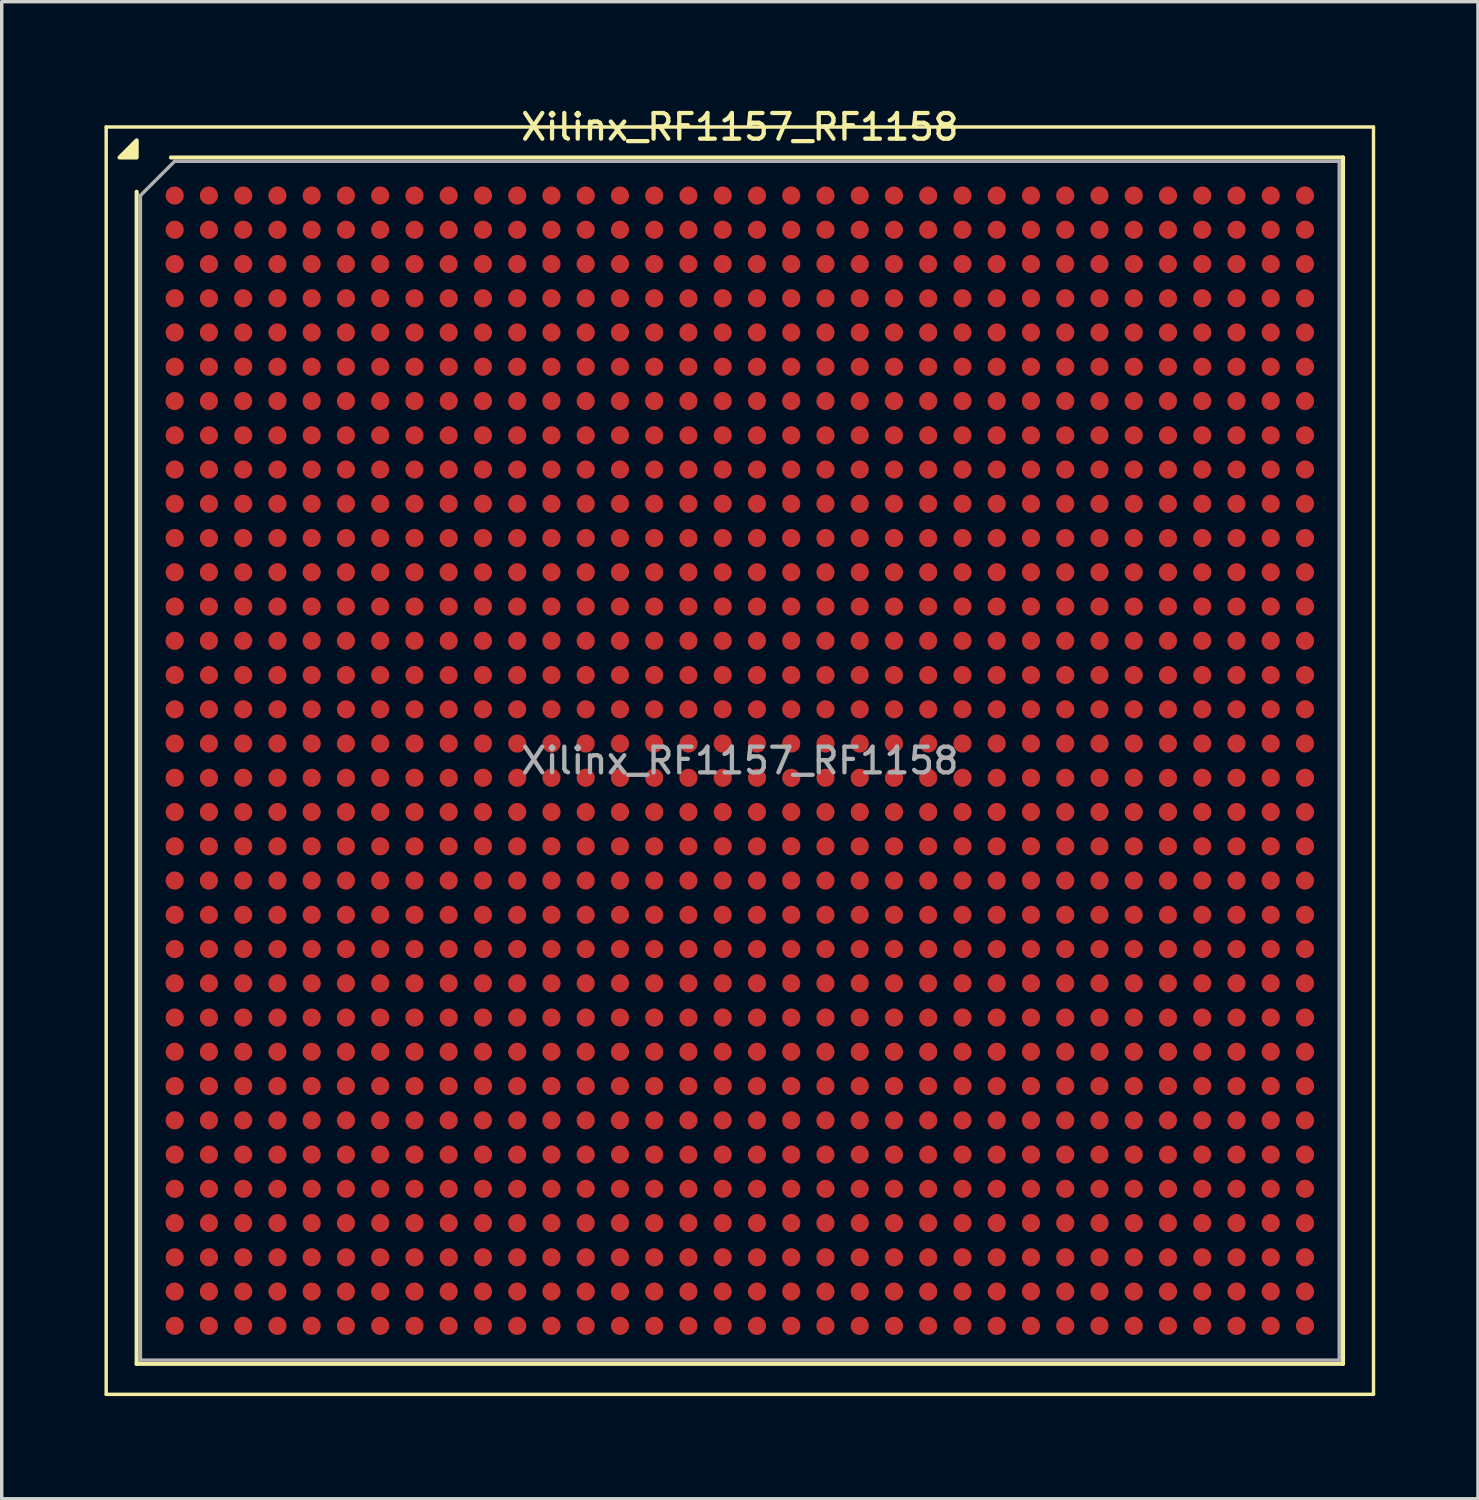
<source format=kicad_pcb>
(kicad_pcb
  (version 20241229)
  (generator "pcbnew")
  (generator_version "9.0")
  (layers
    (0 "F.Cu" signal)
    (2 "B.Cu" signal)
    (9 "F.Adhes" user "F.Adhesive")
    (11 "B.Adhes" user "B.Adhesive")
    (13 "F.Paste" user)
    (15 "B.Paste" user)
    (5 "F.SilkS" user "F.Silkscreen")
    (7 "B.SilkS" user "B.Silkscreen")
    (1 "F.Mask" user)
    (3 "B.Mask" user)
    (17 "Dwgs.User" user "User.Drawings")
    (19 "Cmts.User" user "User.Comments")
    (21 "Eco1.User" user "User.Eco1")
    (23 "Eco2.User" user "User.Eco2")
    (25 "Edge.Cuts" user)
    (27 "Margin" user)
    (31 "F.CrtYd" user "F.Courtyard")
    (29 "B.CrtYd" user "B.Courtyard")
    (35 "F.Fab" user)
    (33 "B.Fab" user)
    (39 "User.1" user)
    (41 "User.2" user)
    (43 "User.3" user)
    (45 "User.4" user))
  (footprint "Xilinx_RF1157_RF1158"
    (layer "F.Cu")
    (at 18.55 19.158)
    (property "Reference" "Xilinx_RF1157_RF1158" (at 0 -18.5 0) (layer "F.SilkS") (effects (font (size 0.75 0.75) (thickness 0.125))))
    (attr smd)
    (fp_line (start -18.5 -18.5) (end -18.5 18.5) (stroke (width 0.1) (type solid)) (layer "F.SilkS"))
    (fp_line (start -18.5 18.5) (end 18.5 18.5) (stroke (width 0.1) (type solid)) (layer "F.SilkS"))
    (fp_line (start -17.61 17.61) (end -17.61 -16.61) (stroke (width 0.12) (type solid)) (layer "F.SilkS"))
    (fp_line (start -16.61 -17.61) (end 17.61 -17.61) (stroke (width 0.12) (type solid)) (layer "F.SilkS"))
    (fp_line (start 17.61 -17.61) (end 17.61 17.61) (stroke (width 0.12) (type solid)) (layer "F.SilkS"))
    (fp_line (start 17.61 17.61) (end -17.61 17.61) (stroke (width 0.12) (type solid)) (layer "F.SilkS"))
    (fp_line (start 18.5 -18.5) (end -18.5 -18.5) (stroke (width 0.1) (type solid)) (layer "F.SilkS"))
    (fp_line (start 18.5 18.5) (end 18.5 -18.5) (stroke (width 0.1) (type solid)) (layer "F.SilkS"))
    (fp_poly (pts (xy -17.61 -17.61) (xy -18.11 -17.61) (xy -17.61 -18.11) (xy -17.61 -17.61)) (stroke (width 0.12) (type solid)) (fill yes) (layer "F.SilkS"))
    (fp_line (start -17.5 -16.5) (end -16.5 -17.5) (stroke (width 0.1) (type solid)) (layer "F.Fab"))
    (fp_line (start -17.5 17.5) (end -17.5 -16.5) (stroke (width 0.1) (type solid)) (layer "F.Fab"))
    (fp_line (start -16.5 -17.5) (end 17.5 -17.5) (stroke (width 0.1) (type solid)) (layer "F.Fab"))
    (fp_line (start 17.5 -17.5) (end 17.5 17.5) (stroke (width 0.1) (type solid)) (layer "F.Fab"))
    (fp_line (start 17.5 17.5) (end -17.5 17.5) (stroke (width 0.1) (type solid)) (layer "F.Fab"))
    (fp_text user "${REFERENCE}" (at 0 0 0) (layer "F.Fab") (effects (font (size 0.75 0.75) (thickness 0.125))))
    (pad "A1" smd circle (at -16.5 -16.5) (size 0.53 0.53) (property pad_prop_bga) (layers "F.Cu" "F.Mask" "F.Paste"))
    (pad "A2" smd circle (at -15.5 -16.5) (size 0.53 0.53) (property pad_prop_bga) (layers "F.Cu" "F.Mask" "F.Paste"))
    (pad "A3" smd circle (at -14.5 -16.5) (size 0.53 0.53) (property pad_prop_bga) (layers "F.Cu" "F.Mask" "F.Paste"))
    (pad "A4" smd circle (at -13.5 -16.5) (size 0.53 0.53) (property pad_prop_bga) (layers "F.Cu" "F.Mask" "F.Paste"))
    (pad "A5" smd circle (at -12.5 -16.5) (size 0.53 0.53) (property pad_prop_bga) (layers "F.Cu" "F.Mask" "F.Paste"))
    (pad "A6" smd circle (at -11.5 -16.5) (size 0.53 0.53) (property pad_prop_bga) (layers "F.Cu" "F.Mask" "F.Paste"))
    (pad "A7" smd circle (at -10.5 -16.5) (size 0.53 0.53) (property pad_prop_bga) (layers "F.Cu" "F.Mask" "F.Paste"))
    (pad "A8" smd circle (at -9.5 -16.5) (size 0.53 0.53) (property pad_prop_bga) (layers "F.Cu" "F.Mask" "F.Paste"))
    (pad "A9" smd circle (at -8.5 -16.5) (size 0.53 0.53) (property pad_prop_bga) (layers "F.Cu" "F.Mask" "F.Paste"))
    (pad "A10" smd circle (at -7.5 -16.5) (size 0.53 0.53) (property pad_prop_bga) (layers "F.Cu" "F.Mask" "F.Paste"))
    (pad "A11" smd circle (at -6.5 -16.5) (size 0.53 0.53) (property pad_prop_bga) (layers "F.Cu" "F.Mask" "F.Paste"))
    (pad "A12" smd circle (at -5.5 -16.5) (size 0.53 0.53) (property pad_prop_bga) (layers "F.Cu" "F.Mask" "F.Paste"))
    (pad "A13" smd circle (at -4.5 -16.5) (size 0.53 0.53) (property pad_prop_bga) (layers "F.Cu" "F.Mask" "F.Paste"))
    (pad "A14" smd circle (at -3.5 -16.5) (size 0.53 0.53) (property pad_prop_bga) (layers "F.Cu" "F.Mask" "F.Paste"))
    (pad "A15" smd circle (at -2.5 -16.5) (size 0.53 0.53) (property pad_prop_bga) (layers "F.Cu" "F.Mask" "F.Paste"))
    (pad "A16" smd circle (at -1.5 -16.5) (size 0.53 0.53) (property pad_prop_bga) (layers "F.Cu" "F.Mask" "F.Paste"))
    (pad "A17" smd circle (at -0.5 -16.5) (size 0.53 0.53) (property pad_prop_bga) (layers "F.Cu" "F.Mask" "F.Paste"))
    (pad "A18" smd circle (at 0.5 -16.5) (size 0.53 0.53) (property pad_prop_bga) (layers "F.Cu" "F.Mask" "F.Paste"))
    (pad "A19" smd circle (at 1.5 -16.5) (size 0.53 0.53) (property pad_prop_bga) (layers "F.Cu" "F.Mask" "F.Paste"))
    (pad "A20" smd circle (at 2.5 -16.5) (size 0.53 0.53) (property pad_prop_bga) (layers "F.Cu" "F.Mask" "F.Paste"))
    (pad "A21" smd circle (at 3.5 -16.5) (size 0.53 0.53) (property pad_prop_bga) (layers "F.Cu" "F.Mask" "F.Paste"))
    (pad "A22" smd circle (at 4.5 -16.5) (size 0.53 0.53) (property pad_prop_bga) (layers "F.Cu" "F.Mask" "F.Paste"))
    (pad "A23" smd circle (at 5.5 -16.5) (size 0.53 0.53) (property pad_prop_bga) (layers "F.Cu" "F.Mask" "F.Paste"))
    (pad "A24" smd circle (at 6.5 -16.5) (size 0.53 0.53) (property pad_prop_bga) (layers "F.Cu" "F.Mask" "F.Paste"))
    (pad "A25" smd circle (at 7.5 -16.5) (size 0.53 0.53) (property pad_prop_bga) (layers "F.Cu" "F.Mask" "F.Paste"))
    (pad "A26" smd circle (at 8.5 -16.5) (size 0.53 0.53) (property pad_prop_bga) (layers "F.Cu" "F.Mask" "F.Paste"))
    (pad "A27" smd circle (at 9.5 -16.5) (size 0.53 0.53) (property pad_prop_bga) (layers "F.Cu" "F.Mask" "F.Paste"))
    (pad "A28" smd circle (at 10.5 -16.5) (size 0.53 0.53) (property pad_prop_bga) (layers "F.Cu" "F.Mask" "F.Paste"))
    (pad "A29" smd circle (at 11.5 -16.5) (size 0.53 0.53) (property pad_prop_bga) (layers "F.Cu" "F.Mask" "F.Paste"))
    (pad "A30" smd circle (at 12.5 -16.5) (size 0.53 0.53) (property pad_prop_bga) (layers "F.Cu" "F.Mask" "F.Paste"))
    (pad "A31" smd circle (at 13.5 -16.5) (size 0.53 0.53) (property pad_prop_bga) (layers "F.Cu" "F.Mask" "F.Paste"))
    (pad "A32" smd circle (at 14.5 -16.5) (size 0.53 0.53) (property pad_prop_bga) (layers "F.Cu" "F.Mask" "F.Paste"))
    (pad "A33" smd circle (at 15.5 -16.5) (size 0.53 0.53) (property pad_prop_bga) (layers "F.Cu" "F.Mask" "F.Paste"))
    (pad "A34" smd circle (at 16.5 -16.5) (size 0.53 0.53) (property pad_prop_bga) (layers "F.Cu" "F.Mask" "F.Paste"))
    (pad "AA1" smd circle (at -16.5 3.5) (size 0.53 0.53) (property pad_prop_bga) (layers "F.Cu" "F.Mask" "F.Paste"))
    (pad "AA2" smd circle (at -15.5 3.5) (size 0.53 0.53) (property pad_prop_bga) (layers "F.Cu" "F.Mask" "F.Paste"))
    (pad "AA3" smd circle (at -14.5 3.5) (size 0.53 0.53) (property pad_prop_bga) (layers "F.Cu" "F.Mask" "F.Paste"))
    (pad "AA4" smd circle (at -13.5 3.5) (size 0.53 0.53) (property pad_prop_bga) (layers "F.Cu" "F.Mask" "F.Paste"))
    (pad "AA5" smd circle (at -12.5 3.5) (size 0.53 0.53) (property pad_prop_bga) (layers "F.Cu" "F.Mask" "F.Paste"))
    (pad "AA6" smd circle (at -11.5 3.5) (size 0.53 0.53) (property pad_prop_bga) (layers "F.Cu" "F.Mask" "F.Paste"))
    (pad "AA7" smd circle (at -10.5 3.5) (size 0.53 0.53) (property pad_prop_bga) (layers "F.Cu" "F.Mask" "F.Paste"))
    (pad "AA8" smd circle (at -9.5 3.5) (size 0.53 0.53) (property pad_prop_bga) (layers "F.Cu" "F.Mask" "F.Paste"))
    (pad "AA9" smd circle (at -8.5 3.5) (size 0.53 0.53) (property pad_prop_bga) (layers "F.Cu" "F.Mask" "F.Paste"))
    (pad "AA10" smd circle (at -7.5 3.5) (size 0.53 0.53) (property pad_prop_bga) (layers "F.Cu" "F.Mask" "F.Paste"))
    (pad "AA11" smd circle (at -6.5 3.5) (size 0.53 0.53) (property pad_prop_bga) (layers "F.Cu" "F.Mask" "F.Paste"))
    (pad "AA12" smd circle (at -5.5 3.5) (size 0.53 0.53) (property pad_prop_bga) (layers "F.Cu" "F.Mask" "F.Paste"))
    (pad "AA13" smd circle (at -4.5 3.5) (size 0.53 0.53) (property pad_prop_bga) (layers "F.Cu" "F.Mask" "F.Paste"))
    (pad "AA14" smd circle (at -3.5 3.5) (size 0.53 0.53) (property pad_prop_bga) (layers "F.Cu" "F.Mask" "F.Paste"))
    (pad "AA15" smd circle (at -2.5 3.5) (size 0.53 0.53) (property pad_prop_bga) (layers "F.Cu" "F.Mask" "F.Paste"))
    (pad "AA16" smd circle (at -1.5 3.5) (size 0.53 0.53) (property pad_prop_bga) (layers "F.Cu" "F.Mask" "F.Paste"))
    (pad "AA17" smd circle (at -0.5 3.5) (size 0.53 0.53) (property pad_prop_bga) (layers "F.Cu" "F.Mask" "F.Paste"))
    (pad "AA18" smd circle (at 0.5 3.5) (size 0.53 0.53) (property pad_prop_bga) (layers "F.Cu" "F.Mask" "F.Paste"))
    (pad "AA19" smd circle (at 1.5 3.5) (size 0.53 0.53) (property pad_prop_bga) (layers "F.Cu" "F.Mask" "F.Paste"))
    (pad "AA20" smd circle (at 2.5 3.5) (size 0.53 0.53) (property pad_prop_bga) (layers "F.Cu" "F.Mask" "F.Paste"))
    (pad "AA21" smd circle (at 3.5 3.5) (size 0.53 0.53) (property pad_prop_bga) (layers "F.Cu" "F.Mask" "F.Paste"))
    (pad "AA22" smd circle (at 4.5 3.5) (size 0.53 0.53) (property pad_prop_bga) (layers "F.Cu" "F.Mask" "F.Paste"))
    (pad "AA23" smd circle (at 5.5 3.5) (size 0.53 0.53) (property pad_prop_bga) (layers "F.Cu" "F.Mask" "F.Paste"))
    (pad "AA24" smd circle (at 6.5 3.5) (size 0.53 0.53) (property pad_prop_bga) (layers "F.Cu" "F.Mask" "F.Paste"))
    (pad "AA25" smd circle (at 7.5 3.5) (size 0.53 0.53) (property pad_prop_bga) (layers "F.Cu" "F.Mask" "F.Paste"))
    (pad "AA26" smd circle (at 8.5 3.5) (size 0.53 0.53) (property pad_prop_bga) (layers "F.Cu" "F.Mask" "F.Paste"))
    (pad "AA27" smd circle (at 9.5 3.5) (size 0.53 0.53) (property pad_prop_bga) (layers "F.Cu" "F.Mask" "F.Paste"))
    (pad "AA28" smd circle (at 10.5 3.5) (size 0.53 0.53) (property pad_prop_bga) (layers "F.Cu" "F.Mask" "F.Paste"))
    (pad "AA29" smd circle (at 11.5 3.5) (size 0.53 0.53) (property pad_prop_bga) (layers "F.Cu" "F.Mask" "F.Paste"))
    (pad "AA30" smd circle (at 12.5 3.5) (size 0.53 0.53) (property pad_prop_bga) (layers "F.Cu" "F.Mask" "F.Paste"))
    (pad "AA31" smd circle (at 13.5 3.5) (size 0.53 0.53) (property pad_prop_bga) (layers "F.Cu" "F.Mask" "F.Paste"))
    (pad "AA32" smd circle (at 14.5 3.5) (size 0.53 0.53) (property pad_prop_bga) (layers "F.Cu" "F.Mask" "F.Paste"))
    (pad "AA33" smd circle (at 15.5 3.5) (size 0.53 0.53) (property pad_prop_bga) (layers "F.Cu" "F.Mask" "F.Paste"))
    (pad "AA34" smd circle (at 16.5 3.5) (size 0.53 0.53) (property pad_prop_bga) (layers "F.Cu" "F.Mask" "F.Paste"))
    (pad "AB1" smd circle (at -16.5 4.5) (size 0.53 0.53) (property pad_prop_bga) (layers "F.Cu" "F.Mask" "F.Paste"))
    (pad "AB2" smd circle (at -15.5 4.5) (size 0.53 0.53) (property pad_prop_bga) (layers "F.Cu" "F.Mask" "F.Paste"))
    (pad "AB3" smd circle (at -14.5 4.5) (size 0.53 0.53) (property pad_prop_bga) (layers "F.Cu" "F.Mask" "F.Paste"))
    (pad "AB4" smd circle (at -13.5 4.5) (size 0.53 0.53) (property pad_prop_bga) (layers "F.Cu" "F.Mask" "F.Paste"))
    (pad "AB5" smd circle (at -12.5 4.5) (size 0.53 0.53) (property pad_prop_bga) (layers "F.Cu" "F.Mask" "F.Paste"))
    (pad "AB6" smd circle (at -11.5 4.5) (size 0.53 0.53) (property pad_prop_bga) (layers "F.Cu" "F.Mask" "F.Paste"))
    (pad "AB7" smd circle (at -10.5 4.5) (size 0.53 0.53) (property pad_prop_bga) (layers "F.Cu" "F.Mask" "F.Paste"))
    (pad "AB8" smd circle (at -9.5 4.5) (size 0.53 0.53) (property pad_prop_bga) (layers "F.Cu" "F.Mask" "F.Paste"))
    (pad "AB9" smd circle (at -8.5 4.5) (size 0.53 0.53) (property pad_prop_bga) (layers "F.Cu" "F.Mask" "F.Paste"))
    (pad "AB10" smd circle (at -7.5 4.5) (size 0.53 0.53) (property pad_prop_bga) (layers "F.Cu" "F.Mask" "F.Paste"))
    (pad "AB11" smd circle (at -6.5 4.5) (size 0.53 0.53) (property pad_prop_bga) (layers "F.Cu" "F.Mask" "F.Paste"))
    (pad "AB12" smd circle (at -5.5 4.5) (size 0.53 0.53) (property pad_prop_bga) (layers "F.Cu" "F.Mask" "F.Paste"))
    (pad "AB13" smd circle (at -4.5 4.5) (size 0.53 0.53) (property pad_prop_bga) (layers "F.Cu" "F.Mask" "F.Paste"))
    (pad "AB14" smd circle (at -3.5 4.5) (size 0.53 0.53) (property pad_prop_bga) (layers "F.Cu" "F.Mask" "F.Paste"))
    (pad "AB15" smd circle (at -2.5 4.5) (size 0.53 0.53) (property pad_prop_bga) (layers "F.Cu" "F.Mask" "F.Paste"))
    (pad "AB16" smd circle (at -1.5 4.5) (size 0.53 0.53) (property pad_prop_bga) (layers "F.Cu" "F.Mask" "F.Paste"))
    (pad "AB17" smd circle (at -0.5 4.5) (size 0.53 0.53) (property pad_prop_bga) (layers "F.Cu" "F.Mask" "F.Paste"))
    (pad "AB18" smd circle (at 0.5 4.5) (size 0.53 0.53) (property pad_prop_bga) (layers "F.Cu" "F.Mask" "F.Paste"))
    (pad "AB19" smd circle (at 1.5 4.5) (size 0.53 0.53) (property pad_prop_bga) (layers "F.Cu" "F.Mask" "F.Paste"))
    (pad "AB20" smd circle (at 2.5 4.5) (size 0.53 0.53) (property pad_prop_bga) (layers "F.Cu" "F.Mask" "F.Paste"))
    (pad "AB21" smd circle (at 3.5 4.5) (size 0.53 0.53) (property pad_prop_bga) (layers "F.Cu" "F.Mask" "F.Paste"))
    (pad "AB22" smd circle (at 4.5 4.5) (size 0.53 0.53) (property pad_prop_bga) (layers "F.Cu" "F.Mask" "F.Paste"))
    (pad "AB23" smd circle (at 5.5 4.5) (size 0.53 0.53) (property pad_prop_bga) (layers "F.Cu" "F.Mask" "F.Paste"))
    (pad "AB24" smd circle (at 6.5 4.5) (size 0.53 0.53) (property pad_prop_bga) (layers "F.Cu" "F.Mask" "F.Paste"))
    (pad "AB25" smd circle (at 7.5 4.5) (size 0.53 0.53) (property pad_prop_bga) (layers "F.Cu" "F.Mask" "F.Paste"))
    (pad "AB26" smd circle (at 8.5 4.5) (size 0.53 0.53) (property pad_prop_bga) (layers "F.Cu" "F.Mask" "F.Paste"))
    (pad "AB27" smd circle (at 9.5 4.5) (size 0.53 0.53) (property pad_prop_bga) (layers "F.Cu" "F.Mask" "F.Paste"))
    (pad "AB28" smd circle (at 10.5 4.5) (size 0.53 0.53) (property pad_prop_bga) (layers "F.Cu" "F.Mask" "F.Paste"))
    (pad "AB29" smd circle (at 11.5 4.5) (size 0.53 0.53) (property pad_prop_bga) (layers "F.Cu" "F.Mask" "F.Paste"))
    (pad "AB30" smd circle (at 12.5 4.5) (size 0.53 0.53) (property pad_prop_bga) (layers "F.Cu" "F.Mask" "F.Paste"))
    (pad "AB31" smd circle (at 13.5 4.5) (size 0.53 0.53) (property pad_prop_bga) (layers "F.Cu" "F.Mask" "F.Paste"))
    (pad "AB32" smd circle (at 14.5 4.5) (size 0.53 0.53) (property pad_prop_bga) (layers "F.Cu" "F.Mask" "F.Paste"))
    (pad "AB33" smd circle (at 15.5 4.5) (size 0.53 0.53) (property pad_prop_bga) (layers "F.Cu" "F.Mask" "F.Paste"))
    (pad "AB34" smd circle (at 16.5 4.5) (size 0.53 0.53) (property pad_prop_bga) (layers "F.Cu" "F.Mask" "F.Paste"))
    (pad "AC1" smd circle (at -16.5 5.5) (size 0.53 0.53) (property pad_prop_bga) (layers "F.Cu" "F.Mask" "F.Paste"))
    (pad "AC2" smd circle (at -15.5 5.5) (size 0.53 0.53) (property pad_prop_bga) (layers "F.Cu" "F.Mask" "F.Paste"))
    (pad "AC3" smd circle (at -14.5 5.5) (size 0.53 0.53) (property pad_prop_bga) (layers "F.Cu" "F.Mask" "F.Paste"))
    (pad "AC4" smd circle (at -13.5 5.5) (size 0.53 0.53) (property pad_prop_bga) (layers "F.Cu" "F.Mask" "F.Paste"))
    (pad "AC5" smd circle (at -12.5 5.5) (size 0.53 0.53) (property pad_prop_bga) (layers "F.Cu" "F.Mask" "F.Paste"))
    (pad "AC6" smd circle (at -11.5 5.5) (size 0.53 0.53) (property pad_prop_bga) (layers "F.Cu" "F.Mask" "F.Paste"))
    (pad "AC7" smd circle (at -10.5 5.5) (size 0.53 0.53) (property pad_prop_bga) (layers "F.Cu" "F.Mask" "F.Paste"))
    (pad "AC8" smd circle (at -9.5 5.5) (size 0.53 0.53) (property pad_prop_bga) (layers "F.Cu" "F.Mask" "F.Paste"))
    (pad "AC9" smd circle (at -8.5 5.5) (size 0.53 0.53) (property pad_prop_bga) (layers "F.Cu" "F.Mask" "F.Paste"))
    (pad "AC10" smd circle (at -7.5 5.5) (size 0.53 0.53) (property pad_prop_bga) (layers "F.Cu" "F.Mask" "F.Paste"))
    (pad "AC11" smd circle (at -6.5 5.5) (size 0.53 0.53) (property pad_prop_bga) (layers "F.Cu" "F.Mask" "F.Paste"))
    (pad "AC12" smd circle (at -5.5 5.5) (size 0.53 0.53) (property pad_prop_bga) (layers "F.Cu" "F.Mask" "F.Paste"))
    (pad "AC13" smd circle (at -4.5 5.5) (size 0.53 0.53) (property pad_prop_bga) (layers "F.Cu" "F.Mask" "F.Paste"))
    (pad "AC14" smd circle (at -3.5 5.5) (size 0.53 0.53) (property pad_prop_bga) (layers "F.Cu" "F.Mask" "F.Paste"))
    (pad "AC15" smd circle (at -2.5 5.5) (size 0.53 0.53) (property pad_prop_bga) (layers "F.Cu" "F.Mask" "F.Paste"))
    (pad "AC16" smd circle (at -1.5 5.5) (size 0.53 0.53) (property pad_prop_bga) (layers "F.Cu" "F.Mask" "F.Paste"))
    (pad "AC17" smd circle (at -0.5 5.5) (size 0.53 0.53) (property pad_prop_bga) (layers "F.Cu" "F.Mask" "F.Paste"))
    (pad "AC18" smd circle (at 0.5 5.5) (size 0.53 0.53) (property pad_prop_bga) (layers "F.Cu" "F.Mask" "F.Paste"))
    (pad "AC19" smd circle (at 1.5 5.5) (size 0.53 0.53) (property pad_prop_bga) (layers "F.Cu" "F.Mask" "F.Paste"))
    (pad "AC20" smd circle (at 2.5 5.5) (size 0.53 0.53) (property pad_prop_bga) (layers "F.Cu" "F.Mask" "F.Paste"))
    (pad "AC21" smd circle (at 3.5 5.5) (size 0.53 0.53) (property pad_prop_bga) (layers "F.Cu" "F.Mask" "F.Paste"))
    (pad "AC22" smd circle (at 4.5 5.5) (size 0.53 0.53) (property pad_prop_bga) (layers "F.Cu" "F.Mask" "F.Paste"))
    (pad "AC23" smd circle (at 5.5 5.5) (size 0.53 0.53) (property pad_prop_bga) (layers "F.Cu" "F.Mask" "F.Paste"))
    (pad "AC24" smd circle (at 6.5 5.5) (size 0.53 0.53) (property pad_prop_bga) (layers "F.Cu" "F.Mask" "F.Paste"))
    (pad "AC25" smd circle (at 7.5 5.5) (size 0.53 0.53) (property pad_prop_bga) (layers "F.Cu" "F.Mask" "F.Paste"))
    (pad "AC26" smd circle (at 8.5 5.5) (size 0.53 0.53) (property pad_prop_bga) (layers "F.Cu" "F.Mask" "F.Paste"))
    (pad "AC27" smd circle (at 9.5 5.5) (size 0.53 0.53) (property pad_prop_bga) (layers "F.Cu" "F.Mask" "F.Paste"))
    (pad "AC28" smd circle (at 10.5 5.5) (size 0.53 0.53) (property pad_prop_bga) (layers "F.Cu" "F.Mask" "F.Paste"))
    (pad "AC29" smd circle (at 11.5 5.5) (size 0.53 0.53) (property pad_prop_bga) (layers "F.Cu" "F.Mask" "F.Paste"))
    (pad "AC30" smd circle (at 12.5 5.5) (size 0.53 0.53) (property pad_prop_bga) (layers "F.Cu" "F.Mask" "F.Paste"))
    (pad "AC31" smd circle (at 13.5 5.5) (size 0.53 0.53) (property pad_prop_bga) (layers "F.Cu" "F.Mask" "F.Paste"))
    (pad "AC32" smd circle (at 14.5 5.5) (size 0.53 0.53) (property pad_prop_bga) (layers "F.Cu" "F.Mask" "F.Paste"))
    (pad "AC33" smd circle (at 15.5 5.5) (size 0.53 0.53) (property pad_prop_bga) (layers "F.Cu" "F.Mask" "F.Paste"))
    (pad "AC34" smd circle (at 16.5 5.5) (size 0.53 0.53) (property pad_prop_bga) (layers "F.Cu" "F.Mask" "F.Paste"))
    (pad "AD1" smd circle (at -16.5 6.5) (size 0.53 0.53) (property pad_prop_bga) (layers "F.Cu" "F.Mask" "F.Paste"))
    (pad "AD2" smd circle (at -15.5 6.5) (size 0.53 0.53) (property pad_prop_bga) (layers "F.Cu" "F.Mask" "F.Paste"))
    (pad "AD3" smd circle (at -14.5 6.5) (size 0.53 0.53) (property pad_prop_bga) (layers "F.Cu" "F.Mask" "F.Paste"))
    (pad "AD4" smd circle (at -13.5 6.5) (size 0.53 0.53) (property pad_prop_bga) (layers "F.Cu" "F.Mask" "F.Paste"))
    (pad "AD5" smd circle (at -12.5 6.5) (size 0.53 0.53) (property pad_prop_bga) (layers "F.Cu" "F.Mask" "F.Paste"))
    (pad "AD6" smd circle (at -11.5 6.5) (size 0.53 0.53) (property pad_prop_bga) (layers "F.Cu" "F.Mask" "F.Paste"))
    (pad "AD7" smd circle (at -10.5 6.5) (size 0.53 0.53) (property pad_prop_bga) (layers "F.Cu" "F.Mask" "F.Paste"))
    (pad "AD8" smd circle (at -9.5 6.5) (size 0.53 0.53) (property pad_prop_bga) (layers "F.Cu" "F.Mask" "F.Paste"))
    (pad "AD9" smd circle (at -8.5 6.5) (size 0.53 0.53) (property pad_prop_bga) (layers "F.Cu" "F.Mask" "F.Paste"))
    (pad "AD10" smd circle (at -7.5 6.5) (size 0.53 0.53) (property pad_prop_bga) (layers "F.Cu" "F.Mask" "F.Paste"))
    (pad "AD11" smd circle (at -6.5 6.5) (size 0.53 0.53) (property pad_prop_bga) (layers "F.Cu" "F.Mask" "F.Paste"))
    (pad "AD12" smd circle (at -5.5 6.5) (size 0.53 0.53) (property pad_prop_bga) (layers "F.Cu" "F.Mask" "F.Paste"))
    (pad "AD13" smd circle (at -4.5 6.5) (size 0.53 0.53) (property pad_prop_bga) (layers "F.Cu" "F.Mask" "F.Paste"))
    (pad "AD14" smd circle (at -3.5 6.5) (size 0.53 0.53) (property pad_prop_bga) (layers "F.Cu" "F.Mask" "F.Paste"))
    (pad "AD15" smd circle (at -2.5 6.5) (size 0.53 0.53) (property pad_prop_bga) (layers "F.Cu" "F.Mask" "F.Paste"))
    (pad "AD16" smd circle (at -1.5 6.5) (size 0.53 0.53) (property pad_prop_bga) (layers "F.Cu" "F.Mask" "F.Paste"))
    (pad "AD17" smd circle (at -0.5 6.5) (size 0.53 0.53) (property pad_prop_bga) (layers "F.Cu" "F.Mask" "F.Paste"))
    (pad "AD18" smd circle (at 0.5 6.5) (size 0.53 0.53) (property pad_prop_bga) (layers "F.Cu" "F.Mask" "F.Paste"))
    (pad "AD19" smd circle (at 1.5 6.5) (size 0.53 0.53) (property pad_prop_bga) (layers "F.Cu" "F.Mask" "F.Paste"))
    (pad "AD20" smd circle (at 2.5 6.5) (size 0.53 0.53) (property pad_prop_bga) (layers "F.Cu" "F.Mask" "F.Paste"))
    (pad "AD21" smd circle (at 3.5 6.5) (size 0.53 0.53) (property pad_prop_bga) (layers "F.Cu" "F.Mask" "F.Paste"))
    (pad "AD22" smd circle (at 4.5 6.5) (size 0.53 0.53) (property pad_prop_bga) (layers "F.Cu" "F.Mask" "F.Paste"))
    (pad "AD23" smd circle (at 5.5 6.5) (size 0.53 0.53) (property pad_prop_bga) (layers "F.Cu" "F.Mask" "F.Paste"))
    (pad "AD24" smd circle (at 6.5 6.5) (size 0.53 0.53) (property pad_prop_bga) (layers "F.Cu" "F.Mask" "F.Paste"))
    (pad "AD25" smd circle (at 7.5 6.5) (size 0.53 0.53) (property pad_prop_bga) (layers "F.Cu" "F.Mask" "F.Paste"))
    (pad "AD26" smd circle (at 8.5 6.5) (size 0.53 0.53) (property pad_prop_bga) (layers "F.Cu" "F.Mask" "F.Paste"))
    (pad "AD27" smd circle (at 9.5 6.5) (size 0.53 0.53) (property pad_prop_bga) (layers "F.Cu" "F.Mask" "F.Paste"))
    (pad "AD28" smd circle (at 10.5 6.5) (size 0.53 0.53) (property pad_prop_bga) (layers "F.Cu" "F.Mask" "F.Paste"))
    (pad "AD29" smd circle (at 11.5 6.5) (size 0.53 0.53) (property pad_prop_bga) (layers "F.Cu" "F.Mask" "F.Paste"))
    (pad "AD30" smd circle (at 12.5 6.5) (size 0.53 0.53) (property pad_prop_bga) (layers "F.Cu" "F.Mask" "F.Paste"))
    (pad "AD31" smd circle (at 13.5 6.5) (size 0.53 0.53) (property pad_prop_bga) (layers "F.Cu" "F.Mask" "F.Paste"))
    (pad "AD32" smd circle (at 14.5 6.5) (size 0.53 0.53) (property pad_prop_bga) (layers "F.Cu" "F.Mask" "F.Paste"))
    (pad "AD33" smd circle (at 15.5 6.5) (size 0.53 0.53) (property pad_prop_bga) (layers "F.Cu" "F.Mask" "F.Paste"))
    (pad "AD34" smd circle (at 16.5 6.5) (size 0.53 0.53) (property pad_prop_bga) (layers "F.Cu" "F.Mask" "F.Paste"))
    (pad "AE1" smd circle (at -16.5 7.5) (size 0.53 0.53) (property pad_prop_bga) (layers "F.Cu" "F.Mask" "F.Paste"))
    (pad "AE2" smd circle (at -15.5 7.5) (size 0.53 0.53) (property pad_prop_bga) (layers "F.Cu" "F.Mask" "F.Paste"))
    (pad "AE3" smd circle (at -14.5 7.5) (size 0.53 0.53) (property pad_prop_bga) (layers "F.Cu" "F.Mask" "F.Paste"))
    (pad "AE4" smd circle (at -13.5 7.5) (size 0.53 0.53) (property pad_prop_bga) (layers "F.Cu" "F.Mask" "F.Paste"))
    (pad "AE5" smd circle (at -12.5 7.5) (size 0.53 0.53) (property pad_prop_bga) (layers "F.Cu" "F.Mask" "F.Paste"))
    (pad "AE6" smd circle (at -11.5 7.5) (size 0.53 0.53) (property pad_prop_bga) (layers "F.Cu" "F.Mask" "F.Paste"))
    (pad "AE7" smd circle (at -10.5 7.5) (size 0.53 0.53) (property pad_prop_bga) (layers "F.Cu" "F.Mask" "F.Paste"))
    (pad "AE8" smd circle (at -9.5 7.5) (size 0.53 0.53) (property pad_prop_bga) (layers "F.Cu" "F.Mask" "F.Paste"))
    (pad "AE9" smd circle (at -8.5 7.5) (size 0.53 0.53) (property pad_prop_bga) (layers "F.Cu" "F.Mask" "F.Paste"))
    (pad "AE10" smd circle (at -7.5 7.5) (size 0.53 0.53) (property pad_prop_bga) (layers "F.Cu" "F.Mask" "F.Paste"))
    (pad "AE11" smd circle (at -6.5 7.5) (size 0.53 0.53) (property pad_prop_bga) (layers "F.Cu" "F.Mask" "F.Paste"))
    (pad "AE12" smd circle (at -5.5 7.5) (size 0.53 0.53) (property pad_prop_bga) (layers "F.Cu" "F.Mask" "F.Paste"))
    (pad "AE13" smd circle (at -4.5 7.5) (size 0.53 0.53) (property pad_prop_bga) (layers "F.Cu" "F.Mask" "F.Paste"))
    (pad "AE14" smd circle (at -3.5 7.5) (size 0.53 0.53) (property pad_prop_bga) (layers "F.Cu" "F.Mask" "F.Paste"))
    (pad "AE15" smd circle (at -2.5 7.5) (size 0.53 0.53) (property pad_prop_bga) (layers "F.Cu" "F.Mask" "F.Paste"))
    (pad "AE16" smd circle (at -1.5 7.5) (size 0.53 0.53) (property pad_prop_bga) (layers "F.Cu" "F.Mask" "F.Paste"))
    (pad "AE17" smd circle (at -0.5 7.5) (size 0.53 0.53) (property pad_prop_bga) (layers "F.Cu" "F.Mask" "F.Paste"))
    (pad "AE18" smd circle (at 0.5 7.5) (size 0.53 0.53) (property pad_prop_bga) (layers "F.Cu" "F.Mask" "F.Paste"))
    (pad "AE19" smd circle (at 1.5 7.5) (size 0.53 0.53) (property pad_prop_bga) (layers "F.Cu" "F.Mask" "F.Paste"))
    (pad "AE20" smd circle (at 2.5 7.5) (size 0.53 0.53) (property pad_prop_bga) (layers "F.Cu" "F.Mask" "F.Paste"))
    (pad "AE21" smd circle (at 3.5 7.5) (size 0.53 0.53) (property pad_prop_bga) (layers "F.Cu" "F.Mask" "F.Paste"))
    (pad "AE22" smd circle (at 4.5 7.5) (size 0.53 0.53) (property pad_prop_bga) (layers "F.Cu" "F.Mask" "F.Paste"))
    (pad "AE23" smd circle (at 5.5 7.5) (size 0.53 0.53) (property pad_prop_bga) (layers "F.Cu" "F.Mask" "F.Paste"))
    (pad "AE24" smd circle (at 6.5 7.5) (size 0.53 0.53) (property pad_prop_bga) (layers "F.Cu" "F.Mask" "F.Paste"))
    (pad "AE25" smd circle (at 7.5 7.5) (size 0.53 0.53) (property pad_prop_bga) (layers "F.Cu" "F.Mask" "F.Paste"))
    (pad "AE26" smd circle (at 8.5 7.5) (size 0.53 0.53) (property pad_prop_bga) (layers "F.Cu" "F.Mask" "F.Paste"))
    (pad "AE27" smd circle (at 9.5 7.5) (size 0.53 0.53) (property pad_prop_bga) (layers "F.Cu" "F.Mask" "F.Paste"))
    (pad "AE28" smd circle (at 10.5 7.5) (size 0.53 0.53) (property pad_prop_bga) (layers "F.Cu" "F.Mask" "F.Paste"))
    (pad "AE29" smd circle (at 11.5 7.5) (size 0.53 0.53) (property pad_prop_bga) (layers "F.Cu" "F.Mask" "F.Paste"))
    (pad "AE30" smd circle (at 12.5 7.5) (size 0.53 0.53) (property pad_prop_bga) (layers "F.Cu" "F.Mask" "F.Paste"))
    (pad "AE31" smd circle (at 13.5 7.5) (size 0.53 0.53) (property pad_prop_bga) (layers "F.Cu" "F.Mask" "F.Paste"))
    (pad "AE32" smd circle (at 14.5 7.5) (size 0.53 0.53) (property pad_prop_bga) (layers "F.Cu" "F.Mask" "F.Paste"))
    (pad "AE33" smd circle (at 15.5 7.5) (size 0.53 0.53) (property pad_prop_bga) (layers "F.Cu" "F.Mask" "F.Paste"))
    (pad "AE34" smd circle (at 16.5 7.5) (size 0.53 0.53) (property pad_prop_bga) (layers "F.Cu" "F.Mask" "F.Paste"))
    (pad "AF1" smd circle (at -16.5 8.5) (size 0.53 0.53) (property pad_prop_bga) (layers "F.Cu" "F.Mask" "F.Paste"))
    (pad "AF2" smd circle (at -15.5 8.5) (size 0.53 0.53) (property pad_prop_bga) (layers "F.Cu" "F.Mask" "F.Paste"))
    (pad "AF3" smd circle (at -14.5 8.5) (size 0.53 0.53) (property pad_prop_bga) (layers "F.Cu" "F.Mask" "F.Paste"))
    (pad "AF4" smd circle (at -13.5 8.5) (size 0.53 0.53) (property pad_prop_bga) (layers "F.Cu" "F.Mask" "F.Paste"))
    (pad "AF5" smd circle (at -12.5 8.5) (size 0.53 0.53) (property pad_prop_bga) (layers "F.Cu" "F.Mask" "F.Paste"))
    (pad "AF6" smd circle (at -11.5 8.5) (size 0.53 0.53) (property pad_prop_bga) (layers "F.Cu" "F.Mask" "F.Paste"))
    (pad "AF7" smd circle (at -10.5 8.5) (size 0.53 0.53) (property pad_prop_bga) (layers "F.Cu" "F.Mask" "F.Paste"))
    (pad "AF8" smd circle (at -9.5 8.5) (size 0.53 0.53) (property pad_prop_bga) (layers "F.Cu" "F.Mask" "F.Paste"))
    (pad "AF9" smd circle (at -8.5 8.5) (size 0.53 0.53) (property pad_prop_bga) (layers "F.Cu" "F.Mask" "F.Paste"))
    (pad "AF10" smd circle (at -7.5 8.5) (size 0.53 0.53) (property pad_prop_bga) (layers "F.Cu" "F.Mask" "F.Paste"))
    (pad "AF11" smd circle (at -6.5 8.5) (size 0.53 0.53) (property pad_prop_bga) (layers "F.Cu" "F.Mask" "F.Paste"))
    (pad "AF12" smd circle (at -5.5 8.5) (size 0.53 0.53) (property pad_prop_bga) (layers "F.Cu" "F.Mask" "F.Paste"))
    (pad "AF13" smd circle (at -4.5 8.5) (size 0.53 0.53) (property pad_prop_bga) (layers "F.Cu" "F.Mask" "F.Paste"))
    (pad "AF14" smd circle (at -3.5 8.5) (size 0.53 0.53) (property pad_prop_bga) (layers "F.Cu" "F.Mask" "F.Paste"))
    (pad "AF15" smd circle (at -2.5 8.5) (size 0.53 0.53) (property pad_prop_bga) (layers "F.Cu" "F.Mask" "F.Paste"))
    (pad "AF16" smd circle (at -1.5 8.5) (size 0.53 0.53) (property pad_prop_bga) (layers "F.Cu" "F.Mask" "F.Paste"))
    (pad "AF17" smd circle (at -0.5 8.5) (size 0.53 0.53) (property pad_prop_bga) (layers "F.Cu" "F.Mask" "F.Paste"))
    (pad "AF18" smd circle (at 0.5 8.5) (size 0.53 0.53) (property pad_prop_bga) (layers "F.Cu" "F.Mask" "F.Paste"))
    (pad "AF19" smd circle (at 1.5 8.5) (size 0.53 0.53) (property pad_prop_bga) (layers "F.Cu" "F.Mask" "F.Paste"))
    (pad "AF20" smd circle (at 2.5 8.5) (size 0.53 0.53) (property pad_prop_bga) (layers "F.Cu" "F.Mask" "F.Paste"))
    (pad "AF21" smd circle (at 3.5 8.5) (size 0.53 0.53) (property pad_prop_bga) (layers "F.Cu" "F.Mask" "F.Paste"))
    (pad "AF22" smd circle (at 4.5 8.5) (size 0.53 0.53) (property pad_prop_bga) (layers "F.Cu" "F.Mask" "F.Paste"))
    (pad "AF23" smd circle (at 5.5 8.5) (size 0.53 0.53) (property pad_prop_bga) (layers "F.Cu" "F.Mask" "F.Paste"))
    (pad "AF24" smd circle (at 6.5 8.5) (size 0.53 0.53) (property pad_prop_bga) (layers "F.Cu" "F.Mask" "F.Paste"))
    (pad "AF25" smd circle (at 7.5 8.5) (size 0.53 0.53) (property pad_prop_bga) (layers "F.Cu" "F.Mask" "F.Paste"))
    (pad "AF26" smd circle (at 8.5 8.5) (size 0.53 0.53) (property pad_prop_bga) (layers "F.Cu" "F.Mask" "F.Paste"))
    (pad "AF27" smd circle (at 9.5 8.5) (size 0.53 0.53) (property pad_prop_bga) (layers "F.Cu" "F.Mask" "F.Paste"))
    (pad "AF28" smd circle (at 10.5 8.5) (size 0.53 0.53) (property pad_prop_bga) (layers "F.Cu" "F.Mask" "F.Paste"))
    (pad "AF29" smd circle (at 11.5 8.5) (size 0.53 0.53) (property pad_prop_bga) (layers "F.Cu" "F.Mask" "F.Paste"))
    (pad "AF30" smd circle (at 12.5 8.5) (size 0.53 0.53) (property pad_prop_bga) (layers "F.Cu" "F.Mask" "F.Paste"))
    (pad "AF31" smd circle (at 13.5 8.5) (size 0.53 0.53) (property pad_prop_bga) (layers "F.Cu" "F.Mask" "F.Paste"))
    (pad "AF32" smd circle (at 14.5 8.5) (size 0.53 0.53) (property pad_prop_bga) (layers "F.Cu" "F.Mask" "F.Paste"))
    (pad "AF33" smd circle (at 15.5 8.5) (size 0.53 0.53) (property pad_prop_bga) (layers "F.Cu" "F.Mask" "F.Paste"))
    (pad "AF34" smd circle (at 16.5 8.5) (size 0.53 0.53) (property pad_prop_bga) (layers "F.Cu" "F.Mask" "F.Paste"))
    (pad "AG1" smd circle (at -16.5 9.5) (size 0.53 0.53) (property pad_prop_bga) (layers "F.Cu" "F.Mask" "F.Paste"))
    (pad "AG2" smd circle (at -15.5 9.5) (size 0.53 0.53) (property pad_prop_bga) (layers "F.Cu" "F.Mask" "F.Paste"))
    (pad "AG3" smd circle (at -14.5 9.5) (size 0.53 0.53) (property pad_prop_bga) (layers "F.Cu" "F.Mask" "F.Paste"))
    (pad "AG4" smd circle (at -13.5 9.5) (size 0.53 0.53) (property pad_prop_bga) (layers "F.Cu" "F.Mask" "F.Paste"))
    (pad "AG5" smd circle (at -12.5 9.5) (size 0.53 0.53) (property pad_prop_bga) (layers "F.Cu" "F.Mask" "F.Paste"))
    (pad "AG6" smd circle (at -11.5 9.5) (size 0.53 0.53) (property pad_prop_bga) (layers "F.Cu" "F.Mask" "F.Paste"))
    (pad "AG7" smd circle (at -10.5 9.5) (size 0.53 0.53) (property pad_prop_bga) (layers "F.Cu" "F.Mask" "F.Paste"))
    (pad "AG8" smd circle (at -9.5 9.5) (size 0.53 0.53) (property pad_prop_bga) (layers "F.Cu" "F.Mask" "F.Paste"))
    (pad "AG9" smd circle (at -8.5 9.5) (size 0.53 0.53) (property pad_prop_bga) (layers "F.Cu" "F.Mask" "F.Paste"))
    (pad "AG10" smd circle (at -7.5 9.5) (size 0.53 0.53) (property pad_prop_bga) (layers "F.Cu" "F.Mask" "F.Paste"))
    (pad "AG11" smd circle (at -6.5 9.5) (size 0.53 0.53) (property pad_prop_bga) (layers "F.Cu" "F.Mask" "F.Paste"))
    (pad "AG12" smd circle (at -5.5 9.5) (size 0.53 0.53) (property pad_prop_bga) (layers "F.Cu" "F.Mask" "F.Paste"))
    (pad "AG13" smd circle (at -4.5 9.5) (size 0.53 0.53) (property pad_prop_bga) (layers "F.Cu" "F.Mask" "F.Paste"))
    (pad "AG14" smd circle (at -3.5 9.5) (size 0.53 0.53) (property pad_prop_bga) (layers "F.Cu" "F.Mask" "F.Paste"))
    (pad "AG15" smd circle (at -2.5 9.5) (size 0.53 0.53) (property pad_prop_bga) (layers "F.Cu" "F.Mask" "F.Paste"))
    (pad "AG16" smd circle (at -1.5 9.5) (size 0.53 0.53) (property pad_prop_bga) (layers "F.Cu" "F.Mask" "F.Paste"))
    (pad "AG17" smd circle (at -0.5 9.5) (size 0.53 0.53) (property pad_prop_bga) (layers "F.Cu" "F.Mask" "F.Paste"))
    (pad "AG18" smd circle (at 0.5 9.5) (size 0.53 0.53) (property pad_prop_bga) (layers "F.Cu" "F.Mask" "F.Paste"))
    (pad "AG19" smd circle (at 1.5 9.5) (size 0.53 0.53) (property pad_prop_bga) (layers "F.Cu" "F.Mask" "F.Paste"))
    (pad "AG20" smd circle (at 2.5 9.5) (size 0.53 0.53) (property pad_prop_bga) (layers "F.Cu" "F.Mask" "F.Paste"))
    (pad "AG21" smd circle (at 3.5 9.5) (size 0.53 0.53) (property pad_prop_bga) (layers "F.Cu" "F.Mask" "F.Paste"))
    (pad "AG22" smd circle (at 4.5 9.5) (size 0.53 0.53) (property pad_prop_bga) (layers "F.Cu" "F.Mask" "F.Paste"))
    (pad "AG23" smd circle (at 5.5 9.5) (size 0.53 0.53) (property pad_prop_bga) (layers "F.Cu" "F.Mask" "F.Paste"))
    (pad "AG24" smd circle (at 6.5 9.5) (size 0.53 0.53) (property pad_prop_bga) (layers "F.Cu" "F.Mask" "F.Paste"))
    (pad "AG25" smd circle (at 7.5 9.5) (size 0.53 0.53) (property pad_prop_bga) (layers "F.Cu" "F.Mask" "F.Paste"))
    (pad "AG26" smd circle (at 8.5 9.5) (size 0.53 0.53) (property pad_prop_bga) (layers "F.Cu" "F.Mask" "F.Paste"))
    (pad "AG27" smd circle (at 9.5 9.5) (size 0.53 0.53) (property pad_prop_bga) (layers "F.Cu" "F.Mask" "F.Paste"))
    (pad "AG28" smd circle (at 10.5 9.5) (size 0.53 0.53) (property pad_prop_bga) (layers "F.Cu" "F.Mask" "F.Paste"))
    (pad "AG29" smd circle (at 11.5 9.5) (size 0.53 0.53) (property pad_prop_bga) (layers "F.Cu" "F.Mask" "F.Paste"))
    (pad "AG30" smd circle (at 12.5 9.5) (size 0.53 0.53) (property pad_prop_bga) (layers "F.Cu" "F.Mask" "F.Paste"))
    (pad "AG31" smd circle (at 13.5 9.5) (size 0.53 0.53) (property pad_prop_bga) (layers "F.Cu" "F.Mask" "F.Paste"))
    (pad "AG32" smd circle (at 14.5 9.5) (size 0.53 0.53) (property pad_prop_bga) (layers "F.Cu" "F.Mask" "F.Paste"))
    (pad "AG33" smd circle (at 15.5 9.5) (size 0.53 0.53) (property pad_prop_bga) (layers "F.Cu" "F.Mask" "F.Paste"))
    (pad "AG34" smd circle (at 16.5 9.5) (size 0.53 0.53) (property pad_prop_bga) (layers "F.Cu" "F.Mask" "F.Paste"))
    (pad "AH1" smd circle (at -16.5 10.5) (size 0.53 0.53) (property pad_prop_bga) (layers "F.Cu" "F.Mask" "F.Paste"))
    (pad "AH2" smd circle (at -15.5 10.5) (size 0.53 0.53) (property pad_prop_bga) (layers "F.Cu" "F.Mask" "F.Paste"))
    (pad "AH3" smd circle (at -14.5 10.5) (size 0.53 0.53) (property pad_prop_bga) (layers "F.Cu" "F.Mask" "F.Paste"))
    (pad "AH4" smd circle (at -13.5 10.5) (size 0.53 0.53) (property pad_prop_bga) (layers "F.Cu" "F.Mask" "F.Paste"))
    (pad "AH5" smd circle (at -12.5 10.5) (size 0.53 0.53) (property pad_prop_bga) (layers "F.Cu" "F.Mask" "F.Paste"))
    (pad "AH6" smd circle (at -11.5 10.5) (size 0.53 0.53) (property pad_prop_bga) (layers "F.Cu" "F.Mask" "F.Paste"))
    (pad "AH7" smd circle (at -10.5 10.5) (size 0.53 0.53) (property pad_prop_bga) (layers "F.Cu" "F.Mask" "F.Paste"))
    (pad "AH8" smd circle (at -9.5 10.5) (size 0.53 0.53) (property pad_prop_bga) (layers "F.Cu" "F.Mask" "F.Paste"))
    (pad "AH9" smd circle (at -8.5 10.5) (size 0.53 0.53) (property pad_prop_bga) (layers "F.Cu" "F.Mask" "F.Paste"))
    (pad "AH10" smd circle (at -7.5 10.5) (size 0.53 0.53) (property pad_prop_bga) (layers "F.Cu" "F.Mask" "F.Paste"))
    (pad "AH11" smd circle (at -6.5 10.5) (size 0.53 0.53) (property pad_prop_bga) (layers "F.Cu" "F.Mask" "F.Paste"))
    (pad "AH12" smd circle (at -5.5 10.5) (size 0.53 0.53) (property pad_prop_bga) (layers "F.Cu" "F.Mask" "F.Paste"))
    (pad "AH13" smd circle (at -4.5 10.5) (size 0.53 0.53) (property pad_prop_bga) (layers "F.Cu" "F.Mask" "F.Paste"))
    (pad "AH14" smd circle (at -3.5 10.5) (size 0.53 0.53) (property pad_prop_bga) (layers "F.Cu" "F.Mask" "F.Paste"))
    (pad "AH15" smd circle (at -2.5 10.5) (size 0.53 0.53) (property pad_prop_bga) (layers "F.Cu" "F.Mask" "F.Paste"))
    (pad "AH16" smd circle (at -1.5 10.5) (size 0.53 0.53) (property pad_prop_bga) (layers "F.Cu" "F.Mask" "F.Paste"))
    (pad "AH17" smd circle (at -0.5 10.5) (size 0.53 0.53) (property pad_prop_bga) (layers "F.Cu" "F.Mask" "F.Paste"))
    (pad "AH18" smd circle (at 0.5 10.5) (size 0.53 0.53) (property pad_prop_bga) (layers "F.Cu" "F.Mask" "F.Paste"))
    (pad "AH19" smd circle (at 1.5 10.5) (size 0.53 0.53) (property pad_prop_bga) (layers "F.Cu" "F.Mask" "F.Paste"))
    (pad "AH20" smd circle (at 2.5 10.5) (size 0.53 0.53) (property pad_prop_bga) (layers "F.Cu" "F.Mask" "F.Paste"))
    (pad "AH21" smd circle (at 3.5 10.5) (size 0.53 0.53) (property pad_prop_bga) (layers "F.Cu" "F.Mask" "F.Paste"))
    (pad "AH22" smd circle (at 4.5 10.5) (size 0.53 0.53) (property pad_prop_bga) (layers "F.Cu" "F.Mask" "F.Paste"))
    (pad "AH23" smd circle (at 5.5 10.5) (size 0.53 0.53) (property pad_prop_bga) (layers "F.Cu" "F.Mask" "F.Paste"))
    (pad "AH24" smd circle (at 6.5 10.5) (size 0.53 0.53) (property pad_prop_bga) (layers "F.Cu" "F.Mask" "F.Paste"))
    (pad "AH25" smd circle (at 7.5 10.5) (size 0.53 0.53) (property pad_prop_bga) (layers "F.Cu" "F.Mask" "F.Paste"))
    (pad "AH26" smd circle (at 8.5 10.5) (size 0.53 0.53) (property pad_prop_bga) (layers "F.Cu" "F.Mask" "F.Paste"))
    (pad "AH27" smd circle (at 9.5 10.5) (size 0.53 0.53) (property pad_prop_bga) (layers "F.Cu" "F.Mask" "F.Paste"))
    (pad "AH28" smd circle (at 10.5 10.5) (size 0.53 0.53) (property pad_prop_bga) (layers "F.Cu" "F.Mask" "F.Paste"))
    (pad "AH29" smd circle (at 11.5 10.5) (size 0.53 0.53) (property pad_prop_bga) (layers "F.Cu" "F.Mask" "F.Paste"))
    (pad "AH30" smd circle (at 12.5 10.5) (size 0.53 0.53) (property pad_prop_bga) (layers "F.Cu" "F.Mask" "F.Paste"))
    (pad "AH31" smd circle (at 13.5 10.5) (size 0.53 0.53) (property pad_prop_bga) (layers "F.Cu" "F.Mask" "F.Paste"))
    (pad "AH32" smd circle (at 14.5 10.5) (size 0.53 0.53) (property pad_prop_bga) (layers "F.Cu" "F.Mask" "F.Paste"))
    (pad "AH33" smd circle (at 15.5 10.5) (size 0.53 0.53) (property pad_prop_bga) (layers "F.Cu" "F.Mask" "F.Paste"))
    (pad "AH34" smd circle (at 16.5 10.5) (size 0.53 0.53) (property pad_prop_bga) (layers "F.Cu" "F.Mask" "F.Paste"))
    (pad "AJ1" smd circle (at -16.5 11.5) (size 0.53 0.53) (property pad_prop_bga) (layers "F.Cu" "F.Mask" "F.Paste"))
    (pad "AJ2" smd circle (at -15.5 11.5) (size 0.53 0.53) (property pad_prop_bga) (layers "F.Cu" "F.Mask" "F.Paste"))
    (pad "AJ3" smd circle (at -14.5 11.5) (size 0.53 0.53) (property pad_prop_bga) (layers "F.Cu" "F.Mask" "F.Paste"))
    (pad "AJ4" smd circle (at -13.5 11.5) (size 0.53 0.53) (property pad_prop_bga) (layers "F.Cu" "F.Mask" "F.Paste"))
    (pad "AJ5" smd circle (at -12.5 11.5) (size 0.53 0.53) (property pad_prop_bga) (layers "F.Cu" "F.Mask" "F.Paste"))
    (pad "AJ6" smd circle (at -11.5 11.5) (size 0.53 0.53) (property pad_prop_bga) (layers "F.Cu" "F.Mask" "F.Paste"))
    (pad "AJ7" smd circle (at -10.5 11.5) (size 0.53 0.53) (property pad_prop_bga) (layers "F.Cu" "F.Mask" "F.Paste"))
    (pad "AJ8" smd circle (at -9.5 11.5) (size 0.53 0.53) (property pad_prop_bga) (layers "F.Cu" "F.Mask" "F.Paste"))
    (pad "AJ9" smd circle (at -8.5 11.5) (size 0.53 0.53) (property pad_prop_bga) (layers "F.Cu" "F.Mask" "F.Paste"))
    (pad "AJ10" smd circle (at -7.5 11.5) (size 0.53 0.53) (property pad_prop_bga) (layers "F.Cu" "F.Mask" "F.Paste"))
    (pad "AJ11" smd circle (at -6.5 11.5) (size 0.53 0.53) (property pad_prop_bga) (layers "F.Cu" "F.Mask" "F.Paste"))
    (pad "AJ12" smd circle (at -5.5 11.5) (size 0.53 0.53) (property pad_prop_bga) (layers "F.Cu" "F.Mask" "F.Paste"))
    (pad "AJ13" smd circle (at -4.5 11.5) (size 0.53 0.53) (property pad_prop_bga) (layers "F.Cu" "F.Mask" "F.Paste"))
    (pad "AJ14" smd circle (at -3.5 11.5) (size 0.53 0.53) (property pad_prop_bga) (layers "F.Cu" "F.Mask" "F.Paste"))
    (pad "AJ15" smd circle (at -2.5 11.5) (size 0.53 0.53) (property pad_prop_bga) (layers "F.Cu" "F.Mask" "F.Paste"))
    (pad "AJ16" smd circle (at -1.5 11.5) (size 0.53 0.53) (property pad_prop_bga) (layers "F.Cu" "F.Mask" "F.Paste"))
    (pad "AJ17" smd circle (at -0.5 11.5) (size 0.53 0.53) (property pad_prop_bga) (layers "F.Cu" "F.Mask" "F.Paste"))
    (pad "AJ18" smd circle (at 0.5 11.5) (size 0.53 0.53) (property pad_prop_bga) (layers "F.Cu" "F.Mask" "F.Paste"))
    (pad "AJ19" smd circle (at 1.5 11.5) (size 0.53 0.53) (property pad_prop_bga) (layers "F.Cu" "F.Mask" "F.Paste"))
    (pad "AJ20" smd circle (at 2.5 11.5) (size 0.53 0.53) (property pad_prop_bga) (layers "F.Cu" "F.Mask" "F.Paste"))
    (pad "AJ21" smd circle (at 3.5 11.5) (size 0.53 0.53) (property pad_prop_bga) (layers "F.Cu" "F.Mask" "F.Paste"))
    (pad "AJ22" smd circle (at 4.5 11.5) (size 0.53 0.53) (property pad_prop_bga) (layers "F.Cu" "F.Mask" "F.Paste"))
    (pad "AJ23" smd circle (at 5.5 11.5) (size 0.53 0.53) (property pad_prop_bga) (layers "F.Cu" "F.Mask" "F.Paste"))
    (pad "AJ24" smd circle (at 6.5 11.5) (size 0.53 0.53) (property pad_prop_bga) (layers "F.Cu" "F.Mask" "F.Paste"))
    (pad "AJ25" smd circle (at 7.5 11.5) (size 0.53 0.53) (property pad_prop_bga) (layers "F.Cu" "F.Mask" "F.Paste"))
    (pad "AJ26" smd circle (at 8.5 11.5) (size 0.53 0.53) (property pad_prop_bga) (layers "F.Cu" "F.Mask" "F.Paste"))
    (pad "AJ27" smd circle (at 9.5 11.5) (size 0.53 0.53) (property pad_prop_bga) (layers "F.Cu" "F.Mask" "F.Paste"))
    (pad "AJ28" smd circle (at 10.5 11.5) (size 0.53 0.53) (property pad_prop_bga) (layers "F.Cu" "F.Mask" "F.Paste"))
    (pad "AJ29" smd circle (at 11.5 11.5) (size 0.53 0.53) (property pad_prop_bga) (layers "F.Cu" "F.Mask" "F.Paste"))
    (pad "AJ30" smd circle (at 12.5 11.5) (size 0.53 0.53) (property pad_prop_bga) (layers "F.Cu" "F.Mask" "F.Paste"))
    (pad "AJ31" smd circle (at 13.5 11.5) (size 0.53 0.53) (property pad_prop_bga) (layers "F.Cu" "F.Mask" "F.Paste"))
    (pad "AJ32" smd circle (at 14.5 11.5) (size 0.53 0.53) (property pad_prop_bga) (layers "F.Cu" "F.Mask" "F.Paste"))
    (pad "AJ33" smd circle (at 15.5 11.5) (size 0.53 0.53) (property pad_prop_bga) (layers "F.Cu" "F.Mask" "F.Paste"))
    (pad "AJ34" smd circle (at 16.5 11.5) (size 0.53 0.53) (property pad_prop_bga) (layers "F.Cu" "F.Mask" "F.Paste"))
    (pad "AK1" smd circle (at -16.5 12.5) (size 0.53 0.53) (property pad_prop_bga) (layers "F.Cu" "F.Mask" "F.Paste"))
    (pad "AK2" smd circle (at -15.5 12.5) (size 0.53 0.53) (property pad_prop_bga) (layers "F.Cu" "F.Mask" "F.Paste"))
    (pad "AK3" smd circle (at -14.5 12.5) (size 0.53 0.53) (property pad_prop_bga) (layers "F.Cu" "F.Mask" "F.Paste"))
    (pad "AK4" smd circle (at -13.5 12.5) (size 0.53 0.53) (property pad_prop_bga) (layers "F.Cu" "F.Mask" "F.Paste"))
    (pad "AK5" smd circle (at -12.5 12.5) (size 0.53 0.53) (property pad_prop_bga) (layers "F.Cu" "F.Mask" "F.Paste"))
    (pad "AK6" smd circle (at -11.5 12.5) (size 0.53 0.53) (property pad_prop_bga) (layers "F.Cu" "F.Mask" "F.Paste"))
    (pad "AK7" smd circle (at -10.5 12.5) (size 0.53 0.53) (property pad_prop_bga) (layers "F.Cu" "F.Mask" "F.Paste"))
    (pad "AK8" smd circle (at -9.5 12.5) (size 0.53 0.53) (property pad_prop_bga) (layers "F.Cu" "F.Mask" "F.Paste"))
    (pad "AK9" smd circle (at -8.5 12.5) (size 0.53 0.53) (property pad_prop_bga) (layers "F.Cu" "F.Mask" "F.Paste"))
    (pad "AK10" smd circle (at -7.5 12.5) (size 0.53 0.53) (property pad_prop_bga) (layers "F.Cu" "F.Mask" "F.Paste"))
    (pad "AK11" smd circle (at -6.5 12.5) (size 0.53 0.53) (property pad_prop_bga) (layers "F.Cu" "F.Mask" "F.Paste"))
    (pad "AK12" smd circle (at -5.5 12.5) (size 0.53 0.53) (property pad_prop_bga) (layers "F.Cu" "F.Mask" "F.Paste"))
    (pad "AK13" smd circle (at -4.5 12.5) (size 0.53 0.53) (property pad_prop_bga) (layers "F.Cu" "F.Mask" "F.Paste"))
    (pad "AK14" smd circle (at -3.5 12.5) (size 0.53 0.53) (property pad_prop_bga) (layers "F.Cu" "F.Mask" "F.Paste"))
    (pad "AK15" smd circle (at -2.5 12.5) (size 0.53 0.53) (property pad_prop_bga) (layers "F.Cu" "F.Mask" "F.Paste"))
    (pad "AK16" smd circle (at -1.5 12.5) (size 0.53 0.53) (property pad_prop_bga) (layers "F.Cu" "F.Mask" "F.Paste"))
    (pad "AK17" smd circle (at -0.5 12.5) (size 0.53 0.53) (property pad_prop_bga) (layers "F.Cu" "F.Mask" "F.Paste"))
    (pad "AK18" smd circle (at 0.5 12.5) (size 0.53 0.53) (property pad_prop_bga) (layers "F.Cu" "F.Mask" "F.Paste"))
    (pad "AK19" smd circle (at 1.5 12.5) (size 0.53 0.53) (property pad_prop_bga) (layers "F.Cu" "F.Mask" "F.Paste"))
    (pad "AK20" smd circle (at 2.5 12.5) (size 0.53 0.53) (property pad_prop_bga) (layers "F.Cu" "F.Mask" "F.Paste"))
    (pad "AK21" smd circle (at 3.5 12.5) (size 0.53 0.53) (property pad_prop_bga) (layers "F.Cu" "F.Mask" "F.Paste"))
    (pad "AK22" smd circle (at 4.5 12.5) (size 0.53 0.53) (property pad_prop_bga) (layers "F.Cu" "F.Mask" "F.Paste"))
    (pad "AK23" smd circle (at 5.5 12.5) (size 0.53 0.53) (property pad_prop_bga) (layers "F.Cu" "F.Mask" "F.Paste"))
    (pad "AK24" smd circle (at 6.5 12.5) (size 0.53 0.53) (property pad_prop_bga) (layers "F.Cu" "F.Mask" "F.Paste"))
    (pad "AK25" smd circle (at 7.5 12.5) (size 0.53 0.53) (property pad_prop_bga) (layers "F.Cu" "F.Mask" "F.Paste"))
    (pad "AK26" smd circle (at 8.5 12.5) (size 0.53 0.53) (property pad_prop_bga) (layers "F.Cu" "F.Mask" "F.Paste"))
    (pad "AK27" smd circle (at 9.5 12.5) (size 0.53 0.53) (property pad_prop_bga) (layers "F.Cu" "F.Mask" "F.Paste"))
    (pad "AK28" smd circle (at 10.5 12.5) (size 0.53 0.53) (property pad_prop_bga) (layers "F.Cu" "F.Mask" "F.Paste"))
    (pad "AK29" smd circle (at 11.5 12.5) (size 0.53 0.53) (property pad_prop_bga) (layers "F.Cu" "F.Mask" "F.Paste"))
    (pad "AK30" smd circle (at 12.5 12.5) (size 0.53 0.53) (property pad_prop_bga) (layers "F.Cu" "F.Mask" "F.Paste"))
    (pad "AK31" smd circle (at 13.5 12.5) (size 0.53 0.53) (property pad_prop_bga) (layers "F.Cu" "F.Mask" "F.Paste"))
    (pad "AK32" smd circle (at 14.5 12.5) (size 0.53 0.53) (property pad_prop_bga) (layers "F.Cu" "F.Mask" "F.Paste"))
    (pad "AK33" smd circle (at 15.5 12.5) (size 0.53 0.53) (property pad_prop_bga) (layers "F.Cu" "F.Mask" "F.Paste"))
    (pad "AK34" smd circle (at 16.5 12.5) (size 0.53 0.53) (property pad_prop_bga) (layers "F.Cu" "F.Mask" "F.Paste"))
    (pad "AL1" smd circle (at -16.5 13.5) (size 0.53 0.53) (property pad_prop_bga) (layers "F.Cu" "F.Mask" "F.Paste"))
    (pad "AL2" smd circle (at -15.5 13.5) (size 0.53 0.53) (property pad_prop_bga) (layers "F.Cu" "F.Mask" "F.Paste"))
    (pad "AL3" smd circle (at -14.5 13.5) (size 0.53 0.53) (property pad_prop_bga) (layers "F.Cu" "F.Mask" "F.Paste"))
    (pad "AL4" smd circle (at -13.5 13.5) (size 0.53 0.53) (property pad_prop_bga) (layers "F.Cu" "F.Mask" "F.Paste"))
    (pad "AL5" smd circle (at -12.5 13.5) (size 0.53 0.53) (property pad_prop_bga) (layers "F.Cu" "F.Mask" "F.Paste"))
    (pad "AL6" smd circle (at -11.5 13.5) (size 0.53 0.53) (property pad_prop_bga) (layers "F.Cu" "F.Mask" "F.Paste"))
    (pad "AL7" smd circle (at -10.5 13.5) (size 0.53 0.53) (property pad_prop_bga) (layers "F.Cu" "F.Mask" "F.Paste"))
    (pad "AL8" smd circle (at -9.5 13.5) (size 0.53 0.53) (property pad_prop_bga) (layers "F.Cu" "F.Mask" "F.Paste"))
    (pad "AL9" smd circle (at -8.5 13.5) (size 0.53 0.53) (property pad_prop_bga) (layers "F.Cu" "F.Mask" "F.Paste"))
    (pad "AL10" smd circle (at -7.5 13.5) (size 0.53 0.53) (property pad_prop_bga) (layers "F.Cu" "F.Mask" "F.Paste"))
    (pad "AL11" smd circle (at -6.5 13.5) (size 0.53 0.53) (property pad_prop_bga) (layers "F.Cu" "F.Mask" "F.Paste"))
    (pad "AL12" smd circle (at -5.5 13.5) (size 0.53 0.53) (property pad_prop_bga) (layers "F.Cu" "F.Mask" "F.Paste"))
    (pad "AL13" smd circle (at -4.5 13.5) (size 0.53 0.53) (property pad_prop_bga) (layers "F.Cu" "F.Mask" "F.Paste"))
    (pad "AL14" smd circle (at -3.5 13.5) (size 0.53 0.53) (property pad_prop_bga) (layers "F.Cu" "F.Mask" "F.Paste"))
    (pad "AL15" smd circle (at -2.5 13.5) (size 0.53 0.53) (property pad_prop_bga) (layers "F.Cu" "F.Mask" "F.Paste"))
    (pad "AL16" smd circle (at -1.5 13.5) (size 0.53 0.53) (property pad_prop_bga) (layers "F.Cu" "F.Mask" "F.Paste"))
    (pad "AL17" smd circle (at -0.5 13.5) (size 0.53 0.53) (property pad_prop_bga) (layers "F.Cu" "F.Mask" "F.Paste"))
    (pad "AL18" smd circle (at 0.5 13.5) (size 0.53 0.53) (property pad_prop_bga) (layers "F.Cu" "F.Mask" "F.Paste"))
    (pad "AL19" smd circle (at 1.5 13.5) (size 0.53 0.53) (property pad_prop_bga) (layers "F.Cu" "F.Mask" "F.Paste"))
    (pad "AL20" smd circle (at 2.5 13.5) (size 0.53 0.53) (property pad_prop_bga) (layers "F.Cu" "F.Mask" "F.Paste"))
    (pad "AL21" smd circle (at 3.5 13.5) (size 0.53 0.53) (property pad_prop_bga) (layers "F.Cu" "F.Mask" "F.Paste"))
    (pad "AL22" smd circle (at 4.5 13.5) (size 0.53 0.53) (property pad_prop_bga) (layers "F.Cu" "F.Mask" "F.Paste"))
    (pad "AL23" smd circle (at 5.5 13.5) (size 0.53 0.53) (property pad_prop_bga) (layers "F.Cu" "F.Mask" "F.Paste"))
    (pad "AL24" smd circle (at 6.5 13.5) (size 0.53 0.53) (property pad_prop_bga) (layers "F.Cu" "F.Mask" "F.Paste"))
    (pad "AL25" smd circle (at 7.5 13.5) (size 0.53 0.53) (property pad_prop_bga) (layers "F.Cu" "F.Mask" "F.Paste"))
    (pad "AL26" smd circle (at 8.5 13.5) (size 0.53 0.53) (property pad_prop_bga) (layers "F.Cu" "F.Mask" "F.Paste"))
    (pad "AL27" smd circle (at 9.5 13.5) (size 0.53 0.53) (property pad_prop_bga) (layers "F.Cu" "F.Mask" "F.Paste"))
    (pad "AL28" smd circle (at 10.5 13.5) (size 0.53 0.53) (property pad_prop_bga) (layers "F.Cu" "F.Mask" "F.Paste"))
    (pad "AL29" smd circle (at 11.5 13.5) (size 0.53 0.53) (property pad_prop_bga) (layers "F.Cu" "F.Mask" "F.Paste"))
    (pad "AL30" smd circle (at 12.5 13.5) (size 0.53 0.53) (property pad_prop_bga) (layers "F.Cu" "F.Mask" "F.Paste"))
    (pad "AL31" smd circle (at 13.5 13.5) (size 0.53 0.53) (property pad_prop_bga) (layers "F.Cu" "F.Mask" "F.Paste"))
    (pad "AL32" smd circle (at 14.5 13.5) (size 0.53 0.53) (property pad_prop_bga) (layers "F.Cu" "F.Mask" "F.Paste"))
    (pad "AL33" smd circle (at 15.5 13.5) (size 0.53 0.53) (property pad_prop_bga) (layers "F.Cu" "F.Mask" "F.Paste"))
    (pad "AL34" smd circle (at 16.5 13.5) (size 0.53 0.53) (property pad_prop_bga) (layers "F.Cu" "F.Mask" "F.Paste"))
    (pad "AM1" smd circle (at -16.5 14.5) (size 0.53 0.53) (property pad_prop_bga) (layers "F.Cu" "F.Mask" "F.Paste"))
    (pad "AM2" smd circle (at -15.5 14.5) (size 0.53 0.53) (property pad_prop_bga) (layers "F.Cu" "F.Mask" "F.Paste"))
    (pad "AM3" smd circle (at -14.5 14.5) (size 0.53 0.53) (property pad_prop_bga) (layers "F.Cu" "F.Mask" "F.Paste"))
    (pad "AM4" smd circle (at -13.5 14.5) (size 0.53 0.53) (property pad_prop_bga) (layers "F.Cu" "F.Mask" "F.Paste"))
    (pad "AM5" smd circle (at -12.5 14.5) (size 0.53 0.53) (property pad_prop_bga) (layers "F.Cu" "F.Mask" "F.Paste"))
    (pad "AM6" smd circle (at -11.5 14.5) (size 0.53 0.53) (property pad_prop_bga) (layers "F.Cu" "F.Mask" "F.Paste"))
    (pad "AM7" smd circle (at -10.5 14.5) (size 0.53 0.53) (property pad_prop_bga) (layers "F.Cu" "F.Mask" "F.Paste"))
    (pad "AM8" smd circle (at -9.5 14.5) (size 0.53 0.53) (property pad_prop_bga) (layers "F.Cu" "F.Mask" "F.Paste"))
    (pad "AM9" smd circle (at -8.5 14.5) (size 0.53 0.53) (property pad_prop_bga) (layers "F.Cu" "F.Mask" "F.Paste"))
    (pad "AM10" smd circle (at -7.5 14.5) (size 0.53 0.53) (property pad_prop_bga) (layers "F.Cu" "F.Mask" "F.Paste"))
    (pad "AM11" smd circle (at -6.5 14.5) (size 0.53 0.53) (property pad_prop_bga) (layers "F.Cu" "F.Mask" "F.Paste"))
    (pad "AM12" smd circle (at -5.5 14.5) (size 0.53 0.53) (property pad_prop_bga) (layers "F.Cu" "F.Mask" "F.Paste"))
    (pad "AM13" smd circle (at -4.5 14.5) (size 0.53 0.53) (property pad_prop_bga) (layers "F.Cu" "F.Mask" "F.Paste"))
    (pad "AM14" smd circle (at -3.5 14.5) (size 0.53 0.53) (property pad_prop_bga) (layers "F.Cu" "F.Mask" "F.Paste"))
    (pad "AM15" smd circle (at -2.5 14.5) (size 0.53 0.53) (property pad_prop_bga) (layers "F.Cu" "F.Mask" "F.Paste"))
    (pad "AM16" smd circle (at -1.5 14.5) (size 0.53 0.53) (property pad_prop_bga) (layers "F.Cu" "F.Mask" "F.Paste"))
    (pad "AM17" smd circle (at -0.5 14.5) (size 0.53 0.53) (property pad_prop_bga) (layers "F.Cu" "F.Mask" "F.Paste"))
    (pad "AM18" smd circle (at 0.5 14.5) (size 0.53 0.53) (property pad_prop_bga) (layers "F.Cu" "F.Mask" "F.Paste"))
    (pad "AM19" smd circle (at 1.5 14.5) (size 0.53 0.53) (property pad_prop_bga) (layers "F.Cu" "F.Mask" "F.Paste"))
    (pad "AM20" smd circle (at 2.5 14.5) (size 0.53 0.53) (property pad_prop_bga) (layers "F.Cu" "F.Mask" "F.Paste"))
    (pad "AM21" smd circle (at 3.5 14.5) (size 0.53 0.53) (property pad_prop_bga) (layers "F.Cu" "F.Mask" "F.Paste"))
    (pad "AM22" smd circle (at 4.5 14.5) (size 0.53 0.53) (property pad_prop_bga) (layers "F.Cu" "F.Mask" "F.Paste"))
    (pad "AM23" smd circle (at 5.5 14.5) (size 0.53 0.53) (property pad_prop_bga) (layers "F.Cu" "F.Mask" "F.Paste"))
    (pad "AM24" smd circle (at 6.5 14.5) (size 0.53 0.53) (property pad_prop_bga) (layers "F.Cu" "F.Mask" "F.Paste"))
    (pad "AM25" smd circle (at 7.5 14.5) (size 0.53 0.53) (property pad_prop_bga) (layers "F.Cu" "F.Mask" "F.Paste"))
    (pad "AM26" smd circle (at 8.5 14.5) (size 0.53 0.53) (property pad_prop_bga) (layers "F.Cu" "F.Mask" "F.Paste"))
    (pad "AM27" smd circle (at 9.5 14.5) (size 0.53 0.53) (property pad_prop_bga) (layers "F.Cu" "F.Mask" "F.Paste"))
    (pad "AM28" smd circle (at 10.5 14.5) (size 0.53 0.53) (property pad_prop_bga) (layers "F.Cu" "F.Mask" "F.Paste"))
    (pad "AM29" smd circle (at 11.5 14.5) (size 0.53 0.53) (property pad_prop_bga) (layers "F.Cu" "F.Mask" "F.Paste"))
    (pad "AM30" smd circle (at 12.5 14.5) (size 0.53 0.53) (property pad_prop_bga) (layers "F.Cu" "F.Mask" "F.Paste"))
    (pad "AM31" smd circle (at 13.5 14.5) (size 0.53 0.53) (property pad_prop_bga) (layers "F.Cu" "F.Mask" "F.Paste"))
    (pad "AM32" smd circle (at 14.5 14.5) (size 0.53 0.53) (property pad_prop_bga) (layers "F.Cu" "F.Mask" "F.Paste"))
    (pad "AM33" smd circle (at 15.5 14.5) (size 0.53 0.53) (property pad_prop_bga) (layers "F.Cu" "F.Mask" "F.Paste"))
    (pad "AM34" smd circle (at 16.5 14.5) (size 0.53 0.53) (property pad_prop_bga) (layers "F.Cu" "F.Mask" "F.Paste"))
    (pad "AN1" smd circle (at -16.5 15.5) (size 0.53 0.53) (property pad_prop_bga) (layers "F.Cu" "F.Mask" "F.Paste"))
    (pad "AN2" smd circle (at -15.5 15.5) (size 0.53 0.53) (property pad_prop_bga) (layers "F.Cu" "F.Mask" "F.Paste"))
    (pad "AN3" smd circle (at -14.5 15.5) (size 0.53 0.53) (property pad_prop_bga) (layers "F.Cu" "F.Mask" "F.Paste"))
    (pad "AN4" smd circle (at -13.5 15.5) (size 0.53 0.53) (property pad_prop_bga) (layers "F.Cu" "F.Mask" "F.Paste"))
    (pad "AN5" smd circle (at -12.5 15.5) (size 0.53 0.53) (property pad_prop_bga) (layers "F.Cu" "F.Mask" "F.Paste"))
    (pad "AN6" smd circle (at -11.5 15.5) (size 0.53 0.53) (property pad_prop_bga) (layers "F.Cu" "F.Mask" "F.Paste"))
    (pad "AN7" smd circle (at -10.5 15.5) (size 0.53 0.53) (property pad_prop_bga) (layers "F.Cu" "F.Mask" "F.Paste"))
    (pad "AN8" smd circle (at -9.5 15.5) (size 0.53 0.53) (property pad_prop_bga) (layers "F.Cu" "F.Mask" "F.Paste"))
    (pad "AN9" smd circle (at -8.5 15.5) (size 0.53 0.53) (property pad_prop_bga) (layers "F.Cu" "F.Mask" "F.Paste"))
    (pad "AN10" smd circle (at -7.5 15.5) (size 0.53 0.53) (property pad_prop_bga) (layers "F.Cu" "F.Mask" "F.Paste"))
    (pad "AN11" smd circle (at -6.5 15.5) (size 0.53 0.53) (property pad_prop_bga) (layers "F.Cu" "F.Mask" "F.Paste"))
    (pad "AN12" smd circle (at -5.5 15.5) (size 0.53 0.53) (property pad_prop_bga) (layers "F.Cu" "F.Mask" "F.Paste"))
    (pad "AN13" smd circle (at -4.5 15.5) (size 0.53 0.53) (property pad_prop_bga) (layers "F.Cu" "F.Mask" "F.Paste"))
    (pad "AN14" smd circle (at -3.5 15.5) (size 0.53 0.53) (property pad_prop_bga) (layers "F.Cu" "F.Mask" "F.Paste"))
    (pad "AN15" smd circle (at -2.5 15.5) (size 0.53 0.53) (property pad_prop_bga) (layers "F.Cu" "F.Mask" "F.Paste"))
    (pad "AN16" smd circle (at -1.5 15.5) (size 0.53 0.53) (property pad_prop_bga) (layers "F.Cu" "F.Mask" "F.Paste"))
    (pad "AN17" smd circle (at -0.5 15.5) (size 0.53 0.53) (property pad_prop_bga) (layers "F.Cu" "F.Mask" "F.Paste"))
    (pad "AN18" smd circle (at 0.5 15.5) (size 0.53 0.53) (property pad_prop_bga) (layers "F.Cu" "F.Mask" "F.Paste"))
    (pad "AN19" smd circle (at 1.5 15.5) (size 0.53 0.53) (property pad_prop_bga) (layers "F.Cu" "F.Mask" "F.Paste"))
    (pad "AN20" smd circle (at 2.5 15.5) (size 0.53 0.53) (property pad_prop_bga) (layers "F.Cu" "F.Mask" "F.Paste"))
    (pad "AN21" smd circle (at 3.5 15.5) (size 0.53 0.53) (property pad_prop_bga) (layers "F.Cu" "F.Mask" "F.Paste"))
    (pad "AN22" smd circle (at 4.5 15.5) (size 0.53 0.53) (property pad_prop_bga) (layers "F.Cu" "F.Mask" "F.Paste"))
    (pad "AN23" smd circle (at 5.5 15.5) (size 0.53 0.53) (property pad_prop_bga) (layers "F.Cu" "F.Mask" "F.Paste"))
    (pad "AN24" smd circle (at 6.5 15.5) (size 0.53 0.53) (property pad_prop_bga) (layers "F.Cu" "F.Mask" "F.Paste"))
    (pad "AN25" smd circle (at 7.5 15.5) (size 0.53 0.53) (property pad_prop_bga) (layers "F.Cu" "F.Mask" "F.Paste"))
    (pad "AN26" smd circle (at 8.5 15.5) (size 0.53 0.53) (property pad_prop_bga) (layers "F.Cu" "F.Mask" "F.Paste"))
    (pad "AN27" smd circle (at 9.5 15.5) (size 0.53 0.53) (property pad_prop_bga) (layers "F.Cu" "F.Mask" "F.Paste"))
    (pad "AN28" smd circle (at 10.5 15.5) (size 0.53 0.53) (property pad_prop_bga) (layers "F.Cu" "F.Mask" "F.Paste"))
    (pad "AN29" smd circle (at 11.5 15.5) (size 0.53 0.53) (property pad_prop_bga) (layers "F.Cu" "F.Mask" "F.Paste"))
    (pad "AN30" smd circle (at 12.5 15.5) (size 0.53 0.53) (property pad_prop_bga) (layers "F.Cu" "F.Mask" "F.Paste"))
    (pad "AN31" smd circle (at 13.5 15.5) (size 0.53 0.53) (property pad_prop_bga) (layers "F.Cu" "F.Mask" "F.Paste"))
    (pad "AN32" smd circle (at 14.5 15.5) (size 0.53 0.53) (property pad_prop_bga) (layers "F.Cu" "F.Mask" "F.Paste"))
    (pad "AN33" smd circle (at 15.5 15.5) (size 0.53 0.53) (property pad_prop_bga) (layers "F.Cu" "F.Mask" "F.Paste"))
    (pad "AN34" smd circle (at 16.5 15.5) (size 0.53 0.53) (property pad_prop_bga) (layers "F.Cu" "F.Mask" "F.Paste"))
    (pad "AP1" smd circle (at -16.5 16.5) (size 0.53 0.53) (property pad_prop_bga) (layers "F.Cu" "F.Mask" "F.Paste"))
    (pad "AP2" smd circle (at -15.5 16.5) (size 0.53 0.53) (property pad_prop_bga) (layers "F.Cu" "F.Mask" "F.Paste"))
    (pad "AP3" smd circle (at -14.5 16.5) (size 0.53 0.53) (property pad_prop_bga) (layers "F.Cu" "F.Mask" "F.Paste"))
    (pad "AP4" smd circle (at -13.5 16.5) (size 0.53 0.53) (property pad_prop_bga) (layers "F.Cu" "F.Mask" "F.Paste"))
    (pad "AP5" smd circle (at -12.5 16.5) (size 0.53 0.53) (property pad_prop_bga) (layers "F.Cu" "F.Mask" "F.Paste"))
    (pad "AP6" smd circle (at -11.5 16.5) (size 0.53 0.53) (property pad_prop_bga) (layers "F.Cu" "F.Mask" "F.Paste"))
    (pad "AP7" smd circle (at -10.5 16.5) (size 0.53 0.53) (property pad_prop_bga) (layers "F.Cu" "F.Mask" "F.Paste"))
    (pad "AP8" smd circle (at -9.5 16.5) (size 0.53 0.53) (property pad_prop_bga) (layers "F.Cu" "F.Mask" "F.Paste"))
    (pad "AP9" smd circle (at -8.5 16.5) (size 0.53 0.53) (property pad_prop_bga) (layers "F.Cu" "F.Mask" "F.Paste"))
    (pad "AP10" smd circle (at -7.5 16.5) (size 0.53 0.53) (property pad_prop_bga) (layers "F.Cu" "F.Mask" "F.Paste"))
    (pad "AP11" smd circle (at -6.5 16.5) (size 0.53 0.53) (property pad_prop_bga) (layers "F.Cu" "F.Mask" "F.Paste"))
    (pad "AP12" smd circle (at -5.5 16.5) (size 0.53 0.53) (property pad_prop_bga) (layers "F.Cu" "F.Mask" "F.Paste"))
    (pad "AP13" smd circle (at -4.5 16.5) (size 0.53 0.53) (property pad_prop_bga) (layers "F.Cu" "F.Mask" "F.Paste"))
    (pad "AP14" smd circle (at -3.5 16.5) (size 0.53 0.53) (property pad_prop_bga) (layers "F.Cu" "F.Mask" "F.Paste"))
    (pad "AP15" smd circle (at -2.5 16.5) (size 0.53 0.53) (property pad_prop_bga) (layers "F.Cu" "F.Mask" "F.Paste"))
    (pad "AP16" smd circle (at -1.5 16.5) (size 0.53 0.53) (property pad_prop_bga) (layers "F.Cu" "F.Mask" "F.Paste"))
    (pad "AP17" smd circle (at -0.5 16.5) (size 0.53 0.53) (property pad_prop_bga) (layers "F.Cu" "F.Mask" "F.Paste"))
    (pad "AP18" smd circle (at 0.5 16.5) (size 0.53 0.53) (property pad_prop_bga) (layers "F.Cu" "F.Mask" "F.Paste"))
    (pad "AP19" smd circle (at 1.5 16.5) (size 0.53 0.53) (property pad_prop_bga) (layers "F.Cu" "F.Mask" "F.Paste"))
    (pad "AP20" smd circle (at 2.5 16.5) (size 0.53 0.53) (property pad_prop_bga) (layers "F.Cu" "F.Mask" "F.Paste"))
    (pad "AP21" smd circle (at 3.5 16.5) (size 0.53 0.53) (property pad_prop_bga) (layers "F.Cu" "F.Mask" "F.Paste"))
    (pad "AP22" smd circle (at 4.5 16.5) (size 0.53 0.53) (property pad_prop_bga) (layers "F.Cu" "F.Mask" "F.Paste"))
    (pad "AP23" smd circle (at 5.5 16.5) (size 0.53 0.53) (property pad_prop_bga) (layers "F.Cu" "F.Mask" "F.Paste"))
    (pad "AP24" smd circle (at 6.5 16.5) (size 0.53 0.53) (property pad_prop_bga) (layers "F.Cu" "F.Mask" "F.Paste"))
    (pad "AP25" smd circle (at 7.5 16.5) (size 0.53 0.53) (property pad_prop_bga) (layers "F.Cu" "F.Mask" "F.Paste"))
    (pad "AP26" smd circle (at 8.5 16.5) (size 0.53 0.53) (property pad_prop_bga) (layers "F.Cu" "F.Mask" "F.Paste"))
    (pad "AP27" smd circle (at 9.5 16.5) (size 0.53 0.53) (property pad_prop_bga) (layers "F.Cu" "F.Mask" "F.Paste"))
    (pad "AP28" smd circle (at 10.5 16.5) (size 0.53 0.53) (property pad_prop_bga) (layers "F.Cu" "F.Mask" "F.Paste"))
    (pad "AP29" smd circle (at 11.5 16.5) (size 0.53 0.53) (property pad_prop_bga) (layers "F.Cu" "F.Mask" "F.Paste"))
    (pad "AP30" smd circle (at 12.5 16.5) (size 0.53 0.53) (property pad_prop_bga) (layers "F.Cu" "F.Mask" "F.Paste"))
    (pad "AP31" smd circle (at 13.5 16.5) (size 0.53 0.53) (property pad_prop_bga) (layers "F.Cu" "F.Mask" "F.Paste"))
    (pad "AP32" smd circle (at 14.5 16.5) (size 0.53 0.53) (property pad_prop_bga) (layers "F.Cu" "F.Mask" "F.Paste"))
    (pad "AP33" smd circle (at 15.5 16.5) (size 0.53 0.53) (property pad_prop_bga) (layers "F.Cu" "F.Mask" "F.Paste"))
    (pad "AP34" smd circle (at 16.5 16.5) (size 0.53 0.53) (property pad_prop_bga) (layers "F.Cu" "F.Mask" "F.Paste"))
    (pad "B1" smd circle (at -16.5 -15.5) (size 0.53 0.53) (property pad_prop_bga) (layers "F.Cu" "F.Mask" "F.Paste"))
    (pad "B2" smd circle (at -15.5 -15.5) (size 0.53 0.53) (property pad_prop_bga) (layers "F.Cu" "F.Mask" "F.Paste"))
    (pad "B3" smd circle (at -14.5 -15.5) (size 0.53 0.53) (property pad_prop_bga) (layers "F.Cu" "F.Mask" "F.Paste"))
    (pad "B4" smd circle (at -13.5 -15.5) (size 0.53 0.53) (property pad_prop_bga) (layers "F.Cu" "F.Mask" "F.Paste"))
    (pad "B5" smd circle (at -12.5 -15.5) (size 0.53 0.53) (property pad_prop_bga) (layers "F.Cu" "F.Mask" "F.Paste"))
    (pad "B6" smd circle (at -11.5 -15.5) (size 0.53 0.53) (property pad_prop_bga) (layers "F.Cu" "F.Mask" "F.Paste"))
    (pad "B7" smd circle (at -10.5 -15.5) (size 0.53 0.53) (property pad_prop_bga) (layers "F.Cu" "F.Mask" "F.Paste"))
    (pad "B8" smd circle (at -9.5 -15.5) (size 0.53 0.53) (property pad_prop_bga) (layers "F.Cu" "F.Mask" "F.Paste"))
    (pad "B9" smd circle (at -8.5 -15.5) (size 0.53 0.53) (property pad_prop_bga) (layers "F.Cu" "F.Mask" "F.Paste"))
    (pad "B10" smd circle (at -7.5 -15.5) (size 0.53 0.53) (property pad_prop_bga) (layers "F.Cu" "F.Mask" "F.Paste"))
    (pad "B11" smd circle (at -6.5 -15.5) (size 0.53 0.53) (property pad_prop_bga) (layers "F.Cu" "F.Mask" "F.Paste"))
    (pad "B12" smd circle (at -5.5 -15.5) (size 0.53 0.53) (property pad_prop_bga) (layers "F.Cu" "F.Mask" "F.Paste"))
    (pad "B13" smd circle (at -4.5 -15.5) (size 0.53 0.53) (property pad_prop_bga) (layers "F.Cu" "F.Mask" "F.Paste"))
    (pad "B14" smd circle (at -3.5 -15.5) (size 0.53 0.53) (property pad_prop_bga) (layers "F.Cu" "F.Mask" "F.Paste"))
    (pad "B15" smd circle (at -2.5 -15.5) (size 0.53 0.53) (property pad_prop_bga) (layers "F.Cu" "F.Mask" "F.Paste"))
    (pad "B16" smd circle (at -1.5 -15.5) (size 0.53 0.53) (property pad_prop_bga) (layers "F.Cu" "F.Mask" "F.Paste"))
    (pad "B17" smd circle (at -0.5 -15.5) (size 0.53 0.53) (property pad_prop_bga) (layers "F.Cu" "F.Mask" "F.Paste"))
    (pad "B18" smd circle (at 0.5 -15.5) (size 0.53 0.53) (property pad_prop_bga) (layers "F.Cu" "F.Mask" "F.Paste"))
    (pad "B19" smd circle (at 1.5 -15.5) (size 0.53 0.53) (property pad_prop_bga) (layers "F.Cu" "F.Mask" "F.Paste"))
    (pad "B20" smd circle (at 2.5 -15.5) (size 0.53 0.53) (property pad_prop_bga) (layers "F.Cu" "F.Mask" "F.Paste"))
    (pad "B21" smd circle (at 3.5 -15.5) (size 0.53 0.53) (property pad_prop_bga) (layers "F.Cu" "F.Mask" "F.Paste"))
    (pad "B22" smd circle (at 4.5 -15.5) (size 0.53 0.53) (property pad_prop_bga) (layers "F.Cu" "F.Mask" "F.Paste"))
    (pad "B23" smd circle (at 5.5 -15.5) (size 0.53 0.53) (property pad_prop_bga) (layers "F.Cu" "F.Mask" "F.Paste"))
    (pad "B24" smd circle (at 6.5 -15.5) (size 0.53 0.53) (property pad_prop_bga) (layers "F.Cu" "F.Mask" "F.Paste"))
    (pad "B25" smd circle (at 7.5 -15.5) (size 0.53 0.53) (property pad_prop_bga) (layers "F.Cu" "F.Mask" "F.Paste"))
    (pad "B26" smd circle (at 8.5 -15.5) (size 0.53 0.53) (property pad_prop_bga) (layers "F.Cu" "F.Mask" "F.Paste"))
    (pad "B27" smd circle (at 9.5 -15.5) (size 0.53 0.53) (property pad_prop_bga) (layers "F.Cu" "F.Mask" "F.Paste"))
    (pad "B28" smd circle (at 10.5 -15.5) (size 0.53 0.53) (property pad_prop_bga) (layers "F.Cu" "F.Mask" "F.Paste"))
    (pad "B29" smd circle (at 11.5 -15.5) (size 0.53 0.53) (property pad_prop_bga) (layers "F.Cu" "F.Mask" "F.Paste"))
    (pad "B30" smd circle (at 12.5 -15.5) (size 0.53 0.53) (property pad_prop_bga) (layers "F.Cu" "F.Mask" "F.Paste"))
    (pad "B31" smd circle (at 13.5 -15.5) (size 0.53 0.53) (property pad_prop_bga) (layers "F.Cu" "F.Mask" "F.Paste"))
    (pad "B32" smd circle (at 14.5 -15.5) (size 0.53 0.53) (property pad_prop_bga) (layers "F.Cu" "F.Mask" "F.Paste"))
    (pad "B33" smd circle (at 15.5 -15.5) (size 0.53 0.53) (property pad_prop_bga) (layers "F.Cu" "F.Mask" "F.Paste"))
    (pad "B34" smd circle (at 16.5 -15.5) (size 0.53 0.53) (property pad_prop_bga) (layers "F.Cu" "F.Mask" "F.Paste"))
    (pad "C1" smd circle (at -16.5 -14.5) (size 0.53 0.53) (property pad_prop_bga) (layers "F.Cu" "F.Mask" "F.Paste"))
    (pad "C2" smd circle (at -15.5 -14.5) (size 0.53 0.53) (property pad_prop_bga) (layers "F.Cu" "F.Mask" "F.Paste"))
    (pad "C3" smd circle (at -14.5 -14.5) (size 0.53 0.53) (property pad_prop_bga) (layers "F.Cu" "F.Mask" "F.Paste"))
    (pad "C4" smd circle (at -13.5 -14.5) (size 0.53 0.53) (property pad_prop_bga) (layers "F.Cu" "F.Mask" "F.Paste"))
    (pad "C5" smd circle (at -12.5 -14.5) (size 0.53 0.53) (property pad_prop_bga) (layers "F.Cu" "F.Mask" "F.Paste"))
    (pad "C6" smd circle (at -11.5 -14.5) (size 0.53 0.53) (property pad_prop_bga) (layers "F.Cu" "F.Mask" "F.Paste"))
    (pad "C7" smd circle (at -10.5 -14.5) (size 0.53 0.53) (property pad_prop_bga) (layers "F.Cu" "F.Mask" "F.Paste"))
    (pad "C8" smd circle (at -9.5 -14.5) (size 0.53 0.53) (property pad_prop_bga) (layers "F.Cu" "F.Mask" "F.Paste"))
    (pad "C9" smd circle (at -8.5 -14.5) (size 0.53 0.53) (property pad_prop_bga) (layers "F.Cu" "F.Mask" "F.Paste"))
    (pad "C10" smd circle (at -7.5 -14.5) (size 0.53 0.53) (property pad_prop_bga) (layers "F.Cu" "F.Mask" "F.Paste"))
    (pad "C11" smd circle (at -6.5 -14.5) (size 0.53 0.53) (property pad_prop_bga) (layers "F.Cu" "F.Mask" "F.Paste"))
    (pad "C12" smd circle (at -5.5 -14.5) (size 0.53 0.53) (property pad_prop_bga) (layers "F.Cu" "F.Mask" "F.Paste"))
    (pad "C13" smd circle (at -4.5 -14.5) (size 0.53 0.53) (property pad_prop_bga) (layers "F.Cu" "F.Mask" "F.Paste"))
    (pad "C14" smd circle (at -3.5 -14.5) (size 0.53 0.53) (property pad_prop_bga) (layers "F.Cu" "F.Mask" "F.Paste"))
    (pad "C15" smd circle (at -2.5 -14.5) (size 0.53 0.53) (property pad_prop_bga) (layers "F.Cu" "F.Mask" "F.Paste"))
    (pad "C16" smd circle (at -1.5 -14.5) (size 0.53 0.53) (property pad_prop_bga) (layers "F.Cu" "F.Mask" "F.Paste"))
    (pad "C17" smd circle (at -0.5 -14.5) (size 0.53 0.53) (property pad_prop_bga) (layers "F.Cu" "F.Mask" "F.Paste"))
    (pad "C18" smd circle (at 0.5 -14.5) (size 0.53 0.53) (property pad_prop_bga) (layers "F.Cu" "F.Mask" "F.Paste"))
    (pad "C19" smd circle (at 1.5 -14.5) (size 0.53 0.53) (property pad_prop_bga) (layers "F.Cu" "F.Mask" "F.Paste"))
    (pad "C20" smd circle (at 2.5 -14.5) (size 0.53 0.53) (property pad_prop_bga) (layers "F.Cu" "F.Mask" "F.Paste"))
    (pad "C21" smd circle (at 3.5 -14.5) (size 0.53 0.53) (property pad_prop_bga) (layers "F.Cu" "F.Mask" "F.Paste"))
    (pad "C22" smd circle (at 4.5 -14.5) (size 0.53 0.53) (property pad_prop_bga) (layers "F.Cu" "F.Mask" "F.Paste"))
    (pad "C23" smd circle (at 5.5 -14.5) (size 0.53 0.53) (property pad_prop_bga) (layers "F.Cu" "F.Mask" "F.Paste"))
    (pad "C24" smd circle (at 6.5 -14.5) (size 0.53 0.53) (property pad_prop_bga) (layers "F.Cu" "F.Mask" "F.Paste"))
    (pad "C25" smd circle (at 7.5 -14.5) (size 0.53 0.53) (property pad_prop_bga) (layers "F.Cu" "F.Mask" "F.Paste"))
    (pad "C26" smd circle (at 8.5 -14.5) (size 0.53 0.53) (property pad_prop_bga) (layers "F.Cu" "F.Mask" "F.Paste"))
    (pad "C27" smd circle (at 9.5 -14.5) (size 0.53 0.53) (property pad_prop_bga) (layers "F.Cu" "F.Mask" "F.Paste"))
    (pad "C28" smd circle (at 10.5 -14.5) (size 0.53 0.53) (property pad_prop_bga) (layers "F.Cu" "F.Mask" "F.Paste"))
    (pad "C29" smd circle (at 11.5 -14.5) (size 0.53 0.53) (property pad_prop_bga) (layers "F.Cu" "F.Mask" "F.Paste"))
    (pad "C30" smd circle (at 12.5 -14.5) (size 0.53 0.53) (property pad_prop_bga) (layers "F.Cu" "F.Mask" "F.Paste"))
    (pad "C31" smd circle (at 13.5 -14.5) (size 0.53 0.53) (property pad_prop_bga) (layers "F.Cu" "F.Mask" "F.Paste"))
    (pad "C32" smd circle (at 14.5 -14.5) (size 0.53 0.53) (property pad_prop_bga) (layers "F.Cu" "F.Mask" "F.Paste"))
    (pad "C33" smd circle (at 15.5 -14.5) (size 0.53 0.53) (property pad_prop_bga) (layers "F.Cu" "F.Mask" "F.Paste"))
    (pad "C34" smd circle (at 16.5 -14.5) (size 0.53 0.53) (property pad_prop_bga) (layers "F.Cu" "F.Mask" "F.Paste"))
    (pad "D1" smd circle (at -16.5 -13.5) (size 0.53 0.53) (property pad_prop_bga) (layers "F.Cu" "F.Mask" "F.Paste"))
    (pad "D2" smd circle (at -15.5 -13.5) (size 0.53 0.53) (property pad_prop_bga) (layers "F.Cu" "F.Mask" "F.Paste"))
    (pad "D3" smd circle (at -14.5 -13.5) (size 0.53 0.53) (property pad_prop_bga) (layers "F.Cu" "F.Mask" "F.Paste"))
    (pad "D4" smd circle (at -13.5 -13.5) (size 0.53 0.53) (property pad_prop_bga) (layers "F.Cu" "F.Mask" "F.Paste"))
    (pad "D5" smd circle (at -12.5 -13.5) (size 0.53 0.53) (property pad_prop_bga) (layers "F.Cu" "F.Mask" "F.Paste"))
    (pad "D6" smd circle (at -11.5 -13.5) (size 0.53 0.53) (property pad_prop_bga) (layers "F.Cu" "F.Mask" "F.Paste"))
    (pad "D7" smd circle (at -10.5 -13.5) (size 0.53 0.53) (property pad_prop_bga) (layers "F.Cu" "F.Mask" "F.Paste"))
    (pad "D8" smd circle (at -9.5 -13.5) (size 0.53 0.53) (property pad_prop_bga) (layers "F.Cu" "F.Mask" "F.Paste"))
    (pad "D9" smd circle (at -8.5 -13.5) (size 0.53 0.53) (property pad_prop_bga) (layers "F.Cu" "F.Mask" "F.Paste"))
    (pad "D10" smd circle (at -7.5 -13.5) (size 0.53 0.53) (property pad_prop_bga) (layers "F.Cu" "F.Mask" "F.Paste"))
    (pad "D11" smd circle (at -6.5 -13.5) (size 0.53 0.53) (property pad_prop_bga) (layers "F.Cu" "F.Mask" "F.Paste"))
    (pad "D12" smd circle (at -5.5 -13.5) (size 0.53 0.53) (property pad_prop_bga) (layers "F.Cu" "F.Mask" "F.Paste"))
    (pad "D13" smd circle (at -4.5 -13.5) (size 0.53 0.53) (property pad_prop_bga) (layers "F.Cu" "F.Mask" "F.Paste"))
    (pad "D14" smd circle (at -3.5 -13.5) (size 0.53 0.53) (property pad_prop_bga) (layers "F.Cu" "F.Mask" "F.Paste"))
    (pad "D15" smd circle (at -2.5 -13.5) (size 0.53 0.53) (property pad_prop_bga) (layers "F.Cu" "F.Mask" "F.Paste"))
    (pad "D16" smd circle (at -1.5 -13.5) (size 0.53 0.53) (property pad_prop_bga) (layers "F.Cu" "F.Mask" "F.Paste"))
    (pad "D17" smd circle (at -0.5 -13.5) (size 0.53 0.53) (property pad_prop_bga) (layers "F.Cu" "F.Mask" "F.Paste"))
    (pad "D18" smd circle (at 0.5 -13.5) (size 0.53 0.53) (property pad_prop_bga) (layers "F.Cu" "F.Mask" "F.Paste"))
    (pad "D19" smd circle (at 1.5 -13.5) (size 0.53 0.53) (property pad_prop_bga) (layers "F.Cu" "F.Mask" "F.Paste"))
    (pad "D20" smd circle (at 2.5 -13.5) (size 0.53 0.53) (property pad_prop_bga) (layers "F.Cu" "F.Mask" "F.Paste"))
    (pad "D21" smd circle (at 3.5 -13.5) (size 0.53 0.53) (property pad_prop_bga) (layers "F.Cu" "F.Mask" "F.Paste"))
    (pad "D22" smd circle (at 4.5 -13.5) (size 0.53 0.53) (property pad_prop_bga) (layers "F.Cu" "F.Mask" "F.Paste"))
    (pad "D23" smd circle (at 5.5 -13.5) (size 0.53 0.53) (property pad_prop_bga) (layers "F.Cu" "F.Mask" "F.Paste"))
    (pad "D24" smd circle (at 6.5 -13.5) (size 0.53 0.53) (property pad_prop_bga) (layers "F.Cu" "F.Mask" "F.Paste"))
    (pad "D25" smd circle (at 7.5 -13.5) (size 0.53 0.53) (property pad_prop_bga) (layers "F.Cu" "F.Mask" "F.Paste"))
    (pad "D26" smd circle (at 8.5 -13.5) (size 0.53 0.53) (property pad_prop_bga) (layers "F.Cu" "F.Mask" "F.Paste"))
    (pad "D27" smd circle (at 9.5 -13.5) (size 0.53 0.53) (property pad_prop_bga) (layers "F.Cu" "F.Mask" "F.Paste"))
    (pad "D28" smd circle (at 10.5 -13.5) (size 0.53 0.53) (property pad_prop_bga) (layers "F.Cu" "F.Mask" "F.Paste"))
    (pad "D29" smd circle (at 11.5 -13.5) (size 0.53 0.53) (property pad_prop_bga) (layers "F.Cu" "F.Mask" "F.Paste"))
    (pad "D30" smd circle (at 12.5 -13.5) (size 0.53 0.53) (property pad_prop_bga) (layers "F.Cu" "F.Mask" "F.Paste"))
    (pad "D31" smd circle (at 13.5 -13.5) (size 0.53 0.53) (property pad_prop_bga) (layers "F.Cu" "F.Mask" "F.Paste"))
    (pad "D32" smd circle (at 14.5 -13.5) (size 0.53 0.53) (property pad_prop_bga) (layers "F.Cu" "F.Mask" "F.Paste"))
    (pad "D33" smd circle (at 15.5 -13.5) (size 0.53 0.53) (property pad_prop_bga) (layers "F.Cu" "F.Mask" "F.Paste"))
    (pad "D34" smd circle (at 16.5 -13.5) (size 0.53 0.53) (property pad_prop_bga) (layers "F.Cu" "F.Mask" "F.Paste"))
    (pad "E1" smd circle (at -16.5 -12.5) (size 0.53 0.53) (property pad_prop_bga) (layers "F.Cu" "F.Mask" "F.Paste"))
    (pad "E2" smd circle (at -15.5 -12.5) (size 0.53 0.53) (property pad_prop_bga) (layers "F.Cu" "F.Mask" "F.Paste"))
    (pad "E3" smd circle (at -14.5 -12.5) (size 0.53 0.53) (property pad_prop_bga) (layers "F.Cu" "F.Mask" "F.Paste"))
    (pad "E4" smd circle (at -13.5 -12.5) (size 0.53 0.53) (property pad_prop_bga) (layers "F.Cu" "F.Mask" "F.Paste"))
    (pad "E5" smd circle (at -12.5 -12.5) (size 0.53 0.53) (property pad_prop_bga) (layers "F.Cu" "F.Mask" "F.Paste"))
    (pad "E6" smd circle (at -11.5 -12.5) (size 0.53 0.53) (property pad_prop_bga) (layers "F.Cu" "F.Mask" "F.Paste"))
    (pad "E7" smd circle (at -10.5 -12.5) (size 0.53 0.53) (property pad_prop_bga) (layers "F.Cu" "F.Mask" "F.Paste"))
    (pad "E8" smd circle (at -9.5 -12.5) (size 0.53 0.53) (property pad_prop_bga) (layers "F.Cu" "F.Mask" "F.Paste"))
    (pad "E9" smd circle (at -8.5 -12.5) (size 0.53 0.53) (property pad_prop_bga) (layers "F.Cu" "F.Mask" "F.Paste"))
    (pad "E10" smd circle (at -7.5 -12.5) (size 0.53 0.53) (property pad_prop_bga) (layers "F.Cu" "F.Mask" "F.Paste"))
    (pad "E11" smd circle (at -6.5 -12.5) (size 0.53 0.53) (property pad_prop_bga) (layers "F.Cu" "F.Mask" "F.Paste"))
    (pad "E12" smd circle (at -5.5 -12.5) (size 0.53 0.53) (property pad_prop_bga) (layers "F.Cu" "F.Mask" "F.Paste"))
    (pad "E13" smd circle (at -4.5 -12.5) (size 0.53 0.53) (property pad_prop_bga) (layers "F.Cu" "F.Mask" "F.Paste"))
    (pad "E14" smd circle (at -3.5 -12.5) (size 0.53 0.53) (property pad_prop_bga) (layers "F.Cu" "F.Mask" "F.Paste"))
    (pad "E15" smd circle (at -2.5 -12.5) (size 0.53 0.53) (property pad_prop_bga) (layers "F.Cu" "F.Mask" "F.Paste"))
    (pad "E16" smd circle (at -1.5 -12.5) (size 0.53 0.53) (property pad_prop_bga) (layers "F.Cu" "F.Mask" "F.Paste"))
    (pad "E17" smd circle (at -0.5 -12.5) (size 0.53 0.53) (property pad_prop_bga) (layers "F.Cu" "F.Mask" "F.Paste"))
    (pad "E18" smd circle (at 0.5 -12.5) (size 0.53 0.53) (property pad_prop_bga) (layers "F.Cu" "F.Mask" "F.Paste"))
    (pad "E19" smd circle (at 1.5 -12.5) (size 0.53 0.53) (property pad_prop_bga) (layers "F.Cu" "F.Mask" "F.Paste"))
    (pad "E20" smd circle (at 2.5 -12.5) (size 0.53 0.53) (property pad_prop_bga) (layers "F.Cu" "F.Mask" "F.Paste"))
    (pad "E21" smd circle (at 3.5 -12.5) (size 0.53 0.53) (property pad_prop_bga) (layers "F.Cu" "F.Mask" "F.Paste"))
    (pad "E22" smd circle (at 4.5 -12.5) (size 0.53 0.53) (property pad_prop_bga) (layers "F.Cu" "F.Mask" "F.Paste"))
    (pad "E23" smd circle (at 5.5 -12.5) (size 0.53 0.53) (property pad_prop_bga) (layers "F.Cu" "F.Mask" "F.Paste"))
    (pad "E24" smd circle (at 6.5 -12.5) (size 0.53 0.53) (property pad_prop_bga) (layers "F.Cu" "F.Mask" "F.Paste"))
    (pad "E25" smd circle (at 7.5 -12.5) (size 0.53 0.53) (property pad_prop_bga) (layers "F.Cu" "F.Mask" "F.Paste"))
    (pad "E26" smd circle (at 8.5 -12.5) (size 0.53 0.53) (property pad_prop_bga) (layers "F.Cu" "F.Mask" "F.Paste"))
    (pad "E27" smd circle (at 9.5 -12.5) (size 0.53 0.53) (property pad_prop_bga) (layers "F.Cu" "F.Mask" "F.Paste"))
    (pad "E28" smd circle (at 10.5 -12.5) (size 0.53 0.53) (property pad_prop_bga) (layers "F.Cu" "F.Mask" "F.Paste"))
    (pad "E29" smd circle (at 11.5 -12.5) (size 0.53 0.53) (property pad_prop_bga) (layers "F.Cu" "F.Mask" "F.Paste"))
    (pad "E30" smd circle (at 12.5 -12.5) (size 0.53 0.53) (property pad_prop_bga) (layers "F.Cu" "F.Mask" "F.Paste"))
    (pad "E31" smd circle (at 13.5 -12.5) (size 0.53 0.53) (property pad_prop_bga) (layers "F.Cu" "F.Mask" "F.Paste"))
    (pad "E32" smd circle (at 14.5 -12.5) (size 0.53 0.53) (property pad_prop_bga) (layers "F.Cu" "F.Mask" "F.Paste"))
    (pad "E33" smd circle (at 15.5 -12.5) (size 0.53 0.53) (property pad_prop_bga) (layers "F.Cu" "F.Mask" "F.Paste"))
    (pad "E34" smd circle (at 16.5 -12.5) (size 0.53 0.53) (property pad_prop_bga) (layers "F.Cu" "F.Mask" "F.Paste"))
    (pad "F1" smd circle (at -16.5 -11.5) (size 0.53 0.53) (property pad_prop_bga) (layers "F.Cu" "F.Mask" "F.Paste"))
    (pad "F2" smd circle (at -15.5 -11.5) (size 0.53 0.53) (property pad_prop_bga) (layers "F.Cu" "F.Mask" "F.Paste"))
    (pad "F3" smd circle (at -14.5 -11.5) (size 0.53 0.53) (property pad_prop_bga) (layers "F.Cu" "F.Mask" "F.Paste"))
    (pad "F4" smd circle (at -13.5 -11.5) (size 0.53 0.53) (property pad_prop_bga) (layers "F.Cu" "F.Mask" "F.Paste"))
    (pad "F5" smd circle (at -12.5 -11.5) (size 0.53 0.53) (property pad_prop_bga) (layers "F.Cu" "F.Mask" "F.Paste"))
    (pad "F6" smd circle (at -11.5 -11.5) (size 0.53 0.53) (property pad_prop_bga) (layers "F.Cu" "F.Mask" "F.Paste"))
    (pad "F7" smd circle (at -10.5 -11.5) (size 0.53 0.53) (property pad_prop_bga) (layers "F.Cu" "F.Mask" "F.Paste"))
    (pad "F8" smd circle (at -9.5 -11.5) (size 0.53 0.53) (property pad_prop_bga) (layers "F.Cu" "F.Mask" "F.Paste"))
    (pad "F9" smd circle (at -8.5 -11.5) (size 0.53 0.53) (property pad_prop_bga) (layers "F.Cu" "F.Mask" "F.Paste"))
    (pad "F10" smd circle (at -7.5 -11.5) (size 0.53 0.53) (property pad_prop_bga) (layers "F.Cu" "F.Mask" "F.Paste"))
    (pad "F11" smd circle (at -6.5 -11.5) (size 0.53 0.53) (property pad_prop_bga) (layers "F.Cu" "F.Mask" "F.Paste"))
    (pad "F12" smd circle (at -5.5 -11.5) (size 0.53 0.53) (property pad_prop_bga) (layers "F.Cu" "F.Mask" "F.Paste"))
    (pad "F13" smd circle (at -4.5 -11.5) (size 0.53 0.53) (property pad_prop_bga) (layers "F.Cu" "F.Mask" "F.Paste"))
    (pad "F14" smd circle (at -3.5 -11.5) (size 0.53 0.53) (property pad_prop_bga) (layers "F.Cu" "F.Mask" "F.Paste"))
    (pad "F15" smd circle (at -2.5 -11.5) (size 0.53 0.53) (property pad_prop_bga) (layers "F.Cu" "F.Mask" "F.Paste"))
    (pad "F16" smd circle (at -1.5 -11.5) (size 0.53 0.53) (property pad_prop_bga) (layers "F.Cu" "F.Mask" "F.Paste"))
    (pad "F17" smd circle (at -0.5 -11.5) (size 0.53 0.53) (property pad_prop_bga) (layers "F.Cu" "F.Mask" "F.Paste"))
    (pad "F18" smd circle (at 0.5 -11.5) (size 0.53 0.53) (property pad_prop_bga) (layers "F.Cu" "F.Mask" "F.Paste"))
    (pad "F19" smd circle (at 1.5 -11.5) (size 0.53 0.53) (property pad_prop_bga) (layers "F.Cu" "F.Mask" "F.Paste"))
    (pad "F20" smd circle (at 2.5 -11.5) (size 0.53 0.53) (property pad_prop_bga) (layers "F.Cu" "F.Mask" "F.Paste"))
    (pad "F21" smd circle (at 3.5 -11.5) (size 0.53 0.53) (property pad_prop_bga) (layers "F.Cu" "F.Mask" "F.Paste"))
    (pad "F22" smd circle (at 4.5 -11.5) (size 0.53 0.53) (property pad_prop_bga) (layers "F.Cu" "F.Mask" "F.Paste"))
    (pad "F23" smd circle (at 5.5 -11.5) (size 0.53 0.53) (property pad_prop_bga) (layers "F.Cu" "F.Mask" "F.Paste"))
    (pad "F24" smd circle (at 6.5 -11.5) (size 0.53 0.53) (property pad_prop_bga) (layers "F.Cu" "F.Mask" "F.Paste"))
    (pad "F25" smd circle (at 7.5 -11.5) (size 0.53 0.53) (property pad_prop_bga) (layers "F.Cu" "F.Mask" "F.Paste"))
    (pad "F26" smd circle (at 8.5 -11.5) (size 0.53 0.53) (property pad_prop_bga) (layers "F.Cu" "F.Mask" "F.Paste"))
    (pad "F27" smd circle (at 9.5 -11.5) (size 0.53 0.53) (property pad_prop_bga) (layers "F.Cu" "F.Mask" "F.Paste"))
    (pad "F28" smd circle (at 10.5 -11.5) (size 0.53 0.53) (property pad_prop_bga) (layers "F.Cu" "F.Mask" "F.Paste"))
    (pad "F29" smd circle (at 11.5 -11.5) (size 0.53 0.53) (property pad_prop_bga) (layers "F.Cu" "F.Mask" "F.Paste"))
    (pad "F30" smd circle (at 12.5 -11.5) (size 0.53 0.53) (property pad_prop_bga) (layers "F.Cu" "F.Mask" "F.Paste"))
    (pad "F31" smd circle (at 13.5 -11.5) (size 0.53 0.53) (property pad_prop_bga) (layers "F.Cu" "F.Mask" "F.Paste"))
    (pad "F32" smd circle (at 14.5 -11.5) (size 0.53 0.53) (property pad_prop_bga) (layers "F.Cu" "F.Mask" "F.Paste"))
    (pad "F33" smd circle (at 15.5 -11.5) (size 0.53 0.53) (property pad_prop_bga) (layers "F.Cu" "F.Mask" "F.Paste"))
    (pad "F34" smd circle (at 16.5 -11.5) (size 0.53 0.53) (property pad_prop_bga) (layers "F.Cu" "F.Mask" "F.Paste"))
    (pad "G1" smd circle (at -16.5 -10.5) (size 0.53 0.53) (property pad_prop_bga) (layers "F.Cu" "F.Mask" "F.Paste"))
    (pad "G2" smd circle (at -15.5 -10.5) (size 0.53 0.53) (property pad_prop_bga) (layers "F.Cu" "F.Mask" "F.Paste"))
    (pad "G3" smd circle (at -14.5 -10.5) (size 0.53 0.53) (property pad_prop_bga) (layers "F.Cu" "F.Mask" "F.Paste"))
    (pad "G4" smd circle (at -13.5 -10.5) (size 0.53 0.53) (property pad_prop_bga) (layers "F.Cu" "F.Mask" "F.Paste"))
    (pad "G5" smd circle (at -12.5 -10.5) (size 0.53 0.53) (property pad_prop_bga) (layers "F.Cu" "F.Mask" "F.Paste"))
    (pad "G6" smd circle (at -11.5 -10.5) (size 0.53 0.53) (property pad_prop_bga) (layers "F.Cu" "F.Mask" "F.Paste"))
    (pad "G7" smd circle (at -10.5 -10.5) (size 0.53 0.53) (property pad_prop_bga) (layers "F.Cu" "F.Mask" "F.Paste"))
    (pad "G8" smd circle (at -9.5 -10.5) (size 0.53 0.53) (property pad_prop_bga) (layers "F.Cu" "F.Mask" "F.Paste"))
    (pad "G9" smd circle (at -8.5 -10.5) (size 0.53 0.53) (property pad_prop_bga) (layers "F.Cu" "F.Mask" "F.Paste"))
    (pad "G10" smd circle (at -7.5 -10.5) (size 0.53 0.53) (property pad_prop_bga) (layers "F.Cu" "F.Mask" "F.Paste"))
    (pad "G11" smd circle (at -6.5 -10.5) (size 0.53 0.53) (property pad_prop_bga) (layers "F.Cu" "F.Mask" "F.Paste"))
    (pad "G12" smd circle (at -5.5 -10.5) (size 0.53 0.53) (property pad_prop_bga) (layers "F.Cu" "F.Mask" "F.Paste"))
    (pad "G13" smd circle (at -4.5 -10.5) (size 0.53 0.53) (property pad_prop_bga) (layers "F.Cu" "F.Mask" "F.Paste"))
    (pad "G14" smd circle (at -3.5 -10.5) (size 0.53 0.53) (property pad_prop_bga) (layers "F.Cu" "F.Mask" "F.Paste"))
    (pad "G15" smd circle (at -2.5 -10.5) (size 0.53 0.53) (property pad_prop_bga) (layers "F.Cu" "F.Mask" "F.Paste"))
    (pad "G16" smd circle (at -1.5 -10.5) (size 0.53 0.53) (property pad_prop_bga) (layers "F.Cu" "F.Mask" "F.Paste"))
    (pad "G17" smd circle (at -0.5 -10.5) (size 0.53 0.53) (property pad_prop_bga) (layers "F.Cu" "F.Mask" "F.Paste"))
    (pad "G18" smd circle (at 0.5 -10.5) (size 0.53 0.53) (property pad_prop_bga) (layers "F.Cu" "F.Mask" "F.Paste"))
    (pad "G19" smd circle (at 1.5 -10.5) (size 0.53 0.53) (property pad_prop_bga) (layers "F.Cu" "F.Mask" "F.Paste"))
    (pad "G20" smd circle (at 2.5 -10.5) (size 0.53 0.53) (property pad_prop_bga) (layers "F.Cu" "F.Mask" "F.Paste"))
    (pad "G21" smd circle (at 3.5 -10.5) (size 0.53 0.53) (property pad_prop_bga) (layers "F.Cu" "F.Mask" "F.Paste"))
    (pad "G22" smd circle (at 4.5 -10.5) (size 0.53 0.53) (property pad_prop_bga) (layers "F.Cu" "F.Mask" "F.Paste"))
    (pad "G23" smd circle (at 5.5 -10.5) (size 0.53 0.53) (property pad_prop_bga) (layers "F.Cu" "F.Mask" "F.Paste"))
    (pad "G24" smd circle (at 6.5 -10.5) (size 0.53 0.53) (property pad_prop_bga) (layers "F.Cu" "F.Mask" "F.Paste"))
    (pad "G25" smd circle (at 7.5 -10.5) (size 0.53 0.53) (property pad_prop_bga) (layers "F.Cu" "F.Mask" "F.Paste"))
    (pad "G26" smd circle (at 8.5 -10.5) (size 0.53 0.53) (property pad_prop_bga) (layers "F.Cu" "F.Mask" "F.Paste"))
    (pad "G27" smd circle (at 9.5 -10.5) (size 0.53 0.53) (property pad_prop_bga) (layers "F.Cu" "F.Mask" "F.Paste"))
    (pad "G28" smd circle (at 10.5 -10.5) (size 0.53 0.53) (property pad_prop_bga) (layers "F.Cu" "F.Mask" "F.Paste"))
    (pad "G29" smd circle (at 11.5 -10.5) (size 0.53 0.53) (property pad_prop_bga) (layers "F.Cu" "F.Mask" "F.Paste"))
    (pad "G30" smd circle (at 12.5 -10.5) (size 0.53 0.53) (property pad_prop_bga) (layers "F.Cu" "F.Mask" "F.Paste"))
    (pad "G31" smd circle (at 13.5 -10.5) (size 0.53 0.53) (property pad_prop_bga) (layers "F.Cu" "F.Mask" "F.Paste"))
    (pad "G32" smd circle (at 14.5 -10.5) (size 0.53 0.53) (property pad_prop_bga) (layers "F.Cu" "F.Mask" "F.Paste"))
    (pad "G33" smd circle (at 15.5 -10.5) (size 0.53 0.53) (property pad_prop_bga) (layers "F.Cu" "F.Mask" "F.Paste"))
    (pad "G34" smd circle (at 16.5 -10.5) (size 0.53 0.53) (property pad_prop_bga) (layers "F.Cu" "F.Mask" "F.Paste"))
    (pad "H1" smd circle (at -16.5 -9.5) (size 0.53 0.53) (property pad_prop_bga) (layers "F.Cu" "F.Mask" "F.Paste"))
    (pad "H2" smd circle (at -15.5 -9.5) (size 0.53 0.53) (property pad_prop_bga) (layers "F.Cu" "F.Mask" "F.Paste"))
    (pad "H3" smd circle (at -14.5 -9.5) (size 0.53 0.53) (property pad_prop_bga) (layers "F.Cu" "F.Mask" "F.Paste"))
    (pad "H4" smd circle (at -13.5 -9.5) (size 0.53 0.53) (property pad_prop_bga) (layers "F.Cu" "F.Mask" "F.Paste"))
    (pad "H5" smd circle (at -12.5 -9.5) (size 0.53 0.53) (property pad_prop_bga) (layers "F.Cu" "F.Mask" "F.Paste"))
    (pad "H6" smd circle (at -11.5 -9.5) (size 0.53 0.53) (property pad_prop_bga) (layers "F.Cu" "F.Mask" "F.Paste"))
    (pad "H7" smd circle (at -10.5 -9.5) (size 0.53 0.53) (property pad_prop_bga) (layers "F.Cu" "F.Mask" "F.Paste"))
    (pad "H8" smd circle (at -9.5 -9.5) (size 0.53 0.53) (property pad_prop_bga) (layers "F.Cu" "F.Mask" "F.Paste"))
    (pad "H9" smd circle (at -8.5 -9.5) (size 0.53 0.53) (property pad_prop_bga) (layers "F.Cu" "F.Mask" "F.Paste"))
    (pad "H10" smd circle (at -7.5 -9.5) (size 0.53 0.53) (property pad_prop_bga) (layers "F.Cu" "F.Mask" "F.Paste"))
    (pad "H11" smd circle (at -6.5 -9.5) (size 0.53 0.53) (property pad_prop_bga) (layers "F.Cu" "F.Mask" "F.Paste"))
    (pad "H12" smd circle (at -5.5 -9.5) (size 0.53 0.53) (property pad_prop_bga) (layers "F.Cu" "F.Mask" "F.Paste"))
    (pad "H13" smd circle (at -4.5 -9.5) (size 0.53 0.53) (property pad_prop_bga) (layers "F.Cu" "F.Mask" "F.Paste"))
    (pad "H14" smd circle (at -3.5 -9.5) (size 0.53 0.53) (property pad_prop_bga) (layers "F.Cu" "F.Mask" "F.Paste"))
    (pad "H15" smd circle (at -2.5 -9.5) (size 0.53 0.53) (property pad_prop_bga) (layers "F.Cu" "F.Mask" "F.Paste"))
    (pad "H16" smd circle (at -1.5 -9.5) (size 0.53 0.53) (property pad_prop_bga) (layers "F.Cu" "F.Mask" "F.Paste"))
    (pad "H17" smd circle (at -0.5 -9.5) (size 0.53 0.53) (property pad_prop_bga) (layers "F.Cu" "F.Mask" "F.Paste"))
    (pad "H18" smd circle (at 0.5 -9.5) (size 0.53 0.53) (property pad_prop_bga) (layers "F.Cu" "F.Mask" "F.Paste"))
    (pad "H19" smd circle (at 1.5 -9.5) (size 0.53 0.53) (property pad_prop_bga) (layers "F.Cu" "F.Mask" "F.Paste"))
    (pad "H20" smd circle (at 2.5 -9.5) (size 0.53 0.53) (property pad_prop_bga) (layers "F.Cu" "F.Mask" "F.Paste"))
    (pad "H21" smd circle (at 3.5 -9.5) (size 0.53 0.53) (property pad_prop_bga) (layers "F.Cu" "F.Mask" "F.Paste"))
    (pad "H22" smd circle (at 4.5 -9.5) (size 0.53 0.53) (property pad_prop_bga) (layers "F.Cu" "F.Mask" "F.Paste"))
    (pad "H23" smd circle (at 5.5 -9.5) (size 0.53 0.53) (property pad_prop_bga) (layers "F.Cu" "F.Mask" "F.Paste"))
    (pad "H24" smd circle (at 6.5 -9.5) (size 0.53 0.53) (property pad_prop_bga) (layers "F.Cu" "F.Mask" "F.Paste"))
    (pad "H25" smd circle (at 7.5 -9.5) (size 0.53 0.53) (property pad_prop_bga) (layers "F.Cu" "F.Mask" "F.Paste"))
    (pad "H26" smd circle (at 8.5 -9.5) (size 0.53 0.53) (property pad_prop_bga) (layers "F.Cu" "F.Mask" "F.Paste"))
    (pad "H27" smd circle (at 9.5 -9.5) (size 0.53 0.53) (property pad_prop_bga) (layers "F.Cu" "F.Mask" "F.Paste"))
    (pad "H28" smd circle (at 10.5 -9.5) (size 0.53 0.53) (property pad_prop_bga) (layers "F.Cu" "F.Mask" "F.Paste"))
    (pad "H29" smd circle (at 11.5 -9.5) (size 0.53 0.53) (property pad_prop_bga) (layers "F.Cu" "F.Mask" "F.Paste"))
    (pad "H30" smd circle (at 12.5 -9.5) (size 0.53 0.53) (property pad_prop_bga) (layers "F.Cu" "F.Mask" "F.Paste"))
    (pad "H31" smd circle (at 13.5 -9.5) (size 0.53 0.53) (property pad_prop_bga) (layers "F.Cu" "F.Mask" "F.Paste"))
    (pad "H32" smd circle (at 14.5 -9.5) (size 0.53 0.53) (property pad_prop_bga) (layers "F.Cu" "F.Mask" "F.Paste"))
    (pad "H33" smd circle (at 15.5 -9.5) (size 0.53 0.53) (property pad_prop_bga) (layers "F.Cu" "F.Mask" "F.Paste"))
    (pad "H34" smd circle (at 16.5 -9.5) (size 0.53 0.53) (property pad_prop_bga) (layers "F.Cu" "F.Mask" "F.Paste"))
    (pad "J1" smd circle (at -16.5 -8.5) (size 0.53 0.53) (property pad_prop_bga) (layers "F.Cu" "F.Mask" "F.Paste"))
    (pad "J2" smd circle (at -15.5 -8.5) (size 0.53 0.53) (property pad_prop_bga) (layers "F.Cu" "F.Mask" "F.Paste"))
    (pad "J3" smd circle (at -14.5 -8.5) (size 0.53 0.53) (property pad_prop_bga) (layers "F.Cu" "F.Mask" "F.Paste"))
    (pad "J4" smd circle (at -13.5 -8.5) (size 0.53 0.53) (property pad_prop_bga) (layers "F.Cu" "F.Mask" "F.Paste"))
    (pad "J5" smd circle (at -12.5 -8.5) (size 0.53 0.53) (property pad_prop_bga) (layers "F.Cu" "F.Mask" "F.Paste"))
    (pad "J6" smd circle (at -11.5 -8.5) (size 0.53 0.53) (property pad_prop_bga) (layers "F.Cu" "F.Mask" "F.Paste"))
    (pad "J7" smd circle (at -10.5 -8.5) (size 0.53 0.53) (property pad_prop_bga) (layers "F.Cu" "F.Mask" "F.Paste"))
    (pad "J8" smd circle (at -9.5 -8.5) (size 0.53 0.53) (property pad_prop_bga) (layers "F.Cu" "F.Mask" "F.Paste"))
    (pad "J9" smd circle (at -8.5 -8.5) (size 0.53 0.53) (property pad_prop_bga) (layers "F.Cu" "F.Mask" "F.Paste"))
    (pad "J10" smd circle (at -7.5 -8.5) (size 0.53 0.53) (property pad_prop_bga) (layers "F.Cu" "F.Mask" "F.Paste"))
    (pad "J11" smd circle (at -6.5 -8.5) (size 0.53 0.53) (property pad_prop_bga) (layers "F.Cu" "F.Mask" "F.Paste"))
    (pad "J12" smd circle (at -5.5 -8.5) (size 0.53 0.53) (property pad_prop_bga) (layers "F.Cu" "F.Mask" "F.Paste"))
    (pad "J13" smd circle (at -4.5 -8.5) (size 0.53 0.53) (property pad_prop_bga) (layers "F.Cu" "F.Mask" "F.Paste"))
    (pad "J14" smd circle (at -3.5 -8.5) (size 0.53 0.53) (property pad_prop_bga) (layers "F.Cu" "F.Mask" "F.Paste"))
    (pad "J15" smd circle (at -2.5 -8.5) (size 0.53 0.53) (property pad_prop_bga) (layers "F.Cu" "F.Mask" "F.Paste"))
    (pad "J16" smd circle (at -1.5 -8.5) (size 0.53 0.53) (property pad_prop_bga) (layers "F.Cu" "F.Mask" "F.Paste"))
    (pad "J17" smd circle (at -0.5 -8.5) (size 0.53 0.53) (property pad_prop_bga) (layers "F.Cu" "F.Mask" "F.Paste"))
    (pad "J18" smd circle (at 0.5 -8.5) (size 0.53 0.53) (property pad_prop_bga) (layers "F.Cu" "F.Mask" "F.Paste"))
    (pad "J19" smd circle (at 1.5 -8.5) (size 0.53 0.53) (property pad_prop_bga) (layers "F.Cu" "F.Mask" "F.Paste"))
    (pad "J20" smd circle (at 2.5 -8.5) (size 0.53 0.53) (property pad_prop_bga) (layers "F.Cu" "F.Mask" "F.Paste"))
    (pad "J21" smd circle (at 3.5 -8.5) (size 0.53 0.53) (property pad_prop_bga) (layers "F.Cu" "F.Mask" "F.Paste"))
    (pad "J22" smd circle (at 4.5 -8.5) (size 0.53 0.53) (property pad_prop_bga) (layers "F.Cu" "F.Mask" "F.Paste"))
    (pad "J23" smd circle (at 5.5 -8.5) (size 0.53 0.53) (property pad_prop_bga) (layers "F.Cu" "F.Mask" "F.Paste"))
    (pad "J24" smd circle (at 6.5 -8.5) (size 0.53 0.53) (property pad_prop_bga) (layers "F.Cu" "F.Mask" "F.Paste"))
    (pad "J25" smd circle (at 7.5 -8.5) (size 0.53 0.53) (property pad_prop_bga) (layers "F.Cu" "F.Mask" "F.Paste"))
    (pad "J26" smd circle (at 8.5 -8.5) (size 0.53 0.53) (property pad_prop_bga) (layers "F.Cu" "F.Mask" "F.Paste"))
    (pad "J27" smd circle (at 9.5 -8.5) (size 0.53 0.53) (property pad_prop_bga) (layers "F.Cu" "F.Mask" "F.Paste"))
    (pad "J28" smd circle (at 10.5 -8.5) (size 0.53 0.53) (property pad_prop_bga) (layers "F.Cu" "F.Mask" "F.Paste"))
    (pad "J29" smd circle (at 11.5 -8.5) (size 0.53 0.53) (property pad_prop_bga) (layers "F.Cu" "F.Mask" "F.Paste"))
    (pad "J30" smd circle (at 12.5 -8.5) (size 0.53 0.53) (property pad_prop_bga) (layers "F.Cu" "F.Mask" "F.Paste"))
    (pad "J31" smd circle (at 13.5 -8.5) (size 0.53 0.53) (property pad_prop_bga) (layers "F.Cu" "F.Mask" "F.Paste"))
    (pad "J32" smd circle (at 14.5 -8.5) (size 0.53 0.53) (property pad_prop_bga) (layers "F.Cu" "F.Mask" "F.Paste"))
    (pad "J33" smd circle (at 15.5 -8.5) (size 0.53 0.53) (property pad_prop_bga) (layers "F.Cu" "F.Mask" "F.Paste"))
    (pad "J34" smd circle (at 16.5 -8.5) (size 0.53 0.53) (property pad_prop_bga) (layers "F.Cu" "F.Mask" "F.Paste"))
    (pad "K1" smd circle (at -16.5 -7.5) (size 0.53 0.53) (property pad_prop_bga) (layers "F.Cu" "F.Mask" "F.Paste"))
    (pad "K2" smd circle (at -15.5 -7.5) (size 0.53 0.53) (property pad_prop_bga) (layers "F.Cu" "F.Mask" "F.Paste"))
    (pad "K3" smd circle (at -14.5 -7.5) (size 0.53 0.53) (property pad_prop_bga) (layers "F.Cu" "F.Mask" "F.Paste"))
    (pad "K4" smd circle (at -13.5 -7.5) (size 0.53 0.53) (property pad_prop_bga) (layers "F.Cu" "F.Mask" "F.Paste"))
    (pad "K5" smd circle (at -12.5 -7.5) (size 0.53 0.53) (property pad_prop_bga) (layers "F.Cu" "F.Mask" "F.Paste"))
    (pad "K6" smd circle (at -11.5 -7.5) (size 0.53 0.53) (property pad_prop_bga) (layers "F.Cu" "F.Mask" "F.Paste"))
    (pad "K7" smd circle (at -10.5 -7.5) (size 0.53 0.53) (property pad_prop_bga) (layers "F.Cu" "F.Mask" "F.Paste"))
    (pad "K8" smd circle (at -9.5 -7.5) (size 0.53 0.53) (property pad_prop_bga) (layers "F.Cu" "F.Mask" "F.Paste"))
    (pad "K9" smd circle (at -8.5 -7.5) (size 0.53 0.53) (property pad_prop_bga) (layers "F.Cu" "F.Mask" "F.Paste"))
    (pad "K10" smd circle (at -7.5 -7.5) (size 0.53 0.53) (property pad_prop_bga) (layers "F.Cu" "F.Mask" "F.Paste"))
    (pad "K11" smd circle (at -6.5 -7.5) (size 0.53 0.53) (property pad_prop_bga) (layers "F.Cu" "F.Mask" "F.Paste"))
    (pad "K12" smd circle (at -5.5 -7.5) (size 0.53 0.53) (property pad_prop_bga) (layers "F.Cu" "F.Mask" "F.Paste"))
    (pad "K13" smd circle (at -4.5 -7.5) (size 0.53 0.53) (property pad_prop_bga) (layers "F.Cu" "F.Mask" "F.Paste"))
    (pad "K14" smd circle (at -3.5 -7.5) (size 0.53 0.53) (property pad_prop_bga) (layers "F.Cu" "F.Mask" "F.Paste"))
    (pad "K15" smd circle (at -2.5 -7.5) (size 0.53 0.53) (property pad_prop_bga) (layers "F.Cu" "F.Mask" "F.Paste"))
    (pad "K16" smd circle (at -1.5 -7.5) (size 0.53 0.53) (property pad_prop_bga) (layers "F.Cu" "F.Mask" "F.Paste"))
    (pad "K17" smd circle (at -0.5 -7.5) (size 0.53 0.53) (property pad_prop_bga) (layers "F.Cu" "F.Mask" "F.Paste"))
    (pad "K18" smd circle (at 0.5 -7.5) (size 0.53 0.53) (property pad_prop_bga) (layers "F.Cu" "F.Mask" "F.Paste"))
    (pad "K19" smd circle (at 1.5 -7.5) (size 0.53 0.53) (property pad_prop_bga) (layers "F.Cu" "F.Mask" "F.Paste"))
    (pad "K20" smd circle (at 2.5 -7.5) (size 0.53 0.53) (property pad_prop_bga) (layers "F.Cu" "F.Mask" "F.Paste"))
    (pad "K21" smd circle (at 3.5 -7.5) (size 0.53 0.53) (property pad_prop_bga) (layers "F.Cu" "F.Mask" "F.Paste"))
    (pad "K22" smd circle (at 4.5 -7.5) (size 0.53 0.53) (property pad_prop_bga) (layers "F.Cu" "F.Mask" "F.Paste"))
    (pad "K23" smd circle (at 5.5 -7.5) (size 0.53 0.53) (property pad_prop_bga) (layers "F.Cu" "F.Mask" "F.Paste"))
    (pad "K24" smd circle (at 6.5 -7.5) (size 0.53 0.53) (property pad_prop_bga) (layers "F.Cu" "F.Mask" "F.Paste"))
    (pad "K25" smd circle (at 7.5 -7.5) (size 0.53 0.53) (property pad_prop_bga) (layers "F.Cu" "F.Mask" "F.Paste"))
    (pad "K26" smd circle (at 8.5 -7.5) (size 0.53 0.53) (property pad_prop_bga) (layers "F.Cu" "F.Mask" "F.Paste"))
    (pad "K27" smd circle (at 9.5 -7.5) (size 0.53 0.53) (property pad_prop_bga) (layers "F.Cu" "F.Mask" "F.Paste"))
    (pad "K28" smd circle (at 10.5 -7.5) (size 0.53 0.53) (property pad_prop_bga) (layers "F.Cu" "F.Mask" "F.Paste"))
    (pad "K29" smd circle (at 11.5 -7.5) (size 0.53 0.53) (property pad_prop_bga) (layers "F.Cu" "F.Mask" "F.Paste"))
    (pad "K30" smd circle (at 12.5 -7.5) (size 0.53 0.53) (property pad_prop_bga) (layers "F.Cu" "F.Mask" "F.Paste"))
    (pad "K31" smd circle (at 13.5 -7.5) (size 0.53 0.53) (property pad_prop_bga) (layers "F.Cu" "F.Mask" "F.Paste"))
    (pad "K32" smd circle (at 14.5 -7.5) (size 0.53 0.53) (property pad_prop_bga) (layers "F.Cu" "F.Mask" "F.Paste"))
    (pad "K33" smd circle (at 15.5 -7.5) (size 0.53 0.53) (property pad_prop_bga) (layers "F.Cu" "F.Mask" "F.Paste"))
    (pad "K34" smd circle (at 16.5 -7.5) (size 0.53 0.53) (property pad_prop_bga) (layers "F.Cu" "F.Mask" "F.Paste"))
    (pad "L1" smd circle (at -16.5 -6.5) (size 0.53 0.53) (property pad_prop_bga) (layers "F.Cu" "F.Mask" "F.Paste"))
    (pad "L2" smd circle (at -15.5 -6.5) (size 0.53 0.53) (property pad_prop_bga) (layers "F.Cu" "F.Mask" "F.Paste"))
    (pad "L3" smd circle (at -14.5 -6.5) (size 0.53 0.53) (property pad_prop_bga) (layers "F.Cu" "F.Mask" "F.Paste"))
    (pad "L4" smd circle (at -13.5 -6.5) (size 0.53 0.53) (property pad_prop_bga) (layers "F.Cu" "F.Mask" "F.Paste"))
    (pad "L5" smd circle (at -12.5 -6.5) (size 0.53 0.53) (property pad_prop_bga) (layers "F.Cu" "F.Mask" "F.Paste"))
    (pad "L6" smd circle (at -11.5 -6.5) (size 0.53 0.53) (property pad_prop_bga) (layers "F.Cu" "F.Mask" "F.Paste"))
    (pad "L7" smd circle (at -10.5 -6.5) (size 0.53 0.53) (property pad_prop_bga) (layers "F.Cu" "F.Mask" "F.Paste"))
    (pad "L8" smd circle (at -9.5 -6.5) (size 0.53 0.53) (property pad_prop_bga) (layers "F.Cu" "F.Mask" "F.Paste"))
    (pad "L9" smd circle (at -8.5 -6.5) (size 0.53 0.53) (property pad_prop_bga) (layers "F.Cu" "F.Mask" "F.Paste"))
    (pad "L10" smd circle (at -7.5 -6.5) (size 0.53 0.53) (property pad_prop_bga) (layers "F.Cu" "F.Mask" "F.Paste"))
    (pad "L11" smd circle (at -6.5 -6.5) (size 0.53 0.53) (property pad_prop_bga) (layers "F.Cu" "F.Mask" "F.Paste"))
    (pad "L12" smd circle (at -5.5 -6.5) (size 0.53 0.53) (property pad_prop_bga) (layers "F.Cu" "F.Mask" "F.Paste"))
    (pad "L13" smd circle (at -4.5 -6.5) (size 0.53 0.53) (property pad_prop_bga) (layers "F.Cu" "F.Mask" "F.Paste"))
    (pad "L14" smd circle (at -3.5 -6.5) (size 0.53 0.53) (property pad_prop_bga) (layers "F.Cu" "F.Mask" "F.Paste"))
    (pad "L15" smd circle (at -2.5 -6.5) (size 0.53 0.53) (property pad_prop_bga) (layers "F.Cu" "F.Mask" "F.Paste"))
    (pad "L16" smd circle (at -1.5 -6.5) (size 0.53 0.53) (property pad_prop_bga) (layers "F.Cu" "F.Mask" "F.Paste"))
    (pad "L17" smd circle (at -0.5 -6.5) (size 0.53 0.53) (property pad_prop_bga) (layers "F.Cu" "F.Mask" "F.Paste"))
    (pad "L18" smd circle (at 0.5 -6.5) (size 0.53 0.53) (property pad_prop_bga) (layers "F.Cu" "F.Mask" "F.Paste"))
    (pad "L19" smd circle (at 1.5 -6.5) (size 0.53 0.53) (property pad_prop_bga) (layers "F.Cu" "F.Mask" "F.Paste"))
    (pad "L20" smd circle (at 2.5 -6.5) (size 0.53 0.53) (property pad_prop_bga) (layers "F.Cu" "F.Mask" "F.Paste"))
    (pad "L21" smd circle (at 3.5 -6.5) (size 0.53 0.53) (property pad_prop_bga) (layers "F.Cu" "F.Mask" "F.Paste"))
    (pad "L22" smd circle (at 4.5 -6.5) (size 0.53 0.53) (property pad_prop_bga) (layers "F.Cu" "F.Mask" "F.Paste"))
    (pad "L23" smd circle (at 5.5 -6.5) (size 0.53 0.53) (property pad_prop_bga) (layers "F.Cu" "F.Mask" "F.Paste"))
    (pad "L24" smd circle (at 6.5 -6.5) (size 0.53 0.53) (property pad_prop_bga) (layers "F.Cu" "F.Mask" "F.Paste"))
    (pad "L25" smd circle (at 7.5 -6.5) (size 0.53 0.53) (property pad_prop_bga) (layers "F.Cu" "F.Mask" "F.Paste"))
    (pad "L26" smd circle (at 8.5 -6.5) (size 0.53 0.53) (property pad_prop_bga) (layers "F.Cu" "F.Mask" "F.Paste"))
    (pad "L27" smd circle (at 9.5 -6.5) (size 0.53 0.53) (property pad_prop_bga) (layers "F.Cu" "F.Mask" "F.Paste"))
    (pad "L28" smd circle (at 10.5 -6.5) (size 0.53 0.53) (property pad_prop_bga) (layers "F.Cu" "F.Mask" "F.Paste"))
    (pad "L29" smd circle (at 11.5 -6.5) (size 0.53 0.53) (property pad_prop_bga) (layers "F.Cu" "F.Mask" "F.Paste"))
    (pad "L30" smd circle (at 12.5 -6.5) (size 0.53 0.53) (property pad_prop_bga) (layers "F.Cu" "F.Mask" "F.Paste"))
    (pad "L31" smd circle (at 13.5 -6.5) (size 0.53 0.53) (property pad_prop_bga) (layers "F.Cu" "F.Mask" "F.Paste"))
    (pad "L32" smd circle (at 14.5 -6.5) (size 0.53 0.53) (property pad_prop_bga) (layers "F.Cu" "F.Mask" "F.Paste"))
    (pad "L33" smd circle (at 15.5 -6.5) (size 0.53 0.53) (property pad_prop_bga) (layers "F.Cu" "F.Mask" "F.Paste"))
    (pad "L34" smd circle (at 16.5 -6.5) (size 0.53 0.53) (property pad_prop_bga) (layers "F.Cu" "F.Mask" "F.Paste"))
    (pad "M1" smd circle (at -16.5 -5.5) (size 0.53 0.53) (property pad_prop_bga) (layers "F.Cu" "F.Mask" "F.Paste"))
    (pad "M2" smd circle (at -15.5 -5.5) (size 0.53 0.53) (property pad_prop_bga) (layers "F.Cu" "F.Mask" "F.Paste"))
    (pad "M3" smd circle (at -14.5 -5.5) (size 0.53 0.53) (property pad_prop_bga) (layers "F.Cu" "F.Mask" "F.Paste"))
    (pad "M4" smd circle (at -13.5 -5.5) (size 0.53 0.53) (property pad_prop_bga) (layers "F.Cu" "F.Mask" "F.Paste"))
    (pad "M5" smd circle (at -12.5 -5.5) (size 0.53 0.53) (property pad_prop_bga) (layers "F.Cu" "F.Mask" "F.Paste"))
    (pad "M6" smd circle (at -11.5 -5.5) (size 0.53 0.53) (property pad_prop_bga) (layers "F.Cu" "F.Mask" "F.Paste"))
    (pad "M7" smd circle (at -10.5 -5.5) (size 0.53 0.53) (property pad_prop_bga) (layers "F.Cu" "F.Mask" "F.Paste"))
    (pad "M8" smd circle (at -9.5 -5.5) (size 0.53 0.53) (property pad_prop_bga) (layers "F.Cu" "F.Mask" "F.Paste"))
    (pad "M9" smd circle (at -8.5 -5.5) (size 0.53 0.53) (property pad_prop_bga) (layers "F.Cu" "F.Mask" "F.Paste"))
    (pad "M10" smd circle (at -7.5 -5.5) (size 0.53 0.53) (property pad_prop_bga) (layers "F.Cu" "F.Mask" "F.Paste"))
    (pad "M11" smd circle (at -6.5 -5.5) (size 0.53 0.53) (property pad_prop_bga) (layers "F.Cu" "F.Mask" "F.Paste"))
    (pad "M12" smd circle (at -5.5 -5.5) (size 0.53 0.53) (property pad_prop_bga) (layers "F.Cu" "F.Mask" "F.Paste"))
    (pad "M13" smd circle (at -4.5 -5.5) (size 0.53 0.53) (property pad_prop_bga) (layers "F.Cu" "F.Mask" "F.Paste"))
    (pad "M14" smd circle (at -3.5 -5.5) (size 0.53 0.53) (property pad_prop_bga) (layers "F.Cu" "F.Mask" "F.Paste"))
    (pad "M15" smd circle (at -2.5 -5.5) (size 0.53 0.53) (property pad_prop_bga) (layers "F.Cu" "F.Mask" "F.Paste"))
    (pad "M16" smd circle (at -1.5 -5.5) (size 0.53 0.53) (property pad_prop_bga) (layers "F.Cu" "F.Mask" "F.Paste"))
    (pad "M17" smd circle (at -0.5 -5.5) (size 0.53 0.53) (property pad_prop_bga) (layers "F.Cu" "F.Mask" "F.Paste"))
    (pad "M18" smd circle (at 0.5 -5.5) (size 0.53 0.53) (property pad_prop_bga) (layers "F.Cu" "F.Mask" "F.Paste"))
    (pad "M19" smd circle (at 1.5 -5.5) (size 0.53 0.53) (property pad_prop_bga) (layers "F.Cu" "F.Mask" "F.Paste"))
    (pad "M20" smd circle (at 2.5 -5.5) (size 0.53 0.53) (property pad_prop_bga) (layers "F.Cu" "F.Mask" "F.Paste"))
    (pad "M21" smd circle (at 3.5 -5.5) (size 0.53 0.53) (property pad_prop_bga) (layers "F.Cu" "F.Mask" "F.Paste"))
    (pad "M22" smd circle (at 4.5 -5.5) (size 0.53 0.53) (property pad_prop_bga) (layers "F.Cu" "F.Mask" "F.Paste"))
    (pad "M23" smd circle (at 5.5 -5.5) (size 0.53 0.53) (property pad_prop_bga) (layers "F.Cu" "F.Mask" "F.Paste"))
    (pad "M24" smd circle (at 6.5 -5.5) (size 0.53 0.53) (property pad_prop_bga) (layers "F.Cu" "F.Mask" "F.Paste"))
    (pad "M25" smd circle (at 7.5 -5.5) (size 0.53 0.53) (property pad_prop_bga) (layers "F.Cu" "F.Mask" "F.Paste"))
    (pad "M26" smd circle (at 8.5 -5.5) (size 0.53 0.53) (property pad_prop_bga) (layers "F.Cu" "F.Mask" "F.Paste"))
    (pad "M27" smd circle (at 9.5 -5.5) (size 0.53 0.53) (property pad_prop_bga) (layers "F.Cu" "F.Mask" "F.Paste"))
    (pad "M28" smd circle (at 10.5 -5.5) (size 0.53 0.53) (property pad_prop_bga) (layers "F.Cu" "F.Mask" "F.Paste"))
    (pad "M29" smd circle (at 11.5 -5.5) (size 0.53 0.53) (property pad_prop_bga) (layers "F.Cu" "F.Mask" "F.Paste"))
    (pad "M30" smd circle (at 12.5 -5.5) (size 0.53 0.53) (property pad_prop_bga) (layers "F.Cu" "F.Mask" "F.Paste"))
    (pad "M31" smd circle (at 13.5 -5.5) (size 0.53 0.53) (property pad_prop_bga) (layers "F.Cu" "F.Mask" "F.Paste"))
    (pad "M32" smd circle (at 14.5 -5.5) (size 0.53 0.53) (property pad_prop_bga) (layers "F.Cu" "F.Mask" "F.Paste"))
    (pad "M33" smd circle (at 15.5 -5.5) (size 0.53 0.53) (property pad_prop_bga) (layers "F.Cu" "F.Mask" "F.Paste"))
    (pad "M34" smd circle (at 16.5 -5.5) (size 0.53 0.53) (property pad_prop_bga) (layers "F.Cu" "F.Mask" "F.Paste"))
    (pad "N1" smd circle (at -16.5 -4.5) (size 0.53 0.53) (property pad_prop_bga) (layers "F.Cu" "F.Mask" "F.Paste"))
    (pad "N2" smd circle (at -15.5 -4.5) (size 0.53 0.53) (property pad_prop_bga) (layers "F.Cu" "F.Mask" "F.Paste"))
    (pad "N3" smd circle (at -14.5 -4.5) (size 0.53 0.53) (property pad_prop_bga) (layers "F.Cu" "F.Mask" "F.Paste"))
    (pad "N4" smd circle (at -13.5 -4.5) (size 0.53 0.53) (property pad_prop_bga) (layers "F.Cu" "F.Mask" "F.Paste"))
    (pad "N5" smd circle (at -12.5 -4.5) (size 0.53 0.53) (property pad_prop_bga) (layers "F.Cu" "F.Mask" "F.Paste"))
    (pad "N6" smd circle (at -11.5 -4.5) (size 0.53 0.53) (property pad_prop_bga) (layers "F.Cu" "F.Mask" "F.Paste"))
    (pad "N7" smd circle (at -10.5 -4.5) (size 0.53 0.53) (property pad_prop_bga) (layers "F.Cu" "F.Mask" "F.Paste"))
    (pad "N8" smd circle (at -9.5 -4.5) (size 0.53 0.53) (property pad_prop_bga) (layers "F.Cu" "F.Mask" "F.Paste"))
    (pad "N9" smd circle (at -8.5 -4.5) (size 0.53 0.53) (property pad_prop_bga) (layers "F.Cu" "F.Mask" "F.Paste"))
    (pad "N10" smd circle (at -7.5 -4.5) (size 0.53 0.53) (property pad_prop_bga) (layers "F.Cu" "F.Mask" "F.Paste"))
    (pad "N11" smd circle (at -6.5 -4.5) (size 0.53 0.53) (property pad_prop_bga) (layers "F.Cu" "F.Mask" "F.Paste"))
    (pad "N12" smd circle (at -5.5 -4.5) (size 0.53 0.53) (property pad_prop_bga) (layers "F.Cu" "F.Mask" "F.Paste"))
    (pad "N13" smd circle (at -4.5 -4.5) (size 0.53 0.53) (property pad_prop_bga) (layers "F.Cu" "F.Mask" "F.Paste"))
    (pad "N14" smd circle (at -3.5 -4.5) (size 0.53 0.53) (property pad_prop_bga) (layers "F.Cu" "F.Mask" "F.Paste"))
    (pad "N15" smd circle (at -2.5 -4.5) (size 0.53 0.53) (property pad_prop_bga) (layers "F.Cu" "F.Mask" "F.Paste"))
    (pad "N16" smd circle (at -1.5 -4.5) (size 0.53 0.53) (property pad_prop_bga) (layers "F.Cu" "F.Mask" "F.Paste"))
    (pad "N17" smd circle (at -0.5 -4.5) (size 0.53 0.53) (property pad_prop_bga) (layers "F.Cu" "F.Mask" "F.Paste"))
    (pad "N18" smd circle (at 0.5 -4.5) (size 0.53 0.53) (property pad_prop_bga) (layers "F.Cu" "F.Mask" "F.Paste"))
    (pad "N19" smd circle (at 1.5 -4.5) (size 0.53 0.53) (property pad_prop_bga) (layers "F.Cu" "F.Mask" "F.Paste"))
    (pad "N20" smd circle (at 2.5 -4.5) (size 0.53 0.53) (property pad_prop_bga) (layers "F.Cu" "F.Mask" "F.Paste"))
    (pad "N21" smd circle (at 3.5 -4.5) (size 0.53 0.53) (property pad_prop_bga) (layers "F.Cu" "F.Mask" "F.Paste"))
    (pad "N22" smd circle (at 4.5 -4.5) (size 0.53 0.53) (property pad_prop_bga) (layers "F.Cu" "F.Mask" "F.Paste"))
    (pad "N23" smd circle (at 5.5 -4.5) (size 0.53 0.53) (property pad_prop_bga) (layers "F.Cu" "F.Mask" "F.Paste"))
    (pad "N24" smd circle (at 6.5 -4.5) (size 0.53 0.53) (property pad_prop_bga) (layers "F.Cu" "F.Mask" "F.Paste"))
    (pad "N25" smd circle (at 7.5 -4.5) (size 0.53 0.53) (property pad_prop_bga) (layers "F.Cu" "F.Mask" "F.Paste"))
    (pad "N26" smd circle (at 8.5 -4.5) (size 0.53 0.53) (property pad_prop_bga) (layers "F.Cu" "F.Mask" "F.Paste"))
    (pad "N27" smd circle (at 9.5 -4.5) (size 0.53 0.53) (property pad_prop_bga) (layers "F.Cu" "F.Mask" "F.Paste"))
    (pad "N28" smd circle (at 10.5 -4.5) (size 0.53 0.53) (property pad_prop_bga) (layers "F.Cu" "F.Mask" "F.Paste"))
    (pad "N29" smd circle (at 11.5 -4.5) (size 0.53 0.53) (property pad_prop_bga) (layers "F.Cu" "F.Mask" "F.Paste"))
    (pad "N30" smd circle (at 12.5 -4.5) (size 0.53 0.53) (property pad_prop_bga) (layers "F.Cu" "F.Mask" "F.Paste"))
    (pad "N31" smd circle (at 13.5 -4.5) (size 0.53 0.53) (property pad_prop_bga) (layers "F.Cu" "F.Mask" "F.Paste"))
    (pad "N32" smd circle (at 14.5 -4.5) (size 0.53 0.53) (property pad_prop_bga) (layers "F.Cu" "F.Mask" "F.Paste"))
    (pad "N33" smd circle (at 15.5 -4.5) (size 0.53 0.53) (property pad_prop_bga) (layers "F.Cu" "F.Mask" "F.Paste"))
    (pad "N34" smd circle (at 16.5 -4.5) (size 0.53 0.53) (property pad_prop_bga) (layers "F.Cu" "F.Mask" "F.Paste"))
    (pad "P1" smd circle (at -16.5 -3.5) (size 0.53 0.53) (property pad_prop_bga) (layers "F.Cu" "F.Mask" "F.Paste"))
    (pad "P2" smd circle (at -15.5 -3.5) (size 0.53 0.53) (property pad_prop_bga) (layers "F.Cu" "F.Mask" "F.Paste"))
    (pad "P3" smd circle (at -14.5 -3.5) (size 0.53 0.53) (property pad_prop_bga) (layers "F.Cu" "F.Mask" "F.Paste"))
    (pad "P4" smd circle (at -13.5 -3.5) (size 0.53 0.53) (property pad_prop_bga) (layers "F.Cu" "F.Mask" "F.Paste"))
    (pad "P5" smd circle (at -12.5 -3.5) (size 0.53 0.53) (property pad_prop_bga) (layers "F.Cu" "F.Mask" "F.Paste"))
    (pad "P6" smd circle (at -11.5 -3.5) (size 0.53 0.53) (property pad_prop_bga) (layers "F.Cu" "F.Mask" "F.Paste"))
    (pad "P7" smd circle (at -10.5 -3.5) (size 0.53 0.53) (property pad_prop_bga) (layers "F.Cu" "F.Mask" "F.Paste"))
    (pad "P8" smd circle (at -9.5 -3.5) (size 0.53 0.53) (property pad_prop_bga) (layers "F.Cu" "F.Mask" "F.Paste"))
    (pad "P9" smd circle (at -8.5 -3.5) (size 0.53 0.53) (property pad_prop_bga) (layers "F.Cu" "F.Mask" "F.Paste"))
    (pad "P10" smd circle (at -7.5 -3.5) (size 0.53 0.53) (property pad_prop_bga) (layers "F.Cu" "F.Mask" "F.Paste"))
    (pad "P11" smd circle (at -6.5 -3.5) (size 0.53 0.53) (property pad_prop_bga) (layers "F.Cu" "F.Mask" "F.Paste"))
    (pad "P12" smd circle (at -5.5 -3.5) (size 0.53 0.53) (property pad_prop_bga) (layers "F.Cu" "F.Mask" "F.Paste"))
    (pad "P13" smd circle (at -4.5 -3.5) (size 0.53 0.53) (property pad_prop_bga) (layers "F.Cu" "F.Mask" "F.Paste"))
    (pad "P14" smd circle (at -3.5 -3.5) (size 0.53 0.53) (property pad_prop_bga) (layers "F.Cu" "F.Mask" "F.Paste"))
    (pad "P15" smd circle (at -2.5 -3.5) (size 0.53 0.53) (property pad_prop_bga) (layers "F.Cu" "F.Mask" "F.Paste"))
    (pad "P16" smd circle (at -1.5 -3.5) (size 0.53 0.53) (property pad_prop_bga) (layers "F.Cu" "F.Mask" "F.Paste"))
    (pad "P17" smd circle (at -0.5 -3.5) (size 0.53 0.53) (property pad_prop_bga) (layers "F.Cu" "F.Mask" "F.Paste"))
    (pad "P18" smd circle (at 0.5 -3.5) (size 0.53 0.53) (property pad_prop_bga) (layers "F.Cu" "F.Mask" "F.Paste"))
    (pad "P19" smd circle (at 1.5 -3.5) (size 0.53 0.53) (property pad_prop_bga) (layers "F.Cu" "F.Mask" "F.Paste"))
    (pad "P20" smd circle (at 2.5 -3.5) (size 0.53 0.53) (property pad_prop_bga) (layers "F.Cu" "F.Mask" "F.Paste"))
    (pad "P21" smd circle (at 3.5 -3.5) (size 0.53 0.53) (property pad_prop_bga) (layers "F.Cu" "F.Mask" "F.Paste"))
    (pad "P22" smd circle (at 4.5 -3.5) (size 0.53 0.53) (property pad_prop_bga) (layers "F.Cu" "F.Mask" "F.Paste"))
    (pad "P23" smd circle (at 5.5 -3.5) (size 0.53 0.53) (property pad_prop_bga) (layers "F.Cu" "F.Mask" "F.Paste"))
    (pad "P24" smd circle (at 6.5 -3.5) (size 0.53 0.53) (property pad_prop_bga) (layers "F.Cu" "F.Mask" "F.Paste"))
    (pad "P25" smd circle (at 7.5 -3.5) (size 0.53 0.53) (property pad_prop_bga) (layers "F.Cu" "F.Mask" "F.Paste"))
    (pad "P26" smd circle (at 8.5 -3.5) (size 0.53 0.53) (property pad_prop_bga) (layers "F.Cu" "F.Mask" "F.Paste"))
    (pad "P27" smd circle (at 9.5 -3.5) (size 0.53 0.53) (property pad_prop_bga) (layers "F.Cu" "F.Mask" "F.Paste"))
    (pad "P28" smd circle (at 10.5 -3.5) (size 0.53 0.53) (property pad_prop_bga) (layers "F.Cu" "F.Mask" "F.Paste"))
    (pad "P29" smd circle (at 11.5 -3.5) (size 0.53 0.53) (property pad_prop_bga) (layers "F.Cu" "F.Mask" "F.Paste"))
    (pad "P30" smd circle (at 12.5 -3.5) (size 0.53 0.53) (property pad_prop_bga) (layers "F.Cu" "F.Mask" "F.Paste"))
    (pad "P31" smd circle (at 13.5 -3.5) (size 0.53 0.53) (property pad_prop_bga) (layers "F.Cu" "F.Mask" "F.Paste"))
    (pad "P32" smd circle (at 14.5 -3.5) (size 0.53 0.53) (property pad_prop_bga) (layers "F.Cu" "F.Mask" "F.Paste"))
    (pad "P33" smd circle (at 15.5 -3.5) (size 0.53 0.53) (property pad_prop_bga) (layers "F.Cu" "F.Mask" "F.Paste"))
    (pad "P34" smd circle (at 16.5 -3.5) (size 0.53 0.53) (property pad_prop_bga) (layers "F.Cu" "F.Mask" "F.Paste"))
    (pad "R1" smd circle (at -16.5 -2.5) (size 0.53 0.53) (property pad_prop_bga) (layers "F.Cu" "F.Mask" "F.Paste"))
    (pad "R2" smd circle (at -15.5 -2.5) (size 0.53 0.53) (property pad_prop_bga) (layers "F.Cu" "F.Mask" "F.Paste"))
    (pad "R3" smd circle (at -14.5 -2.5) (size 0.53 0.53) (property pad_prop_bga) (layers "F.Cu" "F.Mask" "F.Paste"))
    (pad "R4" smd circle (at -13.5 -2.5) (size 0.53 0.53) (property pad_prop_bga) (layers "F.Cu" "F.Mask" "F.Paste"))
    (pad "R5" smd circle (at -12.5 -2.5) (size 0.53 0.53) (property pad_prop_bga) (layers "F.Cu" "F.Mask" "F.Paste"))
    (pad "R6" smd circle (at -11.5 -2.5) (size 0.53 0.53) (property pad_prop_bga) (layers "F.Cu" "F.Mask" "F.Paste"))
    (pad "R7" smd circle (at -10.5 -2.5) (size 0.53 0.53) (property pad_prop_bga) (layers "F.Cu" "F.Mask" "F.Paste"))
    (pad "R8" smd circle (at -9.5 -2.5) (size 0.53 0.53) (property pad_prop_bga) (layers "F.Cu" "F.Mask" "F.Paste"))
    (pad "R9" smd circle (at -8.5 -2.5) (size 0.53 0.53) (property pad_prop_bga) (layers "F.Cu" "F.Mask" "F.Paste"))
    (pad "R10" smd circle (at -7.5 -2.5) (size 0.53 0.53) (property pad_prop_bga) (layers "F.Cu" "F.Mask" "F.Paste"))
    (pad "R11" smd circle (at -6.5 -2.5) (size 0.53 0.53) (property pad_prop_bga) (layers "F.Cu" "F.Mask" "F.Paste"))
    (pad "R12" smd circle (at -5.5 -2.5) (size 0.53 0.53) (property pad_prop_bga) (layers "F.Cu" "F.Mask" "F.Paste"))
    (pad "R13" smd circle (at -4.5 -2.5) (size 0.53 0.53) (property pad_prop_bga) (layers "F.Cu" "F.Mask" "F.Paste"))
    (pad "R14" smd circle (at -3.5 -2.5) (size 0.53 0.53) (property pad_prop_bga) (layers "F.Cu" "F.Mask" "F.Paste"))
    (pad "R15" smd circle (at -2.5 -2.5) (size 0.53 0.53) (property pad_prop_bga) (layers "F.Cu" "F.Mask" "F.Paste"))
    (pad "R16" smd circle (at -1.5 -2.5) (size 0.53 0.53) (property pad_prop_bga) (layers "F.Cu" "F.Mask" "F.Paste"))
    (pad "R17" smd circle (at -0.5 -2.5) (size 0.53 0.53) (property pad_prop_bga) (layers "F.Cu" "F.Mask" "F.Paste"))
    (pad "R18" smd circle (at 0.5 -2.5) (size 0.53 0.53) (property pad_prop_bga) (layers "F.Cu" "F.Mask" "F.Paste"))
    (pad "R19" smd circle (at 1.5 -2.5) (size 0.53 0.53) (property pad_prop_bga) (layers "F.Cu" "F.Mask" "F.Paste"))
    (pad "R20" smd circle (at 2.5 -2.5) (size 0.53 0.53) (property pad_prop_bga) (layers "F.Cu" "F.Mask" "F.Paste"))
    (pad "R21" smd circle (at 3.5 -2.5) (size 0.53 0.53) (property pad_prop_bga) (layers "F.Cu" "F.Mask" "F.Paste"))
    (pad "R22" smd circle (at 4.5 -2.5) (size 0.53 0.53) (property pad_prop_bga) (layers "F.Cu" "F.Mask" "F.Paste"))
    (pad "R23" smd circle (at 5.5 -2.5) (size 0.53 0.53) (property pad_prop_bga) (layers "F.Cu" "F.Mask" "F.Paste"))
    (pad "R24" smd circle (at 6.5 -2.5) (size 0.53 0.53) (property pad_prop_bga) (layers "F.Cu" "F.Mask" "F.Paste"))
    (pad "R25" smd circle (at 7.5 -2.5) (size 0.53 0.53) (property pad_prop_bga) (layers "F.Cu" "F.Mask" "F.Paste"))
    (pad "R26" smd circle (at 8.5 -2.5) (size 0.53 0.53) (property pad_prop_bga) (layers "F.Cu" "F.Mask" "F.Paste"))
    (pad "R27" smd circle (at 9.5 -2.5) (size 0.53 0.53) (property pad_prop_bga) (layers "F.Cu" "F.Mask" "F.Paste"))
    (pad "R28" smd circle (at 10.5 -2.5) (size 0.53 0.53) (property pad_prop_bga) (layers "F.Cu" "F.Mask" "F.Paste"))
    (pad "R29" smd circle (at 11.5 -2.5) (size 0.53 0.53) (property pad_prop_bga) (layers "F.Cu" "F.Mask" "F.Paste"))
    (pad "R30" smd circle (at 12.5 -2.5) (size 0.53 0.53) (property pad_prop_bga) (layers "F.Cu" "F.Mask" "F.Paste"))
    (pad "R31" smd circle (at 13.5 -2.5) (size 0.53 0.53) (property pad_prop_bga) (layers "F.Cu" "F.Mask" "F.Paste"))
    (pad "R32" smd circle (at 14.5 -2.5) (size 0.53 0.53) (property pad_prop_bga) (layers "F.Cu" "F.Mask" "F.Paste"))
    (pad "R33" smd circle (at 15.5 -2.5) (size 0.53 0.53) (property pad_prop_bga) (layers "F.Cu" "F.Mask" "F.Paste"))
    (pad "R34" smd circle (at 16.5 -2.5) (size 0.53 0.53) (property pad_prop_bga) (layers "F.Cu" "F.Mask" "F.Paste"))
    (pad "T1" smd circle (at -16.5 -1.5) (size 0.53 0.53) (property pad_prop_bga) (layers "F.Cu" "F.Mask" "F.Paste"))
    (pad "T2" smd circle (at -15.5 -1.5) (size 0.53 0.53) (property pad_prop_bga) (layers "F.Cu" "F.Mask" "F.Paste"))
    (pad "T3" smd circle (at -14.5 -1.5) (size 0.53 0.53) (property pad_prop_bga) (layers "F.Cu" "F.Mask" "F.Paste"))
    (pad "T4" smd circle (at -13.5 -1.5) (size 0.53 0.53) (property pad_prop_bga) (layers "F.Cu" "F.Mask" "F.Paste"))
    (pad "T5" smd circle (at -12.5 -1.5) (size 0.53 0.53) (property pad_prop_bga) (layers "F.Cu" "F.Mask" "F.Paste"))
    (pad "T6" smd circle (at -11.5 -1.5) (size 0.53 0.53) (property pad_prop_bga) (layers "F.Cu" "F.Mask" "F.Paste"))
    (pad "T7" smd circle (at -10.5 -1.5) (size 0.53 0.53) (property pad_prop_bga) (layers "F.Cu" "F.Mask" "F.Paste"))
    (pad "T8" smd circle (at -9.5 -1.5) (size 0.53 0.53) (property pad_prop_bga) (layers "F.Cu" "F.Mask" "F.Paste"))
    (pad "T9" smd circle (at -8.5 -1.5) (size 0.53 0.53) (property pad_prop_bga) (layers "F.Cu" "F.Mask" "F.Paste"))
    (pad "T10" smd circle (at -7.5 -1.5) (size 0.53 0.53) (property pad_prop_bga) (layers "F.Cu" "F.Mask" "F.Paste"))
    (pad "T11" smd circle (at -6.5 -1.5) (size 0.53 0.53) (property pad_prop_bga) (layers "F.Cu" "F.Mask" "F.Paste"))
    (pad "T12" smd circle (at -5.5 -1.5) (size 0.53 0.53) (property pad_prop_bga) (layers "F.Cu" "F.Mask" "F.Paste"))
    (pad "T13" smd circle (at -4.5 -1.5) (size 0.53 0.53) (property pad_prop_bga) (layers "F.Cu" "F.Mask" "F.Paste"))
    (pad "T14" smd circle (at -3.5 -1.5) (size 0.53 0.53) (property pad_prop_bga) (layers "F.Cu" "F.Mask" "F.Paste"))
    (pad "T15" smd circle (at -2.5 -1.5) (size 0.53 0.53) (property pad_prop_bga) (layers "F.Cu" "F.Mask" "F.Paste"))
    (pad "T16" smd circle (at -1.5 -1.5) (size 0.53 0.53) (property pad_prop_bga) (layers "F.Cu" "F.Mask" "F.Paste"))
    (pad "T17" smd circle (at -0.5 -1.5) (size 0.53 0.53) (property pad_prop_bga) (layers "F.Cu" "F.Mask" "F.Paste"))
    (pad "T18" smd circle (at 0.5 -1.5) (size 0.53 0.53) (property pad_prop_bga) (layers "F.Cu" "F.Mask" "F.Paste"))
    (pad "T19" smd circle (at 1.5 -1.5) (size 0.53 0.53) (property pad_prop_bga) (layers "F.Cu" "F.Mask" "F.Paste"))
    (pad "T20" smd circle (at 2.5 -1.5) (size 0.53 0.53) (property pad_prop_bga) (layers "F.Cu" "F.Mask" "F.Paste"))
    (pad "T21" smd circle (at 3.5 -1.5) (size 0.53 0.53) (property pad_prop_bga) (layers "F.Cu" "F.Mask" "F.Paste"))
    (pad "T22" smd circle (at 4.5 -1.5) (size 0.53 0.53) (property pad_prop_bga) (layers "F.Cu" "F.Mask" "F.Paste"))
    (pad "T23" smd circle (at 5.5 -1.5) (size 0.53 0.53) (property pad_prop_bga) (layers "F.Cu" "F.Mask" "F.Paste"))
    (pad "T24" smd circle (at 6.5 -1.5) (size 0.53 0.53) (property pad_prop_bga) (layers "F.Cu" "F.Mask" "F.Paste"))
    (pad "T25" smd circle (at 7.5 -1.5) (size 0.53 0.53) (property pad_prop_bga) (layers "F.Cu" "F.Mask" "F.Paste"))
    (pad "T26" smd circle (at 8.5 -1.5) (size 0.53 0.53) (property pad_prop_bga) (layers "F.Cu" "F.Mask" "F.Paste"))
    (pad "T27" smd circle (at 9.5 -1.5) (size 0.53 0.53) (property pad_prop_bga) (layers "F.Cu" "F.Mask" "F.Paste"))
    (pad "T28" smd circle (at 10.5 -1.5) (size 0.53 0.53) (property pad_prop_bga) (layers "F.Cu" "F.Mask" "F.Paste"))
    (pad "T29" smd circle (at 11.5 -1.5) (size 0.53 0.53) (property pad_prop_bga) (layers "F.Cu" "F.Mask" "F.Paste"))
    (pad "T30" smd circle (at 12.5 -1.5) (size 0.53 0.53) (property pad_prop_bga) (layers "F.Cu" "F.Mask" "F.Paste"))
    (pad "T31" smd circle (at 13.5 -1.5) (size 0.53 0.53) (property pad_prop_bga) (layers "F.Cu" "F.Mask" "F.Paste"))
    (pad "T32" smd circle (at 14.5 -1.5) (size 0.53 0.53) (property pad_prop_bga) (layers "F.Cu" "F.Mask" "F.Paste"))
    (pad "T33" smd circle (at 15.5 -1.5) (size 0.53 0.53) (property pad_prop_bga) (layers "F.Cu" "F.Mask" "F.Paste"))
    (pad "T34" smd circle (at 16.5 -1.5) (size 0.53 0.53) (property pad_prop_bga) (layers "F.Cu" "F.Mask" "F.Paste"))
    (pad "U1" smd circle (at -16.5 -0.5) (size 0.53 0.53) (property pad_prop_bga) (layers "F.Cu" "F.Mask" "F.Paste"))
    (pad "U2" smd circle (at -15.5 -0.5) (size 0.53 0.53) (property pad_prop_bga) (layers "F.Cu" "F.Mask" "F.Paste"))
    (pad "U3" smd circle (at -14.5 -0.5) (size 0.53 0.53) (property pad_prop_bga) (layers "F.Cu" "F.Mask" "F.Paste"))
    (pad "U4" smd circle (at -13.5 -0.5) (size 0.53 0.53) (property pad_prop_bga) (layers "F.Cu" "F.Mask" "F.Paste"))
    (pad "U5" smd circle (at -12.5 -0.5) (size 0.53 0.53) (property pad_prop_bga) (layers "F.Cu" "F.Mask" "F.Paste"))
    (pad "U6" smd circle (at -11.5 -0.5) (size 0.53 0.53) (property pad_prop_bga) (layers "F.Cu" "F.Mask" "F.Paste"))
    (pad "U7" smd circle (at -10.5 -0.5) (size 0.53 0.53) (property pad_prop_bga) (layers "F.Cu" "F.Mask" "F.Paste"))
    (pad "U8" smd circle (at -9.5 -0.5) (size 0.53 0.53) (property pad_prop_bga) (layers "F.Cu" "F.Mask" "F.Paste"))
    (pad "U9" smd circle (at -8.5 -0.5) (size 0.53 0.53) (property pad_prop_bga) (layers "F.Cu" "F.Mask" "F.Paste"))
    (pad "U10" smd circle (at -7.5 -0.5) (size 0.53 0.53) (property pad_prop_bga) (layers "F.Cu" "F.Mask" "F.Paste"))
    (pad "U11" smd circle (at -6.5 -0.5) (size 0.53 0.53) (property pad_prop_bga) (layers "F.Cu" "F.Mask" "F.Paste"))
    (pad "U12" smd circle (at -5.5 -0.5) (size 0.53 0.53) (property pad_prop_bga) (layers "F.Cu" "F.Mask" "F.Paste"))
    (pad "U13" smd circle (at -4.5 -0.5) (size 0.53 0.53) (property pad_prop_bga) (layers "F.Cu" "F.Mask" "F.Paste"))
    (pad "U14" smd circle (at -3.5 -0.5) (size 0.53 0.53) (property pad_prop_bga) (layers "F.Cu" "F.Mask" "F.Paste"))
    (pad "U15" smd circle (at -2.5 -0.5) (size 0.53 0.53) (property pad_prop_bga) (layers "F.Cu" "F.Mask" "F.Paste"))
    (pad "U16" smd circle (at -1.5 -0.5) (size 0.53 0.53) (property pad_prop_bga) (layers "F.Cu" "F.Mask" "F.Paste"))
    (pad "U17" smd circle (at -0.5 -0.5) (size 0.53 0.53) (property pad_prop_bga) (layers "F.Cu" "F.Mask" "F.Paste"))
    (pad "U18" smd circle (at 0.5 -0.5) (size 0.53 0.53) (property pad_prop_bga) (layers "F.Cu" "F.Mask" "F.Paste"))
    (pad "U19" smd circle (at 1.5 -0.5) (size 0.53 0.53) (property pad_prop_bga) (layers "F.Cu" "F.Mask" "F.Paste"))
    (pad "U20" smd circle (at 2.5 -0.5) (size 0.53 0.53) (property pad_prop_bga) (layers "F.Cu" "F.Mask" "F.Paste"))
    (pad "U21" smd circle (at 3.5 -0.5) (size 0.53 0.53) (property pad_prop_bga) (layers "F.Cu" "F.Mask" "F.Paste"))
    (pad "U22" smd circle (at 4.5 -0.5) (size 0.53 0.53) (property pad_prop_bga) (layers "F.Cu" "F.Mask" "F.Paste"))
    (pad "U23" smd circle (at 5.5 -0.5) (size 0.53 0.53) (property pad_prop_bga) (layers "F.Cu" "F.Mask" "F.Paste"))
    (pad "U24" smd circle (at 6.5 -0.5) (size 0.53 0.53) (property pad_prop_bga) (layers "F.Cu" "F.Mask" "F.Paste"))
    (pad "U25" smd circle (at 7.5 -0.5) (size 0.53 0.53) (property pad_prop_bga) (layers "F.Cu" "F.Mask" "F.Paste"))
    (pad "U26" smd circle (at 8.5 -0.5) (size 0.53 0.53) (property pad_prop_bga) (layers "F.Cu" "F.Mask" "F.Paste"))
    (pad "U27" smd circle (at 9.5 -0.5) (size 0.53 0.53) (property pad_prop_bga) (layers "F.Cu" "F.Mask" "F.Paste"))
    (pad "U28" smd circle (at 10.5 -0.5) (size 0.53 0.53) (property pad_prop_bga) (layers "F.Cu" "F.Mask" "F.Paste"))
    (pad "U29" smd circle (at 11.5 -0.5) (size 0.53 0.53) (property pad_prop_bga) (layers "F.Cu" "F.Mask" "F.Paste"))
    (pad "U30" smd circle (at 12.5 -0.5) (size 0.53 0.53) (property pad_prop_bga) (layers "F.Cu" "F.Mask" "F.Paste"))
    (pad "U31" smd circle (at 13.5 -0.5) (size 0.53 0.53) (property pad_prop_bga) (layers "F.Cu" "F.Mask" "F.Paste"))
    (pad "U32" smd circle (at 14.5 -0.5) (size 0.53 0.53) (property pad_prop_bga) (layers "F.Cu" "F.Mask" "F.Paste"))
    (pad "U33" smd circle (at 15.5 -0.5) (size 0.53 0.53) (property pad_prop_bga) (layers "F.Cu" "F.Mask" "F.Paste"))
    (pad "U34" smd circle (at 16.5 -0.5) (size 0.53 0.53) (property pad_prop_bga) (layers "F.Cu" "F.Mask" "F.Paste"))
    (pad "V1" smd circle (at -16.5 0.5) (size 0.53 0.53) (property pad_prop_bga) (layers "F.Cu" "F.Mask" "F.Paste"))
    (pad "V2" smd circle (at -15.5 0.5) (size 0.53 0.53) (property pad_prop_bga) (layers "F.Cu" "F.Mask" "F.Paste"))
    (pad "V3" smd circle (at -14.5 0.5) (size 0.53 0.53) (property pad_prop_bga) (layers "F.Cu" "F.Mask" "F.Paste"))
    (pad "V4" smd circle (at -13.5 0.5) (size 0.53 0.53) (property pad_prop_bga) (layers "F.Cu" "F.Mask" "F.Paste"))
    (pad "V5" smd circle (at -12.5 0.5) (size 0.53 0.53) (property pad_prop_bga) (layers "F.Cu" "F.Mask" "F.Paste"))
    (pad "V6" smd circle (at -11.5 0.5) (size 0.53 0.53) (property pad_prop_bga) (layers "F.Cu" "F.Mask" "F.Paste"))
    (pad "V7" smd circle (at -10.5 0.5) (size 0.53 0.53) (property pad_prop_bga) (layers "F.Cu" "F.Mask" "F.Paste"))
    (pad "V8" smd circle (at -9.5 0.5) (size 0.53 0.53) (property pad_prop_bga) (layers "F.Cu" "F.Mask" "F.Paste"))
    (pad "V9" smd circle (at -8.5 0.5) (size 0.53 0.53) (property pad_prop_bga) (layers "F.Cu" "F.Mask" "F.Paste"))
    (pad "V10" smd circle (at -7.5 0.5) (size 0.53 0.53) (property pad_prop_bga) (layers "F.Cu" "F.Mask" "F.Paste"))
    (pad "V11" smd circle (at -6.5 0.5) (size 0.53 0.53) (property pad_prop_bga) (layers "F.Cu" "F.Mask" "F.Paste"))
    (pad "V12" smd circle (at -5.5 0.5) (size 0.53 0.53) (property pad_prop_bga) (layers "F.Cu" "F.Mask" "F.Paste"))
    (pad "V13" smd circle (at -4.5 0.5) (size 0.53 0.53) (property pad_prop_bga) (layers "F.Cu" "F.Mask" "F.Paste"))
    (pad "V14" smd circle (at -3.5 0.5) (size 0.53 0.53) (property pad_prop_bga) (layers "F.Cu" "F.Mask" "F.Paste"))
    (pad "V15" smd circle (at -2.5 0.5) (size 0.53 0.53) (property pad_prop_bga) (layers "F.Cu" "F.Mask" "F.Paste"))
    (pad "V16" smd circle (at -1.5 0.5) (size 0.53 0.53) (property pad_prop_bga) (layers "F.Cu" "F.Mask" "F.Paste"))
    (pad "V17" smd circle (at -0.5 0.5) (size 0.53 0.53) (property pad_prop_bga) (layers "F.Cu" "F.Mask" "F.Paste"))
    (pad "V18" smd circle (at 0.5 0.5) (size 0.53 0.53) (property pad_prop_bga) (layers "F.Cu" "F.Mask" "F.Paste"))
    (pad "V19" smd circle (at 1.5 0.5) (size 0.53 0.53) (property pad_prop_bga) (layers "F.Cu" "F.Mask" "F.Paste"))
    (pad "V20" smd circle (at 2.5 0.5) (size 0.53 0.53) (property pad_prop_bga) (layers "F.Cu" "F.Mask" "F.Paste"))
    (pad "V21" smd circle (at 3.5 0.5) (size 0.53 0.53) (property pad_prop_bga) (layers "F.Cu" "F.Mask" "F.Paste"))
    (pad "V22" smd circle (at 4.5 0.5) (size 0.53 0.53) (property pad_prop_bga) (layers "F.Cu" "F.Mask" "F.Paste"))
    (pad "V23" smd circle (at 5.5 0.5) (size 0.53 0.53) (property pad_prop_bga) (layers "F.Cu" "F.Mask" "F.Paste"))
    (pad "V24" smd circle (at 6.5 0.5) (size 0.53 0.53) (property pad_prop_bga) (layers "F.Cu" "F.Mask" "F.Paste"))
    (pad "V25" smd circle (at 7.5 0.5) (size 0.53 0.53) (property pad_prop_bga) (layers "F.Cu" "F.Mask" "F.Paste"))
    (pad "V26" smd circle (at 8.5 0.5) (size 0.53 0.53) (property pad_prop_bga) (layers "F.Cu" "F.Mask" "F.Paste"))
    (pad "V27" smd circle (at 9.5 0.5) (size 0.53 0.53) (property pad_prop_bga) (layers "F.Cu" "F.Mask" "F.Paste"))
    (pad "V28" smd circle (at 10.5 0.5) (size 0.53 0.53) (property pad_prop_bga) (layers "F.Cu" "F.Mask" "F.Paste"))
    (pad "V29" smd circle (at 11.5 0.5) (size 0.53 0.53) (property pad_prop_bga) (layers "F.Cu" "F.Mask" "F.Paste"))
    (pad "V30" smd circle (at 12.5 0.5) (size 0.53 0.53) (property pad_prop_bga) (layers "F.Cu" "F.Mask" "F.Paste"))
    (pad "V31" smd circle (at 13.5 0.5) (size 0.53 0.53) (property pad_prop_bga) (layers "F.Cu" "F.Mask" "F.Paste"))
    (pad "V32" smd circle (at 14.5 0.5) (size 0.53 0.53) (property pad_prop_bga) (layers "F.Cu" "F.Mask" "F.Paste"))
    (pad "V33" smd circle (at 15.5 0.5) (size 0.53 0.53) (property pad_prop_bga) (layers "F.Cu" "F.Mask" "F.Paste"))
    (pad "V34" smd circle (at 16.5 0.5) (size 0.53 0.53) (property pad_prop_bga) (layers "F.Cu" "F.Mask" "F.Paste"))
    (pad "W1" smd circle (at -16.5 1.5) (size 0.53 0.53) (property pad_prop_bga) (layers "F.Cu" "F.Mask" "F.Paste"))
    (pad "W2" smd circle (at -15.5 1.5) (size 0.53 0.53) (property pad_prop_bga) (layers "F.Cu" "F.Mask" "F.Paste"))
    (pad "W3" smd circle (at -14.5 1.5) (size 0.53 0.53) (property pad_prop_bga) (layers "F.Cu" "F.Mask" "F.Paste"))
    (pad "W4" smd circle (at -13.5 1.5) (size 0.53 0.53) (property pad_prop_bga) (layers "F.Cu" "F.Mask" "F.Paste"))
    (pad "W5" smd circle (at -12.5 1.5) (size 0.53 0.53) (property pad_prop_bga) (layers "F.Cu" "F.Mask" "F.Paste"))
    (pad "W6" smd circle (at -11.5 1.5) (size 0.53 0.53) (property pad_prop_bga) (layers "F.Cu" "F.Mask" "F.Paste"))
    (pad "W7" smd circle (at -10.5 1.5) (size 0.53 0.53) (property pad_prop_bga) (layers "F.Cu" "F.Mask" "F.Paste"))
    (pad "W8" smd circle (at -9.5 1.5) (size 0.53 0.53) (property pad_prop_bga) (layers "F.Cu" "F.Mask" "F.Paste"))
    (pad "W9" smd circle (at -8.5 1.5) (size 0.53 0.53) (property pad_prop_bga) (layers "F.Cu" "F.Mask" "F.Paste"))
    (pad "W10" smd circle (at -7.5 1.5) (size 0.53 0.53) (property pad_prop_bga) (layers "F.Cu" "F.Mask" "F.Paste"))
    (pad "W11" smd circle (at -6.5 1.5) (size 0.53 0.53) (property pad_prop_bga) (layers "F.Cu" "F.Mask" "F.Paste"))
    (pad "W12" smd circle (at -5.5 1.5) (size 0.53 0.53) (property pad_prop_bga) (layers "F.Cu" "F.Mask" "F.Paste"))
    (pad "W13" smd circle (at -4.5 1.5) (size 0.53 0.53) (property pad_prop_bga) (layers "F.Cu" "F.Mask" "F.Paste"))
    (pad "W14" smd circle (at -3.5 1.5) (size 0.53 0.53) (property pad_prop_bga) (layers "F.Cu" "F.Mask" "F.Paste"))
    (pad "W15" smd circle (at -2.5 1.5) (size 0.53 0.53) (property pad_prop_bga) (layers "F.Cu" "F.Mask" "F.Paste"))
    (pad "W16" smd circle (at -1.5 1.5) (size 0.53 0.53) (property pad_prop_bga) (layers "F.Cu" "F.Mask" "F.Paste"))
    (pad "W17" smd circle (at -0.5 1.5) (size 0.53 0.53) (property pad_prop_bga) (layers "F.Cu" "F.Mask" "F.Paste"))
    (pad "W18" smd circle (at 0.5 1.5) (size 0.53 0.53) (property pad_prop_bga) (layers "F.Cu" "F.Mask" "F.Paste"))
    (pad "W19" smd circle (at 1.5 1.5) (size 0.53 0.53) (property pad_prop_bga) (layers "F.Cu" "F.Mask" "F.Paste"))
    (pad "W20" smd circle (at 2.5 1.5) (size 0.53 0.53) (property pad_prop_bga) (layers "F.Cu" "F.Mask" "F.Paste"))
    (pad "W21" smd circle (at 3.5 1.5) (size 0.53 0.53) (property pad_prop_bga) (layers "F.Cu" "F.Mask" "F.Paste"))
    (pad "W22" smd circle (at 4.5 1.5) (size 0.53 0.53) (property pad_prop_bga) (layers "F.Cu" "F.Mask" "F.Paste"))
    (pad "W23" smd circle (at 5.5 1.5) (size 0.53 0.53) (property pad_prop_bga) (layers "F.Cu" "F.Mask" "F.Paste"))
    (pad "W24" smd circle (at 6.5 1.5) (size 0.53 0.53) (property pad_prop_bga) (layers "F.Cu" "F.Mask" "F.Paste"))
    (pad "W25" smd circle (at 7.5 1.5) (size 0.53 0.53) (property pad_prop_bga) (layers "F.Cu" "F.Mask" "F.Paste"))
    (pad "W26" smd circle (at 8.5 1.5) (size 0.53 0.53) (property pad_prop_bga) (layers "F.Cu" "F.Mask" "F.Paste"))
    (pad "W27" smd circle (at 9.5 1.5) (size 0.53 0.53) (property pad_prop_bga) (layers "F.Cu" "F.Mask" "F.Paste"))
    (pad "W28" smd circle (at 10.5 1.5) (size 0.53 0.53) (property pad_prop_bga) (layers "F.Cu" "F.Mask" "F.Paste"))
    (pad "W29" smd circle (at 11.5 1.5) (size 0.53 0.53) (property pad_prop_bga) (layers "F.Cu" "F.Mask" "F.Paste"))
    (pad "W30" smd circle (at 12.5 1.5) (size 0.53 0.53) (property pad_prop_bga) (layers "F.Cu" "F.Mask" "F.Paste"))
    (pad "W31" smd circle (at 13.5 1.5) (size 0.53 0.53) (property pad_prop_bga) (layers "F.Cu" "F.Mask" "F.Paste"))
    (pad "W32" smd circle (at 14.5 1.5) (size 0.53 0.53) (property pad_prop_bga) (layers "F.Cu" "F.Mask" "F.Paste"))
    (pad "W33" smd circle (at 15.5 1.5) (size 0.53 0.53) (property pad_prop_bga) (layers "F.Cu" "F.Mask" "F.Paste"))
    (pad "W34" smd circle (at 16.5 1.5) (size 0.53 0.53) (property pad_prop_bga) (layers "F.Cu" "F.Mask" "F.Paste"))
    (pad "Y1" smd circle (at -16.5 2.5) (size 0.53 0.53) (property pad_prop_bga) (layers "F.Cu" "F.Mask" "F.Paste"))
    (pad "Y2" smd circle (at -15.5 2.5) (size 0.53 0.53) (property pad_prop_bga) (layers "F.Cu" "F.Mask" "F.Paste"))
    (pad "Y3" smd circle (at -14.5 2.5) (size 0.53 0.53) (property pad_prop_bga) (layers "F.Cu" "F.Mask" "F.Paste"))
    (pad "Y4" smd circle (at -13.5 2.5) (size 0.53 0.53) (property pad_prop_bga) (layers "F.Cu" "F.Mask" "F.Paste"))
    (pad "Y5" smd circle (at -12.5 2.5) (size 0.53 0.53) (property pad_prop_bga) (layers "F.Cu" "F.Mask" "F.Paste"))
    (pad "Y6" smd circle (at -11.5 2.5) (size 0.53 0.53) (property pad_prop_bga) (layers "F.Cu" "F.Mask" "F.Paste"))
    (pad "Y7" smd circle (at -10.5 2.5) (size 0.53 0.53) (property pad_prop_bga) (layers "F.Cu" "F.Mask" "F.Paste"))
    (pad "Y8" smd circle (at -9.5 2.5) (size 0.53 0.53) (property pad_prop_bga) (layers "F.Cu" "F.Mask" "F.Paste"))
    (pad "Y9" smd circle (at -8.5 2.5) (size 0.53 0.53) (property pad_prop_bga) (layers "F.Cu" "F.Mask" "F.Paste"))
    (pad "Y10" smd circle (at -7.5 2.5) (size 0.53 0.53) (property pad_prop_bga) (layers "F.Cu" "F.Mask" "F.Paste"))
    (pad "Y11" smd circle (at -6.5 2.5) (size 0.53 0.53) (property pad_prop_bga) (layers "F.Cu" "F.Mask" "F.Paste"))
    (pad "Y12" smd circle (at -5.5 2.5) (size 0.53 0.53) (property pad_prop_bga) (layers "F.Cu" "F.Mask" "F.Paste"))
    (pad "Y13" smd circle (at -4.5 2.5) (size 0.53 0.53) (property pad_prop_bga) (layers "F.Cu" "F.Mask" "F.Paste"))
    (pad "Y14" smd circle (at -3.5 2.5) (size 0.53 0.53) (property pad_prop_bga) (layers "F.Cu" "F.Mask" "F.Paste"))
    (pad "Y15" smd circle (at -2.5 2.5) (size 0.53 0.53) (property pad_prop_bga) (layers "F.Cu" "F.Mask" "F.Paste"))
    (pad "Y16" smd circle (at -1.5 2.5) (size 0.53 0.53) (property pad_prop_bga) (layers "F.Cu" "F.Mask" "F.Paste"))
    (pad "Y17" smd circle (at -0.5 2.5) (size 0.53 0.53) (property pad_prop_bga) (layers "F.Cu" "F.Mask" "F.Paste"))
    (pad "Y18" smd circle (at 0.5 2.5) (size 0.53 0.53) (property pad_prop_bga) (layers "F.Cu" "F.Mask" "F.Paste"))
    (pad "Y19" smd circle (at 1.5 2.5) (size 0.53 0.53) (property pad_prop_bga) (layers "F.Cu" "F.Mask" "F.Paste"))
    (pad "Y20" smd circle (at 2.5 2.5) (size 0.53 0.53) (property pad_prop_bga) (layers "F.Cu" "F.Mask" "F.Paste"))
    (pad "Y21" smd circle (at 3.5 2.5) (size 0.53 0.53) (property pad_prop_bga) (layers "F.Cu" "F.Mask" "F.Paste"))
    (pad "Y22" smd circle (at 4.5 2.5) (size 0.53 0.53) (property pad_prop_bga) (layers "F.Cu" "F.Mask" "F.Paste"))
    (pad "Y23" smd circle (at 5.5 2.5) (size 0.53 0.53) (property pad_prop_bga) (layers "F.Cu" "F.Mask" "F.Paste"))
    (pad "Y24" smd circle (at 6.5 2.5) (size 0.53 0.53) (property pad_prop_bga) (layers "F.Cu" "F.Mask" "F.Paste"))
    (pad "Y25" smd circle (at 7.5 2.5) (size 0.53 0.53) (property pad_prop_bga) (layers "F.Cu" "F.Mask" "F.Paste"))
    (pad "Y26" smd circle (at 8.5 2.5) (size 0.53 0.53) (property pad_prop_bga) (layers "F.Cu" "F.Mask" "F.Paste"))
    (pad "Y27" smd circle (at 9.5 2.5) (size 0.53 0.53) (property pad_prop_bga) (layers "F.Cu" "F.Mask" "F.Paste"))
    (pad "Y28" smd circle (at 10.5 2.5) (size 0.53 0.53) (property pad_prop_bga) (layers "F.Cu" "F.Mask" "F.Paste"))
    (pad "Y29" smd circle (at 11.5 2.5) (size 0.53 0.53) (property pad_prop_bga) (layers "F.Cu" "F.Mask" "F.Paste"))
    (pad "Y30" smd circle (at 12.5 2.5) (size 0.53 0.53) (property pad_prop_bga) (layers "F.Cu" "F.Mask" "F.Paste"))
    (pad "Y31" smd circle (at 13.5 2.5) (size 0.53 0.53) (property pad_prop_bga) (layers "F.Cu" "F.Mask" "F.Paste"))
    (pad "Y32" smd circle (at 14.5 2.5) (size 0.53 0.53) (property pad_prop_bga) (layers "F.Cu" "F.Mask" "F.Paste"))
    (pad "Y33" smd circle (at 15.5 2.5) (size 0.53 0.53) (property pad_prop_bga) (layers "F.Cu" "F.Mask" "F.Paste"))
    (pad "Y34" smd circle (at 16.5 2.5) (size 0.53 0.53) (property pad_prop_bga) (layers "F.Cu" "F.Mask" "F.Paste")))
  (gr_rect
    (start -3 -3)
    (end 40.1 40.708)
    (stroke (width 0.1) (type default))
    (fill no)
    (layer "Edge.Cuts")))
</source>
